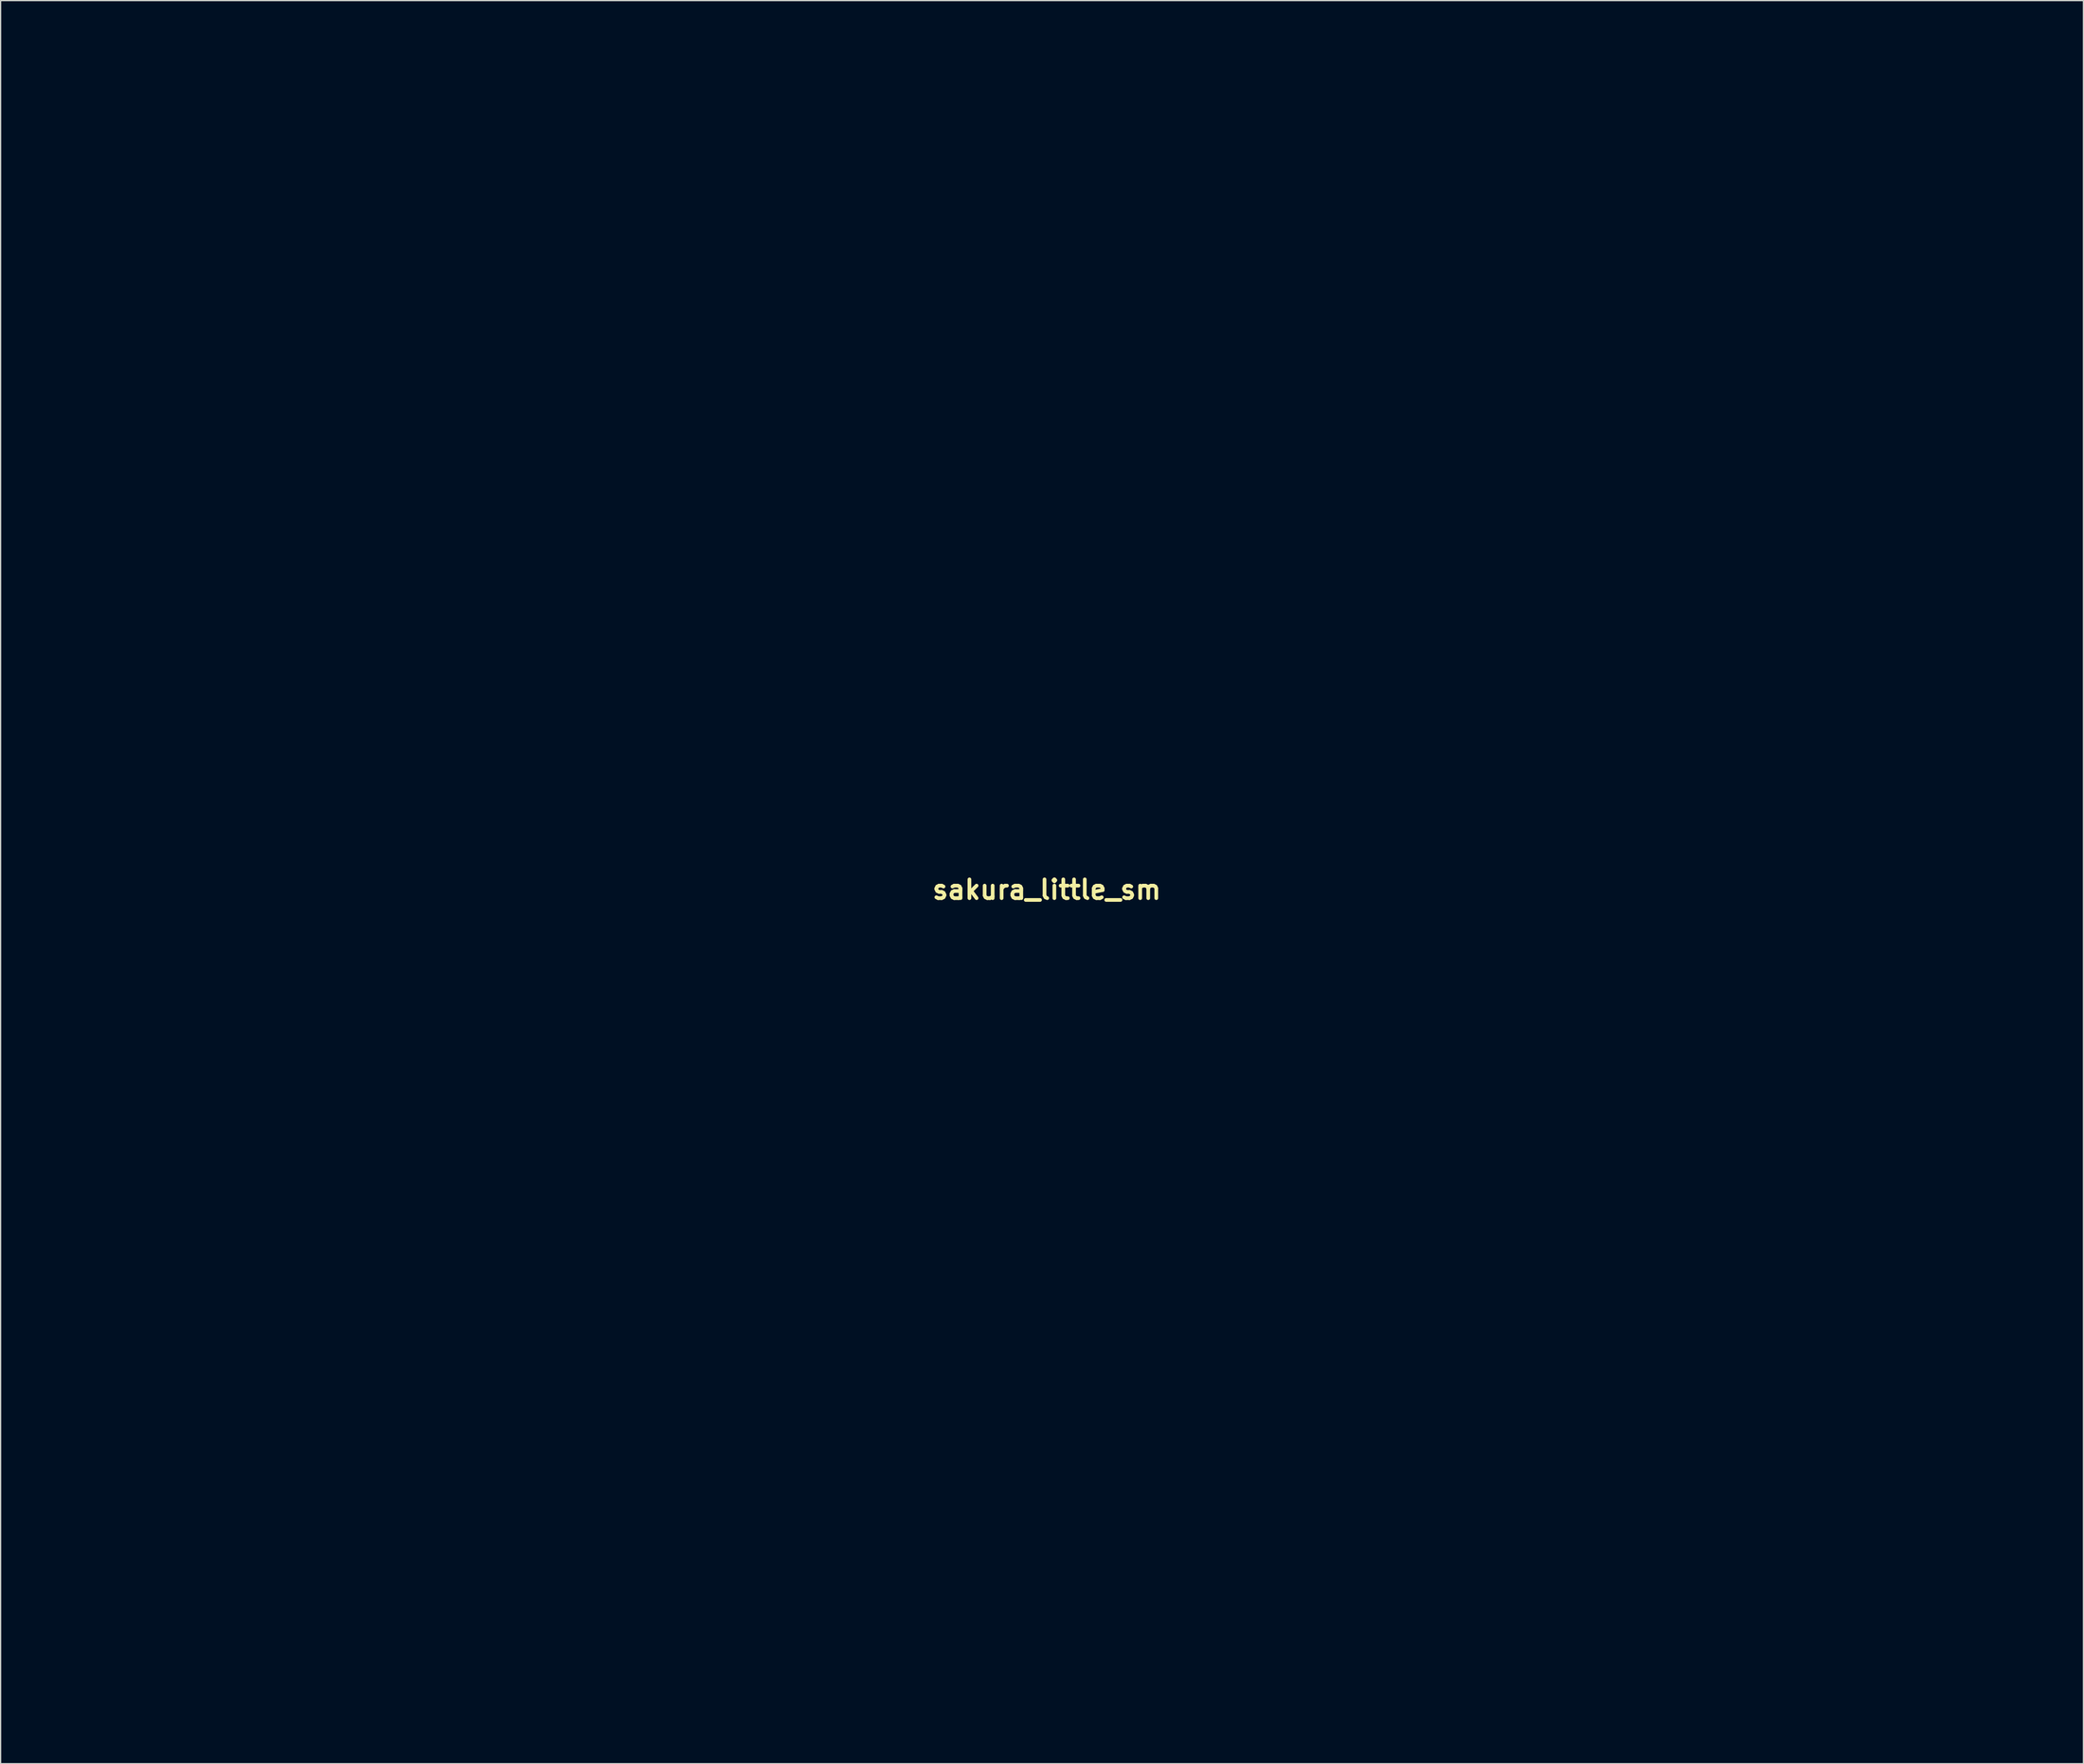
<source format=kicad_pcb>
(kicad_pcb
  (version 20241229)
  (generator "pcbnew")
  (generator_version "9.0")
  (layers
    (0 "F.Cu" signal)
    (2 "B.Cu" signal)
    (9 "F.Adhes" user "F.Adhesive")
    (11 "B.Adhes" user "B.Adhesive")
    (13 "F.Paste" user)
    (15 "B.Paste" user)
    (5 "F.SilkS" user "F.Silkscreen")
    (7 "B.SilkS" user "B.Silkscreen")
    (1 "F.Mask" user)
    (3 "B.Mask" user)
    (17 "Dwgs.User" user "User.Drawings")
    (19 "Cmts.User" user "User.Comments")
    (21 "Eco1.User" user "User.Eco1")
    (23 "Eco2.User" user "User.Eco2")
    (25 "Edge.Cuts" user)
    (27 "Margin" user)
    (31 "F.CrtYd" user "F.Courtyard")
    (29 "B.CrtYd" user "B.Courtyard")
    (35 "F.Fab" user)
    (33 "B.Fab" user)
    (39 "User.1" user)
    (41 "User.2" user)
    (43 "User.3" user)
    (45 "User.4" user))
  (footprint "sakura_little_sm"
    (layer "F.Cu")
    (at 81.919 69.175)
    (property "Reference" "sakura_little_sm" (at 0 0 0) (layer "F.SilkS") (effects (font (size 1.524 1.524) (thickness 0.3))))
    (attr through_hole)
    (fp_poly (pts (xy 36.074 11.186) (xy 36.259 11.234) (xy 36.309 11.348) (xy 36.299 11.462) (xy 36.225 11.654) (xy 36.026 11.75) (xy 35.746 11.785) (xy 35.401 11.789) (xy 35.173 11.75) (xy 35.143 11.732) (xy 35.065 11.54) (xy 35.052 11.409) (xy 35.092 11.269) (xy 35.253 11.199) (xy 35.594 11.177) (xy 35.696 11.176) (xy 36.074 11.186)) (stroke (width 0.01) (type solid)) (fill yes) (layer "F.Mask"))
    (fp_poly (pts (xy 62.473 -36.765) (xy 62.945 -36.552) (xy 63.218 -36.415) (xy 64.003 -35.972) (xy 64.674 -35.516) (xy 65.204 -35.071) (xy 65.57 -34.66) (xy 65.746 -34.306) (xy 65.738 -34.093) (xy 65.673 -33.97) (xy 65.567 -33.928) (xy 65.369 -33.974) (xy 65.028 -34.119) (xy 64.706 -34.27) (xy 64.179 -34.572) (xy 63.646 -34.997) (xy 63.046 -35.592) (xy 63.023 -35.616) (xy 62.53 -36.161) (xy 62.227 -36.543) (xy 62.116 -36.766) (xy 62.197 -36.838) (xy 62.473 -36.765)) (stroke (width 0.01) (type solid)) (fill yes) (layer "F.Mask"))
    (fp_poly (pts (xy 44.915 6.53) (xy 45.949 6.762) (xy 46.772 6.904) (xy 47.409 6.958) (xy 47.886 6.927) (xy 48.141 6.855) (xy 48.435 6.761) (xy 48.624 6.804) (xy 48.736 6.899) (xy 48.868 7.068) (xy 48.826 7.221) (xy 48.708 7.362) (xy 48.487 7.515) (xy 48.146 7.592) (xy 47.65 7.595) (xy 46.963 7.527) (xy 46.545 7.467) (xy 45.758 7.331) (xy 45.196 7.193) (xy 44.834 7.041) (xy 44.642 6.866) (xy 44.598 6.74) (xy 44.595 6.537) (xy 44.717 6.492) (xy 44.915 6.53)) (stroke (width 0.01) (type solid)) (fill yes) (layer "F.Mask"))
    (fp_poly (pts (xy 38.584 -54.529) (xy 38.684 -54.472) (xy 38.697 -54.462) (xy 38.849 -54.25) (xy 38.831 -53.985) (xy 38.63 -53.642) (xy 38.234 -53.197) (xy 37.958 -52.927) (xy 37.527 -52.528) (xy 37.219 -52.276) (xy 36.978 -52.138) (xy 36.745 -52.081) (xy 36.506 -52.07) (xy 36.118 -52.102) (xy 35.87 -52.231) (xy 35.709 -52.42) (xy 35.467 -52.899) (xy 35.416 -53.44) (xy 35.418 -53.486) (xy 35.51 -53.617) (xy 35.784 -53.767) (xy 36.267 -53.947) (xy 36.671 -54.076) (xy 37.377 -54.29) (xy 37.88 -54.435) (xy 38.223 -54.518) (xy 38.444 -54.547) (xy 38.584 -54.529)) (stroke (width 0.01) (type solid)) (fill yes) (layer "F.Mask"))
    (fp_poly (pts (xy 24.203 33.969) (xy 24.517 34.144) (xy 24.645 34.234) (xy 25.177 34.584) (xy 25.739 34.846) (xy 26.432 35.067) (xy 26.601 35.112) (xy 27.198 35.248) (xy 27.631 35.296) (xy 27.972 35.259) (xy 28.252 35.158) (xy 28.551 35.068) (xy 28.666 35.15) (xy 28.592 35.401) (xy 28.577 35.429) (xy 28.224 35.834) (xy 27.707 36.088) (xy 27.068 36.186) (xy 26.353 36.121) (xy 25.605 35.889) (xy 25.463 35.826) (xy 24.818 35.466) (xy 24.376 35.068) (xy 24.086 34.582) (xy 24.023 34.42) (xy 23.925 34.128) (xy 23.877 33.962) (xy 23.876 33.954) (xy 23.968 33.898) (xy 24.203 33.969)) (stroke (width 0.01) (type solid)) (fill yes) (layer "F.Mask"))
    (fp_poly (pts (xy 49.361 -51.585) (xy 49.509 -51.368) (xy 49.57 -51.187) (xy 49.543 -51.024) (xy 49.396 -50.823) (xy 49.097 -50.527) (xy 48.989 -50.426) (xy 48.191 -49.69) (xy 47.548 -49.122) (xy 47.036 -48.71) (xy 46.632 -48.441) (xy 46.312 -48.304) (xy 46.053 -48.287) (xy 45.83 -48.376) (xy 45.62 -48.561) (xy 45.541 -48.651) (xy 45.332 -48.934) (xy 45.221 -49.154) (xy 45.216 -49.19) (xy 45.325 -49.377) (xy 45.617 -49.651) (xy 46.048 -49.984) (xy 46.575 -50.349) (xy 47.153 -50.718) (xy 47.738 -51.063) (xy 48.287 -51.357) (xy 48.755 -51.572) (xy 49.1 -51.681) (xy 49.18 -51.689) (xy 49.361 -51.585)) (stroke (width 0.01) (type solid)) (fill yes) (layer "F.Mask"))
    (fp_poly (pts (xy 66.99 -32.047) (xy 67.433 -31.907) (xy 67.882 -31.752) (xy 68.301 -31.578) (xy 68.852 -31.316) (xy 69.446 -31.01) (xy 69.999 -30.703) (xy 70.294 -30.524) (xy 70.76 -30.21) (xy 71.239 -29.857) (xy 71.689 -29.499) (xy 72.064 -29.175) (xy 72.321 -28.92) (xy 72.416 -28.771) (xy 72.415 -28.765) (xy 72.284 -28.711) (xy 71.936 -28.663) (xy 71.41 -28.626) (xy 70.768 -28.603) (xy 69.145 -28.568) (xy 68.76 -28.984) (xy 68.414 -29.38) (xy 68.025 -29.859) (xy 67.624 -30.378) (xy 67.245 -30.892) (xy 66.919 -31.357) (xy 66.679 -31.729) (xy 66.557 -31.964) (xy 66.548 -32.004) (xy 66.585 -32.088) (xy 66.72 -32.105) (xy 66.99 -32.047)) (stroke (width 0.01) (type solid)) (fill yes) (layer "F.Mask"))
    (fp_poly (pts (xy 17.535 -1.376) (xy 17.654 -1.139) (xy 17.661 -1.123) (xy 18.003 -0.536) (xy 18.52 -0.019) (xy 19.226 0.435) (xy 20.135 0.832) (xy 21.26 1.177) (xy 22.614 1.478) (xy 23.622 1.653) (xy 24.344 1.783) (xy 24.84 1.915) (xy 25.138 2.059) (xy 25.264 2.227) (xy 25.273 2.296) (xy 25.252 2.41) (xy 25.158 2.482) (xy 24.943 2.521) (xy 24.561 2.537) (xy 24.088 2.54) (xy 23.565 2.534) (xy 23.146 2.517) (xy 22.89 2.493) (xy 22.84 2.478) (xy 22.691 2.426) (xy 22.367 2.355) (xy 22.025 2.294) (xy 21.377 2.183) (xy 20.883 2.075) (xy 20.446 1.939) (xy 19.969 1.746) (xy 19.456 1.514) (xy 18.713 1.124) (xy 18.091 0.677) (xy 17.583 0.207) (xy 17.123 -0.284) (xy 16.861 -0.655) (xy 16.787 -0.934) (xy 16.894 -1.149) (xy 17.136 -1.31) (xy 17.396 -1.421) (xy 17.535 -1.376)) (stroke (width 0.01) (type solid)) (fill yes) (layer "F.Mask"))
    (fp_poly (pts (xy 47.531 -54.777) (xy 48.112 -54.734) (xy 48.587 -54.65) (xy 48.907 -54.53) (xy 49.022 -54.379) (xy 48.935 -54.268) (xy 48.691 -54.003) (xy 48.312 -53.606) (xy 47.821 -53.102) (xy 47.24 -52.515) (xy 46.594 -51.867) (xy 46.507 -51.78) (xy 45.645 -50.932) (xy 44.937 -50.256) (xy 44.387 -49.756) (xy 43.998 -49.435) (xy 43.776 -49.296) (xy 43.744 -49.291) (xy 43.4 -49.331) (xy 43.243 -49.358) (xy 42.464 -49.542) (xy 41.626 -49.777) (xy 40.805 -50.037) (xy 40.077 -50.299) (xy 39.515 -50.54) (xy 39.477 -50.559) (xy 39.035 -50.853) (xy 38.69 -51.215) (xy 38.5 -51.579) (xy 38.481 -51.713) (xy 38.601 -52.03) (xy 38.941 -52.38) (xy 39.475 -52.745) (xy 40.174 -53.107) (xy 41.009 -53.448) (xy 41.402 -53.584) (xy 42.048 -53.793) (xy 42.541 -53.943) (xy 42.968 -54.059) (xy 43.414 -54.164) (xy 43.968 -54.281) (xy 44.005 -54.289) (xy 44.584 -54.409) (xy 45.157 -54.53) (xy 45.608 -54.626) (xy 45.638 -54.633) (xy 46.245 -54.731) (xy 46.893 -54.778) (xy 47.531 -54.777)) (stroke (width 0.01) (type solid)) (fill yes) (layer "F.Mask"))
    (fp_poly (pts (xy 41.611 -1.472) (xy 41.636 -1.285) (xy 41.584 -0.919) (xy 41.452 -0.352) (xy 41.29 0.254) (xy 41.147 0.877) (xy 41.062 1.54) (xy 41.027 2.332) (xy 41.024 2.667) (xy 41.041 3.452) (xy 41.11 4.09) (xy 41.256 4.633) (xy 41.504 5.134) (xy 41.878 5.648) (xy 42.404 6.226) (xy 42.951 6.772) (xy 44.231 8.019) (xy 44.1 8.804) (xy 43.83 9.797) (xy 43.349 10.868) (xy 42.672 11.984) (xy 41.82 13.116) (xy 41.093 13.938) (xy 40.572 14.466) (xy 40.17 14.804) (xy 39.856 14.968) (xy 39.598 14.973) (xy 39.365 14.833) (xy 39.316 14.786) (xy 39.175 14.594) (xy 39.145 14.38) (xy 39.243 14.112) (xy 39.484 13.757) (xy 39.884 13.284) (xy 40.273 12.86) (xy 41.22 11.785) (xy 41.963 10.807) (xy 42.498 9.934) (xy 42.82 9.172) (xy 42.925 8.545) (xy 42.844 8.308) (xy 42.633 7.967) (xy 42.369 7.636) (xy 42.002 7.2) (xy 41.642 6.737) (xy 41.444 6.457) (xy 41.221 6.11) (xy 41.045 5.797) (xy 40.87 5.428) (xy 40.651 4.915) (xy 40.64 4.889) (xy 40.531 4.475) (xy 40.455 3.877) (xy 40.414 3.161) (xy 40.407 2.395) (xy 40.436 1.647) (xy 40.503 0.984) (xy 40.571 0.613) (xy 40.754 -0.051) (xy 40.967 -0.643) (xy 41.188 -1.115) (xy 41.396 -1.418) (xy 41.513 -1.502) (xy 41.611 -1.472)) (stroke (width 0.01) (type solid)) (fill yes) (layer "F.Mask"))
    (fp_poly (pts (xy 55.115 -47.593) (xy 55.728 -47.506) (xy 56.342 -47.378) (xy 56.906 -47.224) (xy 57.369 -47.056) (xy 57.679 -46.889) (xy 57.785 -46.745) (xy 57.685 -46.621) (xy 57.429 -46.43) (xy 57.245 -46.314) (xy 56.803 -46.007) (xy 56.379 -45.634) (xy 56.038 -45.26) (xy 55.848 -44.949) (xy 55.845 -44.943) (xy 55.849 -44.812) (xy 56.007 -44.728) (xy 56.366 -44.667) (xy 56.403 -44.662) (xy 56.892 -44.552) (xy 57.32 -44.364) (xy 57.629 -44.133) (xy 57.761 -43.894) (xy 57.759 -43.833) (xy 57.635 -43.709) (xy 57.323 -43.504) (xy 56.867 -43.241) (xy 56.309 -42.94) (xy 55.694 -42.625) (xy 55.065 -42.317) (xy 54.466 -42.039) (xy 53.941 -41.812) (xy 53.533 -41.658) (xy 53.338 -41.605) (xy 53.123 -41.581) (xy 52.942 -41.614) (xy 52.745 -41.735) (xy 52.483 -41.978) (xy 52.109 -42.373) (xy 52.038 -42.45) (xy 51.559 -42.925) (xy 50.96 -43.462) (xy 50.332 -43.98) (xy 49.964 -44.26) (xy 49.274 -44.765) (xy 48.765 -45.146) (xy 48.411 -45.425) (xy 48.185 -45.626) (xy 48.06 -45.77) (xy 48.011 -45.88) (xy 48.006 -45.928) (xy 48.111 -46.172) (xy 48.371 -46.441) (xy 48.707 -46.667) (xy 48.994 -46.775) (xy 49.268 -46.829) (xy 49.716 -46.92) (xy 50.26 -47.032) (xy 50.546 -47.091) (xy 51.542 -47.281) (xy 52.529 -47.437) (xy 53.439 -47.552) (xy 54.207 -47.615) (xy 54.553 -47.625) (xy 55.115 -47.593)) (stroke (width 0.01) (type solid)) (fill yes) (layer "F.Mask"))
    (fp_poly (pts (xy 23.435 -12.241) (xy 24.21 -12.153) (xy 24.575 -12.083) (xy 26.002 -11.657) (xy 27.245 -11.062) (xy 28.315 -10.288) (xy 29.227 -9.324) (xy 29.993 -8.159) (xy 30.341 -7.464) (xy 30.601 -6.884) (xy 30.756 -6.494) (xy 30.812 -6.258) (xy 30.778 -6.138) (xy 30.659 -6.098) (xy 30.597 -6.096) (xy 30.478 -6.088) (xy 30.401 -6.035) (xy 30.361 -5.895) (xy 30.351 -5.624) (xy 30.367 -5.181) (xy 30.397 -4.604) (xy 30.437 -3.944) (xy 30.483 -3.314) (xy 30.528 -2.793) (xy 30.559 -2.508) (xy 30.595 -2.139) (xy 30.564 -1.958) (xy 30.455 -1.905) (xy 30.436 -1.905) (xy 30.218 -1.986) (xy 30.009 -2.245) (xy 29.796 -2.702) (xy 29.569 -3.381) (xy 29.464 -3.747) (xy 29.376 -4.063) (xy 29.247 -4.523) (xy 29.109 -5.016) (xy 28.972 -5.512) (xy 28.854 -5.955) (xy 28.78 -6.249) (xy 28.62 -6.568) (xy 28.3 -6.941) (xy 27.86 -7.343) (xy 27.343 -7.745) (xy 26.789 -8.12) (xy 26.24 -8.442) (xy 25.737 -8.682) (xy 25.321 -8.813) (xy 25.035 -8.807) (xy 24.972 -8.766) (xy 24.948 -8.578) (xy 25.066 -8.356) (xy 25.606 -7.565) (xy 26.027 -6.842) (xy 26.315 -6.217) (xy 26.453 -5.723) (xy 26.452 -5.461) (xy 26.308 -5.263) (xy 26.019 -5.052) (xy 25.683 -4.886) (xy 25.415 -4.826) (xy 25.091 -4.732) (xy 24.928 -4.482) (xy 24.934 -4.122) (xy 25.115 -3.696) (xy 25.209 -3.556) (xy 25.408 -3.256) (xy 25.519 -3.028) (xy 25.527 -2.985) (xy 25.439 -2.75) (xy 25.21 -2.412) (xy 24.892 -2.033) (xy 24.537 -1.675) (xy 24.209 -1.407) (xy 23.433 -1.007) (xy 22.516 -0.748) (xy 21.533 -0.641) (xy 20.56 -0.694) (xy 19.901 -0.84) (xy 19.135 -1.136) (xy 18.421 -1.552) (xy 17.761 -2.06) (xy 17.422 -2.338) (xy 17.212 -2.471) (xy 17.069 -2.479) (xy 16.931 -2.385) (xy 16.899 -2.357) (xy 16.637 -2.209) (xy 16.46 -2.294) (xy 16.384 -2.604) (xy 16.383 -2.666) (xy 16.457 -2.983) (xy 16.637 -3.111) (xy 16.842 -3.215) (xy 16.891 -3.287) (xy 16.873 -3.474) (xy 16.824 -3.853) (xy 16.753 -4.368) (xy 16.668 -4.96) (xy 16.639 -5.156) (xy 18.574 -5.156) (xy 18.658 -4.928) (xy 18.684 -4.864) (xy 19.088 -3.951) (xy 19.484 -3.262) (xy 19.893 -2.769) (xy 20.337 -2.443) (xy 20.525 -2.354) (xy 20.828 -2.278) (xy 21.165 -2.322) (xy 21.425 -2.405) (xy 21.77 -2.553) (xy 21.931 -2.711) (xy 21.971 -2.941) (xy 21.971 -2.949) (xy 21.916 -3.222) (xy 21.7 -3.35) (xy 21.622 -3.369) (xy 20.895 -3.546) (xy 20.387 -3.753) (xy 20.061 -4.024) (xy 19.883 -4.391) (xy 19.816 -4.889) (xy 19.812 -5.087) (xy 19.785 -5.703) (xy 19.699 -6.077) (xy 19.544 -6.218) (xy 19.309 -6.133) (xy 18.985 -5.829) (xy 18.936 -5.774) (xy 18.688 -5.489) (xy 18.576 -5.313) (xy 18.574 -5.156) (xy 16.639 -5.156) (xy 16.578 -5.57) (xy 16.49 -6.141) (xy 16.415 -6.616) (xy 16.362 -6.921) (xy 16.284 -7.347) (xy 20.452 -7.347) (xy 20.502 -7.079) (xy 20.606 -6.953) (xy 20.917 -6.943) (xy 21.183 -7.076) (xy 21.26 -7.188) (xy 21.263 -7.478) (xy 21.1 -7.724) (xy 20.846 -7.857) (xy 20.575 -7.811) (xy 20.474 -7.631) (xy 20.452 -7.347) (xy 16.284 -7.347) (xy 16.238 -7.596) (xy 16.17 -8.075) (xy 16.162 -8.416) (xy 16.219 -8.671) (xy 16.345 -8.896) (xy 16.546 -9.146) (xy 16.554 -9.155) (xy 16.842 -9.538) (xy 17.123 -9.985) (xy 17.356 -10.423) (xy 17.499 -10.778) (xy 17.526 -10.921) (xy 17.635 -11.017) (xy 17.843 -11.049) (xy 18.107 -11.001) (xy 18.136 -10.858) (xy 18.009 -10.693) (xy 17.973 -10.603) (xy 18.117 -10.556) (xy 18.476 -10.541) (xy 18.526 -10.541) (xy 18.918 -10.553) (xy 19.111 -10.602) (xy 19.16 -10.709) (xy 19.154 -10.763) (xy 18.993 -10.952) (xy 18.692 -11.026) (xy 18.397 -11.091) (xy 18.308 -11.226) (xy 18.31 -11.247) (xy 22.403 -11.247) (xy 22.419 -11.17) (xy 22.579 -11.096) (xy 22.87 -11.072) (xy 23.195 -11.093) (xy 23.456 -11.152) (xy 23.558 -11.239) (xy 23.448 -11.333) (xy 23.182 -11.398) (xy 22.857 -11.422) (xy 22.572 -11.392) (xy 22.522 -11.376) (xy 22.403 -11.247) (xy 18.31 -11.247) (xy 18.314 -11.279) (xy 18.481 -11.514) (xy 18.862 -11.727) (xy 19.418 -11.911) (xy 20.109 -12.063) (xy 20.895 -12.177) (xy 21.738 -12.248) (xy 22.598 -12.271) (xy 23.435 -12.241)) (stroke (width 0.01) (type solid)) (fill yes) (layer "F.Mask"))
    (fp_poly (pts (xy 24.185 13.251) (xy 24.161 13.538) (xy 24.065 13.847) (xy 23.96 14.301) (xy 24.037 14.586) (xy 24.302 14.718) (xy 24.492 14.732) (xy 24.788 14.758) (xy 25.272 14.83) (xy 25.887 14.937) (xy 26.572 15.069) (xy 27.268 15.216) (xy 27.402 15.246) (xy 27.826 15.323) (xy 28.204 15.365) (xy 28.276 15.367) (xy 28.632 15.399) (xy 29.043 15.477) (xy 29.068 15.484) (xy 29.485 15.581) (xy 30.111 15.714) (xy 30.908 15.877) (xy 31.836 16.061) (xy 32.258 16.142) (xy 32.765 16.242) (xy 33.263 16.344) (xy 33.465 16.386) (xy 33.848 16.469) (xy 34.368 16.581) (xy 34.914 16.698) (xy 34.925 16.701) (xy 35.471 16.818) (xy 35.992 16.932) (xy 36.38 17.018) (xy 36.386 17.019) (xy 36.815 17.114) (xy 37.336 17.229) (xy 37.592 17.285) (xy 38.532 17.497) (xy 39.239 17.675) (xy 39.729 17.834) (xy 40.02 17.99) (xy 40.127 18.156) (xy 40.067 18.347) (xy 39.856 18.578) (xy 39.511 18.863) (xy 39.445 18.914) (xy 38.67 19.583) (xy 37.822 20.439) (xy 36.933 21.44) (xy 36.037 22.542) (xy 35.169 23.704) (xy 34.36 24.881) (xy 33.646 26.032) (xy 33.102 27.026) (xy 32.384 28.372) (xy 31.669 29.564) (xy 30.972 30.581) (xy 30.307 31.404) (xy 29.688 32.014) (xy 29.385 32.242) (xy 28.687 32.559) (xy 27.928 32.636) (xy 27.137 32.47) (xy 26.983 32.41) (xy 26.112 31.963) (xy 25.412 31.41) (xy 25.051 31.013) (xy 24.519 30.317) (xy 24.047 29.585) (xy 23.625 28.792) (xy 23.243 27.908) (xy 22.892 26.908) (xy 22.562 25.764) (xy 22.243 24.449) (xy 21.927 22.936) (xy 21.603 21.196) (xy 21.596 21.156) (xy 21.585 21.064) (xy 22.679 21.064) (xy 22.734 21.579) (xy 22.87 22.317) (xy 22.993 22.936) (xy 23.109 23.517) (xy 23.201 23.982) (xy 23.243 24.194) (xy 23.486 25.237) (xy 23.82 26.365) (xy 24.213 27.487) (xy 24.633 28.512) (xy 24.935 29.138) (xy 25.519 30.084) (xy 26.163 30.822) (xy 26.848 31.345) (xy 27.56 31.645) (xy 28.281 31.713) (xy 28.996 31.542) (xy 29.452 31.298) (xy 29.942 30.87) (xy 30.412 30.242) (xy 30.873 29.395) (xy 31.336 28.313) (xy 31.372 28.219) (xy 31.466 27.873) (xy 31.421 27.603) (xy 31.373 27.503) (xy 31.278 27.157) (xy 31.341 26.779) (xy 31.427 26.436) (xy 31.532 25.948) (xy 31.63 25.428) (xy 31.712 24.868) (xy 31.7 24.51) (xy 31.562 24.308) (xy 31.266 24.219) (xy 30.782 24.197) (xy 30.762 24.197) (xy 30.035 24.194) (xy 29.972 26.226) (xy 29.947 26.986) (xy 29.922 27.528) (xy 29.891 27.89) (xy 29.85 28.107) (xy 29.792 28.217) (xy 29.711 28.254) (xy 29.654 28.258) (xy 29.542 28.238) (xy 29.464 28.152) (xy 29.411 27.955) (xy 29.372 27.603) (xy 29.337 27.054) (xy 29.326 26.86) (xy 29.212 25.69) (xy 28.992 24.7) (xy 28.647 23.83) (xy 28.157 23.023) (xy 27.934 22.726) (xy 27.465 22.289) (xy 26.845 21.922) (xy 26.174 21.673) (xy 25.598 21.59) (xy 25.224 21.6) (xy 25.059 21.67) (xy 25.062 21.86) (xy 25.17 22.181) (xy 25.249 22.483) (xy 25.243 22.675) (xy 25.234 22.688) (xy 25.115 22.638) (xy 24.86 22.438) (xy 24.505 22.119) (xy 24.113 21.738) (xy 23.551 21.192) (xy 23.141 20.844) (xy 22.868 20.703) (xy 22.719 20.774) (xy 22.679 21.064) (xy 21.585 21.064) (xy 21.548 20.752) (xy 21.507 20.164) (xy 21.478 19.463) (xy 21.464 18.72) (xy 21.463 18.51) (xy 21.458 17.748) (xy 21.442 17.211) (xy 21.412 16.871) (xy 21.365 16.7) (xy 21.304 16.669) (xy 21.159 16.825) (xy 21.145 16.902) (xy 21.033 17.048) (xy 20.777 17.124) (xy 20.409 17.166) (xy 20.493 16.262) (xy 20.528 16.088) (xy 22.357 16.088) (xy 22.439 16.481) (xy 22.701 16.846) (xy 23.127 17.159) (xy 23.758 17.512) (xy 24.549 17.885) (xy 25.46 18.262) (xy 26.446 18.622) (xy 27.465 18.948) (xy 27.813 19.048) (xy 28.324 19.191) (xy 28.859 19.341) (xy 28.956 19.369) (xy 29.415 19.486) (xy 29.968 19.614) (xy 30.29 19.681) (xy 30.805 19.785) (xy 31.307 19.888) (xy 31.559 19.941) (xy 31.933 20.017) (xy 32.473 20.121) (xy 33.096 20.239) (xy 33.718 20.353) (xy 34.256 20.45) (xy 34.544 20.499) (xy 35.302 20.511) (xy 35.987 20.294) (xy 36.277 20.111) (xy 36.818 19.643) (xy 37.355 19.079) (xy 37.687 18.66) (xy 37.786 18.368) (xy 37.692 18.133) (xy 37.438 18.034) (xy 37.434 18.034) (xy 37.138 18.002) (xy 36.758 17.925) (xy 36.718 17.915) (xy 35.767 17.677) (xy 34.793 17.452) (xy 33.972 17.277) (xy 33.457 17.172) (xy 32.955 17.067) (xy 32.703 17.013) (xy 32.07 16.877) (xy 31.456 16.749) (xy 30.83 16.625) (xy 30.159 16.498) (xy 29.412 16.363) (xy 28.558 16.215) (xy 27.563 16.047) (xy 26.398 15.854) (xy 25.03 15.631) (xy 24.242 15.503) (xy 23.75 15.432) (xy 23.309 15.383) (xy 23.05 15.367) (xy 22.677 15.468) (xy 22.441 15.729) (xy 22.357 16.088) (xy 20.528 16.088) (xy 20.666 15.411) (xy 21.023 14.7) (xy 21.576 14.115) (xy 22.337 13.646) (xy 23.319 13.28) (xy 23.773 13.161) (xy 24.059 13.135) (xy 24.185 13.251)) (stroke (width 0.01) (type solid)) (fill yes) (layer "F.Mask"))
    (fp_poly (pts (xy 25.02 -69.136) (xy 25.043 -69.115) (xy 25.072 -68.957) (xy 25.082 -68.591) (xy 25.074 -68.062) (xy 25.047 -67.416) (xy 25.022 -66.984) (xy 24.984 -66.253) (xy 24.951 -65.337) (xy 24.924 -64.305) (xy 24.904 -63.226) (xy 24.894 -62.168) (xy 24.892 -61.741) (xy 24.892 -58.522) (xy 25.258 -58.185) (xy 25.618 -57.924) (xy 26.061 -57.693) (xy 26.179 -57.645) (xy 26.873 -57.399) (xy 27.392 -57.242) (xy 27.794 -57.168) (xy 28.14 -57.172) (xy 28.489 -57.246) (xy 28.829 -57.358) (xy 29.401 -57.548) (xy 30.12 -57.77) (xy 30.888 -57.993) (xy 31.605 -58.189) (xy 32.004 -58.289) (xy 32.444 -58.396) (xy 33.022 -58.539) (xy 33.658 -58.698) (xy 34.271 -58.853) (xy 34.781 -58.984) (xy 35.052 -59.055) (xy 35.414 -59.146) (xy 35.959 -59.276) (xy 36.622 -59.43) (xy 37.337 -59.593) (xy 38.04 -59.75) (xy 38.665 -59.886) (xy 38.925 -59.941) (xy 39.476 -60.067) (xy 40.044 -60.216) (xy 40.321 -60.296) (xy 40.668 -60.429) (xy 41.191 -60.66) (xy 41.845 -60.968) (xy 42.584 -61.329) (xy 43.361 -61.719) (xy 44.131 -62.115) (xy 44.847 -62.495) (xy 45.464 -62.835) (xy 45.935 -63.112) (xy 46.008 -63.158) (xy 46.383 -63.393) (xy 46.667 -63.561) (xy 46.8 -63.627) (xy 46.801 -63.627) (xy 46.94 -63.699) (xy 47.228 -63.889) (xy 47.614 -64.161) (xy 48.047 -64.476) (xy 48.475 -64.797) (xy 48.848 -65.087) (xy 49.114 -65.307) (xy 49.2 -65.39) (xy 49.444 -65.577) (xy 49.696 -65.656) (xy 49.874 -65.613) (xy 49.911 -65.517) (xy 49.84 -65.365) (xy 49.644 -65.048) (xy 49.352 -64.605) (xy 48.99 -64.076) (xy 48.587 -63.498) (xy 48.169 -62.911) (xy 47.764 -62.353) (xy 47.4 -61.864) (xy 47.105 -61.483) (xy 46.904 -61.247) (xy 46.87 -61.214) (xy 46.758 -61.088) (xy 46.54 -60.825) (xy 46.323 -60.558) (xy 46.015 -60.148) (xy 45.871 -59.879) (xy 45.876 -59.712) (xy 45.949 -59.642) (xy 46.105 -59.634) (xy 46.464 -59.652) (xy 46.978 -59.692) (xy 47.596 -59.749) (xy 48.271 -59.819) (xy 48.954 -59.897) (xy 49.595 -59.977) (xy 50.145 -60.055) (xy 50.173 -60.059) (xy 50.756 -60.166) (xy 51.512 -60.329) (xy 52.384 -60.532) (xy 53.316 -60.762) (xy 54.251 -61.003) (xy 55.133 -61.242) (xy 55.904 -61.464) (xy 56.508 -61.655) (xy 56.706 -61.725) (xy 56.923 -61.8) (xy 57.324 -61.933) (xy 57.851 -62.104) (xy 58.42 -62.287) (xy 59.274 -62.564) (xy 60.113 -62.846) (xy 60.879 -63.113) (xy 61.512 -63.342) (xy 61.913 -63.498) (xy 62.153 -63.594) (xy 62.549 -63.75) (xy 63.017 -63.932) (xy 63.056 -63.947) (xy 63.638 -64.173) (xy 64.048 -64.332) (xy 64.347 -64.45) (xy 64.601 -64.551) (xy 64.872 -64.66) (xy 65.111 -64.757) (xy 65.547 -64.923) (xy 65.844 -65.003) (xy 65.999 -64.98) (xy 66.007 -64.839) (xy 65.866 -64.563) (xy 65.571 -64.136) (xy 65.118 -63.543) (xy 64.699 -63.012) (xy 64.258 -62.446) (xy 63.883 -61.94) (xy 63.599 -61.531) (xy 63.431 -61.254) (xy 63.397 -61.156) (xy 63.518 -61.142) (xy 63.837 -61.283) (xy 64.351 -61.576) (xy 64.812 -61.862) (xy 65.331 -62.191) (xy 65.768 -62.463) (xy 66.082 -62.654) (xy 66.229 -62.736) (xy 66.234 -62.738) (xy 66.354 -62.801) (xy 66.642 -62.974) (xy 67.054 -63.227) (xy 67.462 -63.482) (xy 68.124 -63.89) (xy 68.603 -64.161) (xy 68.926 -64.307) (xy 69.118 -64.337) (xy 69.204 -64.261) (xy 69.215 -64.174) (xy 69.127 -63.92) (xy 68.872 -63.499) (xy 68.459 -62.925) (xy 67.902 -62.212) (xy 67.211 -61.373) (xy 66.397 -60.422) (xy 65.473 -59.371) (xy 64.448 -58.235) (xy 63.336 -57.027) (xy 62.147 -55.76) (xy 61.778 -55.372) (xy 60.989 -54.543) (xy 60.358 -53.879) (xy 59.868 -53.359) (xy 59.503 -52.963) (xy 59.246 -52.673) (xy 59.081 -52.469) (xy 58.99 -52.331) (xy 58.957 -52.239) (xy 58.965 -52.173) (xy 58.998 -52.115) (xy 58.999 -52.113) (xy 59.229 -51.923) (xy 59.666 -51.718) (xy 60.264 -51.516) (xy 60.978 -51.334) (xy 61.023 -51.324) (xy 61.538 -51.213) (xy 62.04 -51.106) (xy 62.294 -51.051) (xy 62.747 -50.962) (xy 63.382 -50.849) (xy 64.129 -50.723) (xy 64.916 -50.596) (xy 65.674 -50.48) (xy 65.977 -50.436) (xy 66.589 -50.347) (xy 67.285 -50.245) (xy 67.818 -50.165) (xy 68.299 -50.107) (xy 68.957 -50.049) (xy 69.714 -49.997) (xy 70.493 -49.956) (xy 70.707 -49.947) (xy 71.457 -49.915) (xy 71.988 -49.882) (xy 72.336 -49.844) (xy 72.537 -49.795) (xy 72.625 -49.73) (xy 72.639 -49.67) (xy 72.536 -49.538) (xy 72.245 -49.285) (xy 71.79 -48.927) (xy 71.195 -48.484) (xy 70.483 -47.974) (xy 70.076 -47.688) (xy 68.729 -46.743) (xy 67.492 -45.856) (xy 66.377 -45.038) (xy 65.398 -44.299) (xy 64.569 -43.649) (xy 63.903 -43.1) (xy 63.414 -42.661) (xy 63.116 -42.344) (xy 63.031 -42.208) (xy 63.011 -42.042) (xy 63.103 -41.903) (xy 63.324 -41.789) (xy 63.694 -41.695) (xy 64.229 -41.621) (xy 64.949 -41.563) (xy 65.871 -41.519) (xy 67.014 -41.486) (xy 68.135 -41.465) (xy 69.084 -41.448) (xy 69.807 -41.429) (xy 70.336 -41.407) (xy 70.7 -41.377) (xy 70.928 -41.339) (xy 71.051 -41.289) (xy 71.096 -41.225) (xy 71.097 -41.221) (xy 71.097 -41.117) (xy 71.027 -41.022) (xy 70.851 -40.922) (xy 70.534 -40.8) (xy 70.041 -40.64) (xy 69.374 -40.437) (xy 68.831 -40.258) (xy 68.433 -40.095) (xy 68.222 -39.964) (xy 68.199 -39.922) (xy 68.314 -39.709) (xy 68.654 -39.405) (xy 69.207 -39.016) (xy 69.964 -38.55) (xy 70.914 -38.013) (xy 71.95 -37.462) (xy 74.006 -36.271) (xy 76.045 -34.844) (xy 78.044 -33.199) (xy 79.979 -31.353) (xy 80.252 -31.072) (xy 80.736 -30.552) (xy 81.033 -30.193) (xy 81.144 -29.987) (xy 81.069 -29.924) (xy 80.808 -29.996) (xy 80.363 -30.192) (xy 80.32 -30.213) (xy 79.829 -30.445) (xy 79.343 -30.667) (xy 79.058 -30.793) (xy 78.686 -30.956) (xy 78.386 -31.097) (xy 78.329 -31.126) (xy 78.078 -31.211) (xy 77.818 -31.239) (xy 77.641 -31.208) (xy 77.619 -31.147) (xy 77.687 -31.007) (xy 77.849 -30.678) (xy 78.085 -30.2) (xy 78.377 -29.611) (xy 78.645 -29.07) (xy 78.966 -28.421) (xy 79.242 -27.851) (xy 79.457 -27.401) (xy 79.591 -27.107) (xy 79.629 -27.01) (xy 79.677 -26.861) (xy 79.804 -26.552) (xy 79.96 -26.197) (xy 80.151 -25.767) (xy 80.31 -25.399) (xy 80.388 -25.209) (xy 80.509 -24.904) (xy 80.638 -24.582) (xy 80.78 -24.154) (xy 80.88 -23.712) (xy 80.926 -23.33) (xy 80.906 -23.083) (xy 80.874 -23.035) (xy 80.705 -23.058) (xy 80.477 -23.212) (xy 80.182 -23.44) (xy 79.725 -23.748) (xy 79.167 -24.098) (xy 78.571 -24.451) (xy 77.998 -24.771) (xy 77.511 -25.02) (xy 77.47 -25.039) (xy 76.235 -25.532) (xy 75.084 -25.818) (xy 73.995 -25.908) (xy 73.507 -25.892) (xy 73.237 -25.839) (xy 73.152 -25.744) (xy 73.152 -25.74) (xy 73.25 -25.608) (xy 73.52 -25.365) (xy 73.923 -25.043) (xy 74.42 -24.672) (xy 74.552 -24.578) (xy 75.764 -23.657) (xy 76.818 -22.732) (xy 77.695 -21.822) (xy 78.376 -20.948) (xy 78.84 -20.132) (xy 78.909 -19.968) (xy 79.06 -19.556) (xy 79.113 -19.3) (xy 79.049 -19.198) (xy 78.843 -19.248) (xy 78.476 -19.447) (xy 77.926 -19.795) (xy 77.824 -19.861) (xy 77.279 -20.198) (xy 76.597 -20.595) (xy 75.869 -20.998) (xy 75.257 -21.322) (xy 74.535 -21.684) (xy 74.012 -21.928) (xy 73.663 -22.062) (xy 73.469 -22.095) (xy 73.406 -22.034) (xy 73.406 -22.029) (xy 73.459 -21.898) (xy 73.607 -21.579) (xy 73.83 -21.111) (xy 74.111 -20.534) (xy 74.327 -20.093) (xy 74.801 -19.121) (xy 75.185 -18.313) (xy 75.506 -17.606) (xy 75.793 -16.939) (xy 75.943 -16.573) (xy 76.253 -15.805) (xy 76.506 -15.154) (xy 76.745 -14.505) (xy 77.016 -13.742) (xy 77.025 -13.716) (xy 77.228 -13.129) (xy 77.41 -12.589) (xy 77.548 -12.166) (xy 77.608 -11.97) (xy 77.732 -11.529) (xy 77.841 -11.144) (xy 77.93 -10.823) (xy 78.059 -10.349) (xy 78.202 -9.815) (xy 78.229 -9.716) (xy 78.377 -9.167) (xy 78.519 -8.65) (xy 78.629 -8.263) (xy 78.642 -8.219) (xy 78.718 -7.847) (xy 78.671 -7.632) (xy 78.643 -7.599) (xy 78.473 -7.503) (xy 78.305 -7.576) (xy 78.126 -7.84) (xy 77.921 -8.312) (xy 77.679 -9.013) (xy 77.671 -9.039) (xy 77.068 -10.769) (xy 76.354 -12.57) (xy 75.568 -14.359) (xy 74.745 -16.05) (xy 74.051 -17.335) (xy 73.474 -18.278) (xy 72.77 -19.321) (xy 71.993 -20.389) (xy 71.2 -21.406) (xy 70.445 -22.297) (xy 70.26 -22.5) (xy 69.9 -22.854) (xy 69.677 -23) (xy 69.597 -22.949) (xy 69.665 -22.709) (xy 69.885 -22.29) (xy 70.021 -22.069) (xy 70.31 -21.575) (xy 70.668 -20.901) (xy 71.068 -20.103) (xy 71.486 -19.235) (xy 71.894 -18.354) (xy 72.266 -17.514) (xy 72.576 -16.77) (xy 72.701 -16.447) (xy 72.907 -15.895) (xy 73.09 -15.411) (xy 73.224 -15.059) (xy 73.278 -14.922) (xy 73.372 -14.648) (xy 73.513 -14.19) (xy 73.681 -13.611) (xy 73.86 -12.974) (xy 74.031 -12.34) (xy 74.151 -11.874) (xy 74.293 -11.247) (xy 74.45 -10.451) (xy 74.606 -9.572) (xy 74.747 -8.694) (xy 74.81 -8.255) (xy 74.867 -7.628) (xy 74.899 -6.807) (xy 74.908 -5.851) (xy 74.894 -4.818) (xy 74.861 -3.768) (xy 74.808 -2.759) (xy 74.739 -1.849) (xy 74.653 -1.099) (xy 74.62 -0.889) (xy 74.514 -0.253) (xy 74.41 0.392) (xy 74.326 0.936) (xy 74.305 1.079) (xy 74.207 1.711) (xy 74.118 2.131) (xy 74.021 2.382) (xy 73.899 2.504) (xy 73.736 2.54) (xy 73.71 2.54) (xy 73.531 2.518) (xy 73.441 2.41) (xy 73.409 2.151) (xy 73.406 1.888) (xy 73.382 1.398) (xy 73.322 0.928) (xy 73.29 0.777) (xy 73.194 0.38) (xy 73.079 -0.119) (xy 73.02 -0.381) (xy 72.829 -1.129) (xy 72.58 -1.924) (xy 72.29 -2.729) (xy 71.975 -3.508) (xy 71.652 -4.222) (xy 71.338 -4.837) (xy 71.048 -5.315) (xy 70.799 -5.62) (xy 70.624 -5.715) (xy 70.587 -5.595) (xy 70.546 -5.26) (xy 70.506 -4.751) (xy 70.468 -4.108) (xy 70.438 -3.397) (xy 70.398 -2.379) (xy 70.357 -1.586) (xy 70.313 -0.992) (xy 70.261 -0.568) (xy 70.198 -0.286) (xy 70.12 -0.12) (xy 70.025 -0.04) (xy 70.017 -0.037) (xy 69.83 -0.022) (xy 69.677 -0.16) (xy 69.539 -0.484) (xy 69.395 -1.026) (xy 69.384 -1.072) (xy 68.912 -2.58) (xy 68.189 -4.062) (xy 67.213 -5.52) (xy 66.945 -5.861) (xy 66.479 -6.423) (xy 66.145 -6.782) (xy 65.93 -6.947) (xy 65.822 -6.926) (xy 65.81 -6.727) (xy 65.832 -6.589) (xy 65.88 -6.254) (xy 65.944 -5.696) (xy 66.019 -4.948) (xy 66.104 -4.041) (xy 66.195 -3.004) (xy 66.286 -1.905) (xy 66.318 -1.228) (xy 66.321 -0.429) (xy 66.296 0.363) (xy 66.274 0.699) (xy 66.224 1.344) (xy 66.175 1.964) (xy 66.135 2.474) (xy 66.116 2.71) (xy 66.035 3.218) (xy 65.887 3.49) (xy 65.666 3.534) (xy 65.617 3.518) (xy 65.534 3.431) (xy 65.471 3.217) (xy 65.424 2.841) (xy 65.385 2.268) (xy 65.365 1.819) (xy 65.279 0.513) (xy 65.125 -0.621) (xy 64.884 -1.659) (xy 64.538 -2.679) (xy 64.069 -3.756) (xy 64.043 -3.81) (xy 63.749 -4.382) (xy 63.423 -4.945) (xy 63.095 -5.455) (xy 62.794 -5.868) (xy 62.552 -6.138) (xy 62.409 -6.223) (xy 62.323 -6.105) (xy 62.251 -5.748) (xy 62.192 -5.145) (xy 62.177 -4.921) (xy 62.091 -3.77) (xy 61.981 -2.687) (xy 61.851 -1.699) (xy 61.708 -0.832) (xy 61.556 -0.113) (xy 61.399 0.431) (xy 61.243 0.774) (xy 61.097 0.889) (xy 60.938 0.775) (xy 60.693 0.448) (xy 60.375 -0.072) (xy 59.994 -0.763) (xy 59.564 -1.604) (xy 59.094 -2.575) (xy 58.683 -3.464) (xy 58.494 -3.897) (xy 58.355 -4.245) (xy 58.294 -4.438) (xy 58.293 -4.448) (xy 58.189 -4.556) (xy 58.088 -4.572) (xy 57.969 -4.533) (xy 57.93 -4.374) (xy 57.96 -4.037) (xy 57.97 -3.969) (xy 58.054 -3.47) (xy 58.157 -2.974) (xy 58.185 -2.857) (xy 58.3 -2.397) (xy 58.411 -1.948) (xy 58.422 -1.905) (xy 58.62 -1.105) (xy 58.802 -0.391) (xy 58.953 0.183) (xy 59.06 0.564) (xy 59.062 0.572) (xy 59.223 1.092) (xy 59.406 1.669) (xy 59.592 2.239) (xy 59.758 2.738) (xy 59.884 3.101) (xy 59.937 3.239) (xy 60.29 4.039) (xy 60.609 4.704) (xy 60.873 5.193) (xy 60.989 5.374) (xy 61.151 5.632) (xy 61.161 5.792) (xy 61.05 5.933) (xy 60.948 6.004) (xy 60.815 6.003) (xy 60.612 5.91) (xy 60.3 5.706) (xy 59.84 5.37) (xy 59.669 5.242) (xy 59.072 4.805) (xy 58.428 4.346) (xy 57.832 3.934) (xy 57.531 3.733) (xy 57.101 3.45) (xy 56.756 3.218) (xy 56.549 3.074) (xy 56.515 3.047) (xy 56.38 2.946) (xy 56.104 2.759) (xy 55.909 2.631) (xy 55.555 2.428) (xy 55.364 2.389) (xy 55.316 2.441) (xy 55.135 3.078) (xy 54.944 3.866) (xy 54.859 4.255) (xy 54.744 4.765) (xy 54.58 5.455) (xy 54.383 6.26) (xy 54.169 7.113) (xy 53.954 7.949) (xy 53.789 8.572) (xy 53.636 9.122) (xy 53.438 9.795) (xy 53.213 10.543) (xy 52.975 11.313) (xy 52.741 12.055) (xy 52.527 12.718) (xy 52.348 13.25) (xy 52.221 13.602) (xy 52.2 13.652) (xy 52.112 13.874) (xy 51.96 14.271) (xy 51.768 14.781) (xy 51.62 15.177) (xy 51.066 16.558) (xy 50.413 17.999) (xy 49.694 19.443) (xy 48.939 20.829) (xy 48.179 22.098) (xy 47.445 23.191) (xy 47.313 23.372) (xy 47.001 23.758) (xy 46.516 24.311) (xy 45.867 25.022) (xy 45.062 25.881) (xy 44.112 26.879) (xy 43.025 28.006) (xy 41.81 29.253) (xy 40.476 30.61) (xy 39.033 32.068) (xy 37.626 33.48) (xy 36.316 34.784) (xy 35.164 35.911) (xy 34.162 36.872) (xy 33.296 37.678) (xy 32.555 38.338) (xy 31.928 38.864) (xy 31.404 39.267) (xy 31.281 39.354) (xy 30.943 39.61) (xy 30.717 39.823) (xy 30.654 39.939) (xy 30.77 40.046) (xy 31.071 40.265) (xy 31.525 40.574) (xy 32.1 40.954) (xy 32.762 41.383) (xy 33.481 41.843) (xy 34.223 42.312) (xy 34.956 42.771) (xy 35.649 43.198) (xy 36.268 43.573) (xy 36.783 43.876) (xy 37.159 44.087) (xy 37.366 44.185) (xy 37.387 44.189) (xy 38.068 44.314) (xy 38.837 44.639) (xy 39.659 45.144) (xy 40.5 45.808) (xy 41.123 46.4) (xy 41.579 46.853) (xy 41.922 47.149) (xy 42.203 47.326) (xy 42.475 47.42) (xy 42.578 47.44) (xy 42.959 47.519) (xy 43.253 47.605) (xy 43.302 47.626) (xy 43.517 47.732) (xy 43.874 47.907) (xy 44.204 48.069) (xy 44.633 48.306) (xy 45.169 48.64) (xy 45.721 49.013) (xy 45.918 49.154) (xy 46.375 49.485) (xy 46.977 49.918) (xy 47.663 50.408) (xy 48.37 50.911) (xy 48.768 51.192) (xy 49.486 51.711) (xy 50.242 52.277) (xy 50.964 52.836) (xy 51.582 53.333) (xy 51.826 53.539) (xy 52.788 54.302) (xy 53.785 54.947) (xy 54.511 55.343) (xy 55.826 56.064) (xy 56.965 56.79) (xy 58.003 57.574) (xy 59.014 58.467) (xy 59.165 58.611) (xy 60.018 59.468) (xy 60.723 60.267) (xy 61.344 61.088) (xy 61.848 61.849) (xy 62.107 62.245) (xy 62.339 62.572) (xy 62.473 62.738) (xy 62.611 62.94) (xy 62.811 63.302) (xy 63.041 63.757) (xy 63.269 64.24) (xy 63.464 64.683) (xy 63.595 65.021) (xy 63.631 65.17) (xy 63.706 65.401) (xy 63.819 65.585) (xy 63.932 65.707) (xy 64.078 65.764) (xy 64.322 65.761) (xy 64.727 65.704) (xy 64.926 65.67) (xy 65.475 65.573) (xy 66.005 65.472) (xy 66.382 65.395) (xy 66.817 65.334) (xy 67.411 65.297) (xy 68.087 65.282) (xy 68.768 65.29) (xy 69.379 65.322) (xy 69.842 65.375) (xy 69.962 65.402) (xy 70.383 65.512) (xy 70.96 65.659) (xy 71.605 65.821) (xy 72.235 65.977) (xy 72.764 66.106) (xy 73.025 66.167) (xy 73.396 66.259) (xy 73.884 66.389) (xy 74.231 66.486) (xy 74.717 66.623) (xy 75.17 66.75) (xy 75.406 66.816) (xy 76 66.981) (xy 76.77 67.201) (xy 77.121 67.302) (xy 77.502 67.411) (xy 77.971 67.542) (xy 78.145 67.59) (xy 78.474 67.702) (xy 78.654 67.805) (xy 78.664 67.852) (xy 78.511 67.883) (xy 78.149 67.909) (xy 77.622 67.929) (xy 76.973 67.94) (xy 76.465 67.942) (xy 75.622 67.936) (xy 74.982 67.917) (xy 74.493 67.88) (xy 74.105 67.822) (xy 73.766 67.738) (xy 73.621 67.692) (xy 73.078 67.524) (xy 72.451 67.35) (xy 72.033 67.246) (xy 71.521 67.124) (xy 71.04 67.007) (xy 70.739 66.931) (xy 69.946 66.727) (xy 69.334 66.586) (xy 68.84 66.502) (xy 68.401 66.469) (xy 67.954 66.483) (xy 67.436 66.537) (xy 66.959 66.601) (xy 65.931 66.756) (xy 65.131 66.9) (xy 64.533 67.042) (xy 64.112 67.185) (xy 63.914 67.286) (xy 63.708 67.467) (xy 63.75 67.596) (xy 64.036 67.671) (xy 64.467 67.691) (xy 64.875 67.711) (xy 65.077 67.769) (xy 65.088 67.818) (xy 64.95 67.841) (xy 64.586 67.863) (xy 64.024 67.882) (xy 63.291 67.899) (xy 62.415 67.913) (xy 61.424 67.925) (xy 60.346 67.934) (xy 59.207 67.941) (xy 58.037 67.946) (xy 56.863 67.947) (xy 55.712 67.946) (xy 54.612 67.942) (xy 53.592 67.936) (xy 52.678 67.926) (xy 51.899 67.913) (xy 51.282 67.898) (xy 50.855 67.879) (xy 50.646 67.857) (xy 50.63 67.85) (xy 50.654 67.688) (xy 50.784 67.358) (xy 50.994 66.912) (xy 51.258 66.397) (xy 51.552 65.863) (xy 51.847 65.362) (xy 52.12 64.941) (xy 52.199 64.831) (xy 52.827 64.113) (xy 53.506 63.577) (xy 54.192 63.257) (xy 54.249 63.241) (xy 54.565 63.114) (xy 54.729 62.965) (xy 54.737 62.929) (xy 54.651 62.781) (xy 54.42 62.501) (xy 54.084 62.131) (xy 53.684 61.712) (xy 53.26 61.284) (xy 52.853 60.891) (xy 52.503 60.573) (xy 52.249 60.372) (xy 52.245 60.369) (xy 51.894 60.27) (xy 51.394 60.304) (xy 50.803 60.454) (xy 50.175 60.704) (xy 49.568 61.035) (xy 49.191 61.301) (xy 48.541 61.934) (xy 47.973 62.741) (xy 47.479 63.74) (xy 47.048 64.952) (xy 46.673 66.394) (xy 46.668 66.414) (xy 46.575 66.86) (xy 46.546 67.133) (xy 46.588 67.311) (xy 46.705 67.467) (xy 46.737 67.502) (xy 46.92 67.723) (xy 46.99 67.858) (xy 46.871 67.891) (xy 46.545 67.918) (xy 46.061 67.937) (xy 45.465 67.945) (xy 45.363 67.945) (xy 44.633 67.938) (xy 44.103 67.913) (xy 43.716 67.864) (xy 43.419 67.784) (xy 43.236 67.708) (xy 42.014 67.147) (xy 40.957 66.71) (xy 40.017 66.383) (xy 39.145 66.152) (xy 38.293 66.006) (xy 37.41 65.929) (xy 36.606 65.91) (xy 34.999 65.807) (xy 33.541 65.5) (xy 32.225 64.986) (xy 31.117 64.304) (xy 34.417 64.304) (xy 34.451 64.474) (xy 34.582 64.576) (xy 34.857 64.621) (xy 35.322 64.624) (xy 35.553 64.616) (xy 36.055 64.587) (xy 36.355 64.539) (xy 36.505 64.459) (xy 36.542 64.38) (xy 39.878 64.38) (xy 39.922 64.545) (xy 40.09 64.653) (xy 40.441 64.733) (xy 40.562 64.753) (xy 40.721 64.677) (xy 40.844 64.548) (xy 40.934 64.322) (xy 40.992 63.977) (xy 41.015 63.593) (xy 41 63.251) (xy 40.945 63.031) (xy 40.894 62.992) (xy 40.814 63.104) (xy 40.77 63.385) (xy 40.767 63.486) (xy 40.714 63.876) (xy 40.522 64.076) (xy 40.143 64.135) (xy 40.122 64.135) (xy 39.916 64.231) (xy 39.878 64.38) (xy 36.542 64.38) (xy 36.552 64.357) (xy 36.547 64.249) (xy 36.449 64.183) (xy 36.214 64.149) (xy 35.793 64.136) (xy 35.506 64.135) (xy 34.947 64.145) (xy 34.604 64.18) (xy 34.443 64.245) (xy 34.417 64.304) (xy 31.117 64.304) (xy 31.043 64.259) (xy 29.988 63.314) (xy 29.052 62.147) (xy 28.227 60.753) (xy 28.188 60.674) (xy 30.131 60.674) (xy 30.162 60.818) (xy 30.215 60.833) (xy 30.347 60.928) (xy 30.353 60.966) (xy 30.439 61.227) (xy 30.674 61.619) (xy 31.02 62.096) (xy 31.442 62.614) (xy 31.904 63.128) (xy 32.368 63.595) (xy 32.799 63.969) (xy 32.821 63.986) (xy 33.163 64.183) (xy 33.433 64.219) (xy 33.579 64.093) (xy 33.592 64.006) (xy 33.483 63.843) (xy 33.305 63.777) (xy 33.072 63.664) (xy 32.727 63.401) (xy 32.338 63.056) (xy 34.549 63.056) (xy 34.604 63.257) (xy 34.629 63.288) (xy 34.826 63.372) (xy 35.006 63.315) (xy 35.052 63.208) (xy 34.965 62.979) (xy 34.776 62.786) (xy 34.646 62.738) (xy 34.564 62.839) (xy 34.549 63.056) (xy 32.338 63.056) (xy 32.309 63.031) (xy 31.863 62.596) (xy 31.454 62.165) (xy 32.567 62.165) (xy 32.648 62.305) (xy 32.873 62.466) (xy 33.125 62.407) (xy 33.4 62.168) (xy 33.594 61.919) (xy 33.616 61.707) (xy 33.551 61.531) (xy 33.474 61.26) (xy 33.576 61.045) (xy 33.657 60.958) (xy 33.908 60.771) (xy 34.099 60.706) (xy 34.26 60.618) (xy 34.263 60.347) (xy 34.145 59.993) (xy 34.798 59.993) (xy 34.877 60.141) (xy 35.145 60.196) (xy 35.242 60.198) (xy 35.536 60.166) (xy 35.683 60.088) (xy 35.687 60.071) (xy 35.587 59.952) (xy 35.528 59.942) (xy 35.283 59.909) (xy 35.084 59.864) (xy 34.859 59.852) (xy 34.798 59.993) (xy 34.145 59.993) (xy 34.11 59.885) (xy 34.102 59.867) (xy 33.937 59.595) (xy 33.777 59.504) (xy 33.671 59.608) (xy 33.655 59.743) (xy 33.576 59.92) (xy 33.371 60.213) (xy 33.14 60.493) (xy 32.852 60.842) (xy 32.711 61.094) (xy 32.682 61.331) (xy 32.707 61.512) (xy 32.727 61.866) (xy 32.644 62.036) (xy 32.567 62.165) (xy 31.454 62.165) (xy 31.429 62.139) (xy 31.049 61.703) (xy 30.765 61.331) (xy 30.618 61.066) (xy 30.607 61.007) (xy 30.674 60.886) (xy 30.909 60.877) (xy 31.02 60.893) (xy 31.43 60.919) (xy 31.649 60.797) (xy 31.703 60.499) (xy 31.659 60.184) (xy 31.559 59.823) (xy 31.434 59.672) (xy 31.332 59.663) (xy 31.035 59.634) (xy 30.76 59.49) (xy 30.669 59.368) (xy 36.022 59.368) (xy 36.148 59.735) (xy 36.354 60.053) (xy 36.615 60.189) (xy 36.99 60.158) (xy 37.319 60.059) (xy 37.631 59.916) (xy 37.689 59.792) (xy 37.495 59.688) (xy 37.226 59.629) (xy 36.823 59.506) (xy 36.486 59.314) (xy 36.453 59.285) (xy 36.194 59.114) (xy 36.044 59.151) (xy 36.022 59.368) (xy 30.669 59.368) (xy 30.612 59.291) (xy 30.607 59.25) (xy 30.715 59.096) (xy 30.893 59.032) (xy 31.149 58.887) (xy 31.219 58.706) (xy 31.213 58.512) (xy 31.074 58.433) (xy 30.822 58.42) (xy 30.424 58.468) (xy 30.209 58.631) (xy 30.163 58.942) (xy 30.27 59.43) (xy 30.303 59.533) (xy 30.455 60.019) (xy 30.524 60.313) (xy 30.512 60.462) (xy 30.422 60.512) (xy 30.364 60.516) (xy 30.167 60.61) (xy 30.131 60.674) (xy 28.188 60.674) (xy 28.172 60.642) (xy 27.833 60.002) (xy 27.432 59.304) (xy 27.015 58.62) (xy 26.625 58.023) (xy 26.322 57.606) (xy 28.613 57.606) (xy 28.674 57.777) (xy 28.887 58.033) (xy 29.107 58.305) (xy 29.173 58.559) (xy 29.096 58.891) (xy 29.015 59.1) (xy 28.985 59.275) (xy 29.141 59.292) (xy 29.16 59.288) (xy 29.338 59.171) (xy 29.445 58.872) (xy 29.472 58.705) (xy 29.509 58.319) (xy 29.457 58.082) (xy 29.271 57.894) (xy 29.04 57.74) (xy 28.738 57.587) (xy 28.613 57.606) (xy 26.322 57.606) (xy 26.322 57.604) (xy 26.11 57.376) (xy 25.956 57.336) (xy 25.845 57.403) (xy 25.693 57.65) (xy 25.654 57.866) (xy 25.623 58.149) (xy 25.543 58.574) (xy 25.453 58.962) (xy 25.323 59.478) (xy 25.196 59.981) (xy 25.125 60.261) (xy 25.01 60.722) (xy 24.896 61.172) (xy 24.886 61.214) (xy 24.658 62.046) (xy 24.374 62.986) (xy 24.051 63.979) (xy 23.71 64.967) (xy 23.371 65.893) (xy 23.053 66.703) (xy 22.776 67.338) (xy 22.712 67.469) (xy 22.474 67.945) (xy 21.609 67.945) (xy 21.164 67.935) (xy 20.828 67.91) (xy 20.674 67.875) (xy 20.673 67.875) (xy 20.686 67.733) (xy 20.791 67.436) (xy 20.922 67.145) (xy 21.722 65.407) (xy 22.283 64.072) (xy 22.483 63.577) (xy 22.668 63.124) (xy 22.8 62.809) (xy 22.803 62.801) (xy 23.053 62.152) (xy 23.334 61.313) (xy 23.63 60.343) (xy 23.923 59.302) (xy 24.195 58.249) (xy 24.431 57.243) (xy 24.518 56.833) (xy 24.675 55.795) (xy 24.689 55.605) (xy 27.436 55.605) (xy 27.477 55.91) (xy 27.548 56.104) (xy 27.673 56.36) (xy 27.837 56.721) (xy 27.88 56.819) (xy 28.096 57.313) (xy 28.463 56.921) (xy 28.693 56.63) (xy 28.82 56.383) (xy 28.829 56.33) (xy 28.772 56.047) (xy 28.714 55.91) (xy 28.607 55.652) (xy 28.479 55.276) (xy 28.44 55.15) (xy 28.295 54.76) (xy 28.158 54.616) (xy 28.021 54.709) (xy 28.01 54.727) (xy 28.029 54.898) (xy 28.129 55.035) (xy 28.26 55.288) (xy 28.32 55.646) (xy 28.321 55.68) (xy 28.298 55.985) (xy 28.196 56.111) (xy 28.003 56.134) (xy 27.789 56.101) (xy 27.701 55.951) (xy 27.686 55.69) (xy 27.654 55.396) (xy 27.576 55.249) (xy 27.559 55.245) (xy 27.464 55.351) (xy 27.436 55.605) (xy 24.689 55.605) (xy 24.767 54.562) (xy 24.775 54.205) (xy 26.797 54.205) (xy 26.797 54.206) (xy 26.834 54.442) (xy 26.929 54.448) (xy 27.062 54.237) (xy 27.153 54.007) (xy 27.31 53.543) (xy 27.392 53.269) (xy 27.404 53.134) (xy 27.354 53.09) (xy 27.282 53.086) (xy 27.124 53.198) (xy 26.967 53.477) (xy 26.846 53.841) (xy 26.797 54.205) (xy 24.775 54.205) (xy 24.796 53.186) (xy 24.764 51.716) (xy 24.671 50.203) (xy 24.648 49.973) (xy 26.237 49.973) (xy 26.283 50.211) (xy 26.347 50.574) (xy 26.416 51.09) (xy 26.475 51.659) (xy 26.484 51.766) (xy 26.537 52.25) (xy 26.6 52.62) (xy 26.664 52.815) (xy 26.685 52.832) (xy 26.727 52.713) (xy 26.761 52.387) (xy 26.786 51.902) (xy 26.796 51.341) (xy 27.178 51.341) (xy 27.286 51.516) (xy 27.483 51.611) (xy 27.774 51.805) (xy 27.921 52.069) (xy 28.061 52.384) (xy 28.173 52.45) (xy 28.256 52.273) (xy 28.306 51.857) (xy 28.321 51.269) (xy 28.305 50.609) (xy 28.255 50.162) (xy 28.165 49.89) (xy 28.132 49.84) (xy 27.991 49.682) (xy 27.876 49.699) (xy 27.7 49.904) (xy 27.484 50.274) (xy 27.298 50.748) (xy 27.189 51.196) (xy 27.178 51.341) (xy 26.796 51.341) (xy 26.797 51.304) (xy 26.797 51.188) (xy 26.789 50.568) (xy 26.767 50.045) (xy 26.735 49.667) (xy 26.696 49.486) (xy 26.689 49.478) (xy 26.512 49.49) (xy 26.375 49.566) (xy 26.248 49.724) (xy 26.237 49.973) (xy 24.648 49.973) (xy 24.52 48.698) (xy 24.31 47.251) (xy 24.253 46.926) (xy 23.955 45.327) (xy 23.858 44.832) (xy 25.269 44.832) (xy 25.29 45.385) (xy 25.345 45.98) (xy 25.431 46.565) (xy 25.545 47.088) (xy 25.645 47.4) (xy 25.952 47.996) (xy 26.349 48.473) (xy 26.791 48.787) (xy 27.213 48.895) (xy 27.604 49.007) (xy 27.865 49.212) (xy 28.138 49.432) (xy 28.396 49.53) (xy 28.407 49.53) (xy 28.824 49.617) (xy 29.351 49.852) (xy 29.927 50.194) (xy 30.491 50.602) (xy 30.982 51.036) (xy 31.34 51.454) (xy 31.379 51.515) (xy 31.688 52.112) (xy 31.938 52.776) (xy 32.096 53.408) (xy 32.133 53.783) (xy 32.199 54.225) (xy 32.425 54.622) (xy 32.521 54.737) (xy 32.985 55.25) (xy 33.533 55.821) (xy 34.117 56.403) (xy 34.685 56.947) (xy 35.19 57.406) (xy 35.581 57.73) (xy 35.623 57.761) (xy 35.964 58.02) (xy 36.211 58.226) (xy 36.301 58.323) (xy 36.446 58.42) (xy 36.457 58.42) (xy 36.618 58.482) (xy 36.922 58.644) (xy 37.24 58.833) (xy 37.696 59.105) (xy 38.149 59.361) (xy 38.386 59.488) (xy 38.682 59.674) (xy 38.848 59.848) (xy 38.862 59.894) (xy 38.751 60.095) (xy 38.438 60.37) (xy 37.959 60.693) (xy 37.345 61.041) (xy 37.338 61.044) (xy 36.941 61.269) (xy 36.722 61.456) (xy 36.624 61.665) (xy 36.6 61.819) (xy 36.561 62.099) (xy 36.52 62.229) (xy 36.516 62.23) (xy 36.332 62.162) (xy 36.018 61.99) (xy 35.647 61.76) (xy 35.295 61.517) (xy 35.05 61.321) (xy 34.761 61.067) (xy 34.609 60.981) (xy 34.552 61.051) (xy 34.544 61.203) (xy 34.647 61.447) (xy 34.917 61.763) (xy 35.298 62.106) (xy 35.73 62.43) (xy 36.158 62.691) (xy 36.521 62.844) (xy 36.662 62.865) (xy 36.832 62.759) (xy 36.957 62.547) (xy 37.087 62.298) (xy 37.252 62.253) (xy 37.522 62.399) (xy 37.564 62.428) (xy 37.797 62.645) (xy 37.819 62.802) (xy 37.625 62.865) (xy 37.613 62.865) (xy 37.342 62.92) (xy 37.296 63.091) (xy 37.376 63.26) (xy 37.616 63.453) (xy 37.815 63.5) (xy 38.02 63.462) (xy 38.05 63.298) (xy 38.048 63.288) (xy 38.904 63.288) (xy 38.922 63.364) (xy 38.989 63.373) (xy 39.094 63.327) (xy 39.074 63.288) (xy 38.923 63.273) (xy 38.904 63.288) (xy 38.048 63.288) (xy 38.025 63.182) (xy 37.997 62.962) (xy 38.11 62.877) (xy 38.34 62.865) (xy 38.613 62.838) (xy 38.732 62.774) (xy 38.732 62.77) (xy 38.636 62.651) (xy 38.403 62.454) (xy 38.396 62.449) (xy 39.132 62.449) (xy 39.21 62.518) (xy 39.243 62.529) (xy 39.498 62.613) (xy 39.815 62.718) (xy 40.264 62.834) (xy 40.549 62.837) (xy 40.64 62.738) (xy 40.539 62.622) (xy 40.469 62.611) (xy 40.245 62.557) (xy 39.929 62.427) (xy 39.9 62.413) (xy 39.534 62.289) (xy 39.278 62.341) (xy 39.132 62.449) (xy 38.396 62.449) (xy 38.112 62.238) (xy 37.84 62.059) (xy 37.667 61.977) (xy 37.658 61.976) (xy 37.51 61.897) (xy 37.388 61.79) (xy 37.27 61.603) (xy 37.34 61.386) (xy 37.364 61.346) (xy 37.626 61.16) (xy 38.095 61.089) (xy 38.749 61.133) (xy 39.569 61.293) (xy 39.746 61.337) (xy 40.202 61.448) (xy 40.553 61.517) (xy 40.737 61.533) (xy 40.748 61.529) (xy 40.705 61.41) (xy 40.535 61.159) (xy 40.34 60.91) (xy 40.046 60.502) (xy 39.895 60.183) (xy 39.898 59.988) (xy 40.001 59.944) (xy 40.176 59.992) (xy 40.504 60.118) (xy 40.843 60.261) (xy 41.223 60.427) (xy 41.497 60.542) (xy 41.596 60.579) (xy 41.657 60.473) (xy 41.758 60.215) (xy 41.771 60.179) (xy 41.869 59.74) (xy 41.905 59.234) (xy 41.879 58.765) (xy 41.793 58.45) (xy 41.69 58.227) (xy 41.529 57.846) (xy 41.342 57.386) (xy 41.324 57.34) (xy 40.87 56.269) (xy 40.395 55.278) (xy 39.915 54.395) (xy 39.449 53.648) (xy 39.012 53.065) (xy 38.622 52.673) (xy 38.345 52.512) (xy 38.144 52.347) (xy 38.1 52.202) (xy 38.196 51.959) (xy 38.453 51.86) (xy 38.827 51.902) (xy 39.271 52.081) (xy 39.624 52.306) (xy 39.963 52.573) (xy 40.246 52.847) (xy 40.525 53.188) (xy 40.854 53.656) (xy 41.065 53.975) (xy 41.34 54.405) (xy 41.571 54.797) (xy 41.79 55.211) (xy 42.028 55.708) (xy 42.316 56.347) (xy 42.501 56.769) (xy 42.721 57.249) (xy 42.89 57.541) (xy 43.046 57.692) (xy 43.226 57.751) (xy 43.271 57.757) (xy 43.695 57.672) (xy 44 57.465) (xy 44.448 57.128) (xy 44.989 56.797) (xy 45.533 56.52) (xy 45.99 56.347) (xy 46.06 56.33) (xy 46.37 56.241) (xy 46.572 56.099) (xy 46.685 55.859) (xy 46.724 55.475) (xy 46.707 54.902) (xy 46.691 54.638) (xy 46.574 53.495) (xy 46.382 52.527) (xy 46.229 52.059) (xy 47.117 52.059) (xy 47.158 52.342) (xy 47.267 52.794) (xy 47.423 53.348) (xy 47.606 53.936) (xy 47.795 54.491) (xy 47.97 54.944) (xy 48.034 55.088) (xy 48.333 55.6) (xy 48.707 56.086) (xy 49.111 56.497) (xy 49.494 56.783) (xy 49.808 56.896) (xy 49.82 56.896) (xy 50.065 56.984) (xy 50.361 57.201) (xy 50.438 57.277) (xy 50.753 57.562) (xy 50.984 57.641) (xy 51.184 57.524) (xy 51.258 57.436) (xy 51.372 57.136) (xy 51.42 56.696) (xy 52.451 56.696) (xy 52.513 57.129) (xy 52.677 57.691) (xy 52.911 58.297) (xy 53.184 58.861) (xy 53.371 59.171) (xy 53.77 59.679) (xy 54.332 60.285) (xy 55.01 60.949) (xy 55.756 61.628) (xy 56.524 62.281) (xy 57.265 62.864) (xy 57.932 63.337) (xy 58.397 63.617) (xy 58.601 63.766) (xy 58.934 64.055) (xy 59.349 64.441) (xy 59.759 64.842) (xy 60.215 65.296) (xy 60.54 65.599) (xy 60.783 65.782) (xy 60.991 65.875) (xy 61.213 65.909) (xy 61.457 65.913) (xy 61.836 65.891) (xy 62.098 65.835) (xy 62.161 65.794) (xy 62.164 65.587) (xy 62.055 65.208) (xy 61.856 64.7) (xy 61.589 64.108) (xy 61.274 63.476) (xy 60.933 62.848) (xy 60.587 62.267) (xy 60.259 61.779) (xy 60.133 61.614) (xy 59.405 60.738) (xy 58.743 60.015) (xy 58.085 59.378) (xy 57.366 58.762) (xy 57.222 58.646) (xy 56.385 57.992) (xy 55.69 57.488) (xy 55.09 57.111) (xy 54.542 56.837) (xy 54 56.643) (xy 53.419 56.507) (xy 52.927 56.428) (xy 52.617 56.399) (xy 52.482 56.459) (xy 52.451 56.649) (xy 52.451 56.696) (xy 51.42 56.696) (xy 51.421 56.682) (xy 51.406 56.162) (xy 51.325 55.667) (xy 51.274 55.499) (xy 50.864 54.648) (xy 50.26 53.811) (xy 49.517 53.047) (xy 48.693 52.419) (xy 48.201 52.141) (xy 47.74 51.958) (xy 47.378 51.895) (xy 47.16 51.955) (xy 47.117 52.059) (xy 46.229 52.059) (xy 46.097 51.658) (xy 45.848 51.101) (xy 45.319 50.283) (xy 44.622 49.598) (xy 43.805 49.075) (xy 42.915 48.746) (xy 42.066 48.641) (xy 41.652 48.614) (xy 41.301 48.548) (xy 41.249 48.53) (xy 40.971 48.436) (xy 40.552 48.304) (xy 40.196 48.198) (xy 39.733 48.062) (xy 39.325 47.941) (xy 39.116 47.877) (xy 38.822 47.789) (xy 38.391 47.665) (xy 38.036 47.564) (xy 37.573 47.432) (xy 37.164 47.312) (xy 36.957 47.249) (xy 36.623 47.147) (xy 36.208 47.027) (xy 36.132 47.006) (xy 35.77 46.903) (xy 35.26 46.754) (xy 34.697 46.587) (xy 34.544 46.542) (xy 33.982 46.375) (xy 33.448 46.218) (xy 33.036 46.1) (xy 32.956 46.078) (xy 32.498 45.946) (xy 31.994 45.792) (xy 31.877 45.756) (xy 31.576 45.662) (xy 31.244 45.563) (xy 30.828 45.445) (xy 30.274 45.291) (xy 29.529 45.086) (xy 29.527 45.086) (xy 29.232 45) (xy 28.776 44.863) (xy 28.245 44.699) (xy 28.067 44.643) (xy 27.138 44.359) (xy 26.385 44.145) (xy 25.828 44.005) (xy 25.485 43.944) (xy 25.441 43.942) (xy 25.341 44.058) (xy 25.285 44.372) (xy 25.269 44.832) (xy 23.858 44.832) (xy 23.681 43.929) (xy 23.418 42.682) (xy 23.158 41.537) (xy 22.888 40.443) (xy 22.791 40.069) (xy 22.638 39.48) (xy 22.498 38.936) (xy 22.391 38.514) (xy 22.352 38.354) (xy 22.253 37.972) (xy 22.117 37.487) (xy 22.036 37.211) (xy 21.894 36.736) (xy 21.765 36.297) (xy 21.62 35.792) (xy 21.473 35.274) (xy 21.285 34.617) (xy 21.143 34.131) (xy 21.025 33.742) (xy 20.909 33.376) (xy 20.834 33.147) (xy 20.696 32.722) (xy 20.51 32.145) (xy 20.306 31.506) (xy 20.183 31.119) (xy 20.033 30.667) (xy 19.882 30.267) (xy 19.705 29.878) (xy 19.481 29.457) (xy 19.187 28.966) (xy 18.801 28.361) (xy 18.301 27.602) (xy 18.104 27.307) (xy 17.645 26.633) (xy 17.127 25.893) (xy 16.575 25.12) (xy 16.012 24.347) (xy 15.464 23.608) (xy 14.955 22.935) (xy 14.509 22.361) (xy 14.152 21.918) (xy 13.906 21.641) (xy 13.853 21.59) (xy 13.744 21.476) (xy 13.502 21.211) (xy 13.162 20.836) (xy 12.764 20.392) (xy 11.572 19.152) (xy 10.274 17.96) (xy 8.941 16.879) (xy 7.811 16.079) (xy 7.088 15.62) (xy 6.401 15.212) (xy 5.788 14.875) (xy 5.288 14.63) (xy 4.939 14.496) (xy 4.832 14.478) (xy 4.611 14.424) (xy 4.475 14.365) (xy 4.003 14.179) (xy 3.391 14.013) (xy 2.752 13.893) (xy 2.2 13.843) (xy 2.175 13.843) (xy 1.578 13.78) (xy 1.06 13.612) (xy 1.043 13.603) (xy 0.725 13.485) (xy 0.246 13.353) (xy -0.303 13.229) (xy -0.831 13.133) (xy -1.246 13.084) (xy -1.326 13.081) (xy -1.39 13.181) (xy -1.385 13.399) (xy -1.319 13.612) (xy -1.286 13.659) (xy -1.175 13.853) (xy -1.017 14.217) (xy -0.84 14.677) (xy -0.671 15.159) (xy -0.539 15.591) (xy -0.498 15.748) (xy -0.316 16.574) (xy -0.128 17.488) (xy 0.046 18.397) (xy 0.19 19.208) (xy 0.256 19.622) (xy 0.351 20.217) (xy 0.442 20.618) (xy 0.556 20.882) (xy 0.719 21.067) (xy 0.957 21.229) (xy 1.004 21.256) (xy 1.227 21.377) (xy 1.416 21.425) (xy 1.649 21.397) (xy 2.005 21.291) (xy 2.242 21.212) (xy 2.746 21.061) (xy 3.06 21.017) (xy 3.212 21.069) (xy 3.263 21.145) (xy 3.263 21.257) (xy 3.195 21.446) (xy 3.043 21.749) (xy 2.79 22.207) (xy 2.56 22.61) (xy 2.487 22.764) (xy 2.474 22.914) (xy 2.544 23.108) (xy 2.714 23.394) (xy 3.006 23.818) (xy 3.167 24.044) (xy 3.71 24.835) (xy 4.25 25.666) (xy 4.767 26.505) (xy 5.242 27.318) (xy 5.656 28.07) (xy 5.99 28.727) (xy 6.225 29.255) (xy 6.341 29.621) (xy 6.35 29.706) (xy 6.397 29.966) (xy 6.56 30.106) (xy 6.873 30.132) (xy 7.368 30.05) (xy 7.737 29.959) (xy 8.22 29.845) (xy 8.606 29.778) (xy 8.833 29.767) (xy 8.864 29.779) (xy 8.815 29.898) (xy 8.613 30.145) (xy 8.292 30.478) (xy 8.044 30.715) (xy 7.134 31.559) (xy 7.242 32.639) (xy 7.317 33.303) (xy 7.412 34.024) (xy 7.507 34.649) (xy 7.51 34.671) (xy 7.587 35.202) (xy 7.637 35.742) (xy 7.66 36.335) (xy 7.656 37.022) (xy 7.624 37.847) (xy 7.565 38.853) (xy 7.507 39.688) (xy 7.404 41.18) (xy 7.322 42.474) (xy 7.262 43.56) (xy 7.225 44.428) (xy 7.21 45.071) (xy 7.219 45.478) (xy 7.25 45.639) (xy 7.414 45.667) (xy 7.733 45.618) (xy 7.958 45.558) (xy 8.278 45.464) (xy 8.624 45.375) (xy 9.048 45.278) (xy 9.602 45.164) (xy 10.337 45.019) (xy 10.643 44.96) (xy 11.251 44.865) (xy 11.713 44.836) (xy 11.995 44.875) (xy 12.065 44.95) (xy 11.957 45.049) (xy 11.662 45.228) (xy 11.229 45.461) (xy 10.703 45.727) (xy 10.13 46) (xy 9.558 46.259) (xy 9.144 46.434) (xy 8.791 46.593) (xy 8.545 46.734) (xy 8.489 46.784) (xy 8.524 46.932) (xy 8.705 47.175) (xy 8.838 47.311) (xy 9.148 47.639) (xy 9.256 47.868) (xy 9.172 48.037) (xy 9.069 48.106) (xy 8.826 48.127) (xy 8.417 47.996) (xy 8.148 47.875) (xy 7.484 47.577) (xy 7.005 47.43) (xy 6.681 47.453) (xy 6.479 47.663) (xy 6.371 48.078) (xy 6.323 48.718) (xy 6.316 48.947) (xy 6.287 50.206) (xy 7.176 50.677) (xy 7.711 50.99) (xy 8.25 51.354) (xy 8.668 51.683) (xy 9.069 52.071) (xy 9.256 52.328) (xy 9.236 52.447) (xy 9.013 52.425) (xy 8.594 52.255) (xy 8.217 52.062) (xy 7.487 51.71) (xy 6.797 51.459) (xy 6.18 51.311) (xy 5.67 51.272) (xy 5.299 51.345) (xy 5.102 51.535) (xy 5.079 51.662) (xy 5.022 52.002) (xy 4.862 52.52) (xy 4.621 53.17) (xy 4.315 53.906) (xy 3.966 54.683) (xy 3.592 55.454) (xy 3.211 56.173) (xy 3.162 56.261) (xy 2.702 57.021) (xy 2.118 57.903) (xy 1.456 58.842) (xy 0.762 59.777) (xy 0.083 60.642) (xy -0.535 61.374) (xy -0.745 61.606) (xy -1.005 61.885) (xy -0.452 62.516) (xy -0.112 62.957) (xy 0.255 63.511) (xy 0.57 64.061) (xy 0.577 64.073) (xy 0.855 64.679) (xy 0.968 65.093) (xy 0.916 65.319) (xy 0.699 65.357) (xy 0.604 65.333) (xy 0.219 65.158) (xy -0.279 64.857) (xy -0.819 64.479) (xy -1.329 64.072) (xy -1.518 63.902) (xy -1.88 63.579) (xy -2.122 63.419) (xy -2.304 63.402) (xy -2.483 63.507) (xy -2.53 63.546) (xy -2.758 63.723) (xy -3.158 64.015) (xy -3.693 64.394) (xy -4.324 64.834) (xy -5.012 65.309) (xy -5.719 65.792) (xy -6.406 66.257) (xy -7.036 66.676) (xy -7.568 67.024) (xy -7.581 67.032) (xy -9.003 67.945) (xy -10.47 67.945) (xy -11.047 67.936) (xy -11.517 67.913) (xy -11.831 67.878) (xy -11.938 67.838) (xy -11.834 67.724) (xy -11.572 67.56) (xy -11.431 67.489) (xy -11.125 67.323) (xy -10.944 67.187) (xy -10.923 67.151) (xy -10.825 67.058) (xy -10.797 67.056) (xy -10.599 66.981) (xy -10.225 66.769) (xy -9.702 66.438) (xy -9.054 66.005) (xy -8.308 65.487) (xy -7.489 64.904) (xy -6.622 64.272) (xy -5.734 63.61) (xy -4.85 62.935) (xy -4.699 62.818) (xy -3.635 61.987) (xy -2.751 61.284) (xy -2.024 60.686) (xy -1.427 60.17) (xy -0.937 59.715) (xy -0.53 59.297) (xy -0.181 58.893) (xy 0.134 58.481) (xy 0.418 58.073) (xy 1.199 56.841) (xy 1.963 55.52) (xy 2.669 54.186) (xy 3.275 52.916) (xy 3.607 52.133) (xy 3.796 51.664) (xy 3.959 51.26) (xy 4.065 51.003) (xy 4.071 50.99) (xy 4.158 50.756) (xy 4.299 50.343) (xy 4.474 49.815) (xy 4.661 49.237) (xy 4.839 48.672) (xy 4.946 48.324) (xy 5.04 47.975) (xy 5.17 47.446) (xy 5.322 46.801) (xy 5.481 46.108) (xy 5.629 45.434) (xy 5.754 44.845) (xy 5.831 44.45) (xy 6.068 42.946) (xy 6.248 41.389) (xy 6.371 39.826) (xy 6.434 38.3) (xy 6.436 36.859) (xy 6.375 35.546) (xy 6.252 34.408) (xy 6.154 33.865) (xy 5.995 33.175) (xy 5.796 32.394) (xy 5.575 31.589) (xy 5.351 30.825) (xy 5.143 30.17) (xy 4.971 29.689) (xy 4.957 29.654) (xy 4.868 29.437) (xy 4.709 29.043) (xy 4.503 28.533) (xy 4.316 28.067) (xy 3.959 27.199) (xy 3.675 26.554) (xy 3.455 26.114) (xy 3.291 25.862) (xy 3.174 25.781) (xy 3.172 25.781) (xy 3.072 25.885) (xy 3.056 26.132) (xy 3.124 26.426) (xy 3.164 26.513) (xy 3.519 27.288) (xy 3.881 28.269) (xy 4.239 29.407) (xy 4.578 30.654) (xy 4.886 31.963) (xy 5.148 33.286) (xy 5.273 34.036) (xy 5.354 34.748) (xy 5.413 35.654) (xy 5.449 36.693) (xy 5.462 37.808) (xy 5.454 38.937) (xy 5.423 40.022) (xy 5.369 41.004) (xy 5.294 41.822) (xy 5.268 42.021) (xy 4.89 44.231) (xy 4.402 46.273) (xy 3.781 48.216) (xy 3.005 50.127) (xy 2.049 52.075) (xy 1.532 53.023) (xy 0.7 54.364) (xy -0.317 55.775) (xy -1.48 57.208) (xy -2.746 58.614) (xy -4.077 59.948) (xy -5.207 60.968) (xy -5.618 61.323) (xy -5.954 61.615) (xy -6.169 61.805) (xy -6.223 61.856) (xy -6.355 61.966) (xy -6.62 62.17) (xy -6.795 62.299) (xy -7.101 62.53) (xy -7.315 62.699) (xy -7.366 62.745) (xy -7.523 62.877) (xy -7.844 63.114) (xy -8.289 63.428) (xy -8.817 63.793) (xy -9.389 64.182) (xy -9.963 64.567) (xy -10.5 64.921) (xy -10.959 65.217) (xy -11.301 65.429) (xy -11.484 65.528) (xy -11.5 65.532) (xy -11.635 65.594) (xy -11.906 65.752) (xy -12.076 65.856) (xy -12.53 66.137) (xy -12.997 66.409) (xy -13.535 66.707) (xy -14.204 67.064) (xy -14.709 67.328) (xy -15.893 67.945) (xy -24.194 67.943) (xy -25.527 67.041) (xy -26.105 66.647) (xy -26.817 66.154) (xy -27.59 65.615) (xy -28.351 65.08) (xy -28.719 64.82) (xy -29.455 64.302) (xy -30.01 63.925) (xy -30.406 63.676) (xy -30.664 63.542) (xy -30.807 63.512) (xy -30.856 63.572) (xy -30.857 63.595) (xy -30.756 63.715) (xy -30.472 63.965) (xy -30.031 64.324) (xy -29.456 64.773) (xy -28.77 65.294) (xy -28.463 65.524) (xy -28.117 65.787) (xy -27.845 66.003) (xy -27.74 66.095) (xy -27.583 66.221) (xy -27.267 66.453) (xy -26.843 66.755) (xy -26.503 66.993) (xy -26.05 67.315) (xy -25.687 67.589) (xy -25.459 67.78) (xy -25.401 67.85) (xy -25.519 67.888) (xy -25.84 67.919) (xy -26.311 67.939) (xy -26.786 67.945) (xy -27.351 67.937) (xy -27.813 67.915) (xy -28.118 67.882) (xy -28.215 67.85) (xy -28.275 67.777) (xy -28.43 67.626) (xy -28.7 67.38) (xy -29.104 67.023) (xy -29.66 66.539) (xy -30.388 65.909) (xy -30.543 65.775) (xy -30.785 65.563) (xy -31.164 65.228) (xy -31.631 64.813) (xy -32.133 64.366) (xy -32.156 64.345) (xy -32.663 63.896) (xy -33.022 63.595) (xy -33.27 63.419) (xy -33.447 63.345) (xy -33.59 63.348) (xy -33.712 63.393) (xy -33.948 63.534) (xy -34.036 63.647) (xy -34.139 63.742) (xy -34.227 63.754) (xy -34.38 63.645) (xy -34.417 63.455) (xy -34.52 62.8) (xy -34.804 62.08) (xy -35.232 61.358) (xy -35.766 60.7) (xy -36.272 60.243) (xy -36.565 60.038) (xy -36.791 59.973) (xy -37.077 60.025) (xy -37.248 60.078) (xy -37.986 60.395) (xy -38.731 60.856) (xy -39.073 61.122) (xy -39.431 61.432) (xy -39.623 61.633) (xy -39.676 61.782) (xy -39.615 61.936) (xy -39.516 62.082) (xy -39.329 62.374) (xy -39.08 62.791) (xy -38.867 63.167) (xy -38.649 63.591) (xy -38.56 63.851) (xy -38.589 63.99) (xy -38.621 64.016) (xy -38.715 64.065) (xy -38.814 64.067) (xy -38.964 63.998) (xy -39.209 63.834) (xy -39.593 63.551) (xy -39.815 63.386) (xy -40.522 62.829) (xy -41.016 62.362) (xy -41.31 61.953) (xy -41.414 61.571) (xy -41.341 61.186) (xy -41.102 60.768) (xy -40.905 60.513) (xy -40.335 59.9) (xy -39.694 59.335) (xy -39.054 58.876) (xy -38.529 58.597) (xy -38.201 58.428) (xy -38.002 58.26) (xy -37.973 58.193) (xy -38.048 58.001) (xy -38.24 57.699) (xy -38.399 57.489) (xy -38.633 57.185) (xy -38.941 56.766) (xy -39.292 56.277) (xy -39.657 55.76) (xy -40.003 55.26) (xy -40.302 54.821) (xy -40.522 54.485) (xy -40.633 54.298) (xy -40.64 54.276) (xy -40.706 54.133) (xy -40.866 53.884) (xy -40.878 53.868) (xy -41.047 53.602) (xy -41.289 53.186) (xy -41.562 52.694) (xy -41.658 52.514) (xy -41.91 52.05) (xy -42.126 51.669) (xy -42.271 51.429) (xy -42.305 51.382) (xy -42.467 51.375) (xy -42.805 51.473) (xy -43.269 51.663) (xy -43.332 51.692) (xy -44.127 51.999) (xy -44.845 52.161) (xy -45.447 52.173) (xy -45.892 52.03) (xy -45.904 52.023) (xy -46.194 51.745) (xy -46.364 51.352) (xy -46.42 50.811) (xy -46.366 50.088) (xy -46.288 49.586) (xy -46.186 48.979) (xy -46.095 48.402) (xy -46.029 47.943) (xy -46.009 47.781) (xy -45.903 47.37) (xy -45.715 47.112) (xy -45.484 47.051) (xy -45.382 47.094) (xy -45.311 47.253) (xy -45.238 47.6) (xy -45.176 48.072) (xy -45.159 48.26) (xy -45.065 49.047) (xy -44.927 49.682) (xy -44.755 50.137) (xy -44.558 50.383) (xy -44.446 50.419) (xy -44.226 50.359) (xy -43.868 50.202) (xy -43.479 49.999) (xy -42.736 49.579) (xy -42.742 48.57) (xy -42.846 47.336) (xy -43.129 46.03) (xy -43.562 44.729) (xy -44.123 43.514) (xy -44.455 42.972) (xy -41.694 42.972) (xy -41.649 43.215) (xy -41.446 43.532) (xy -41.075 43.935) (xy -40.526 44.431) (xy -39.789 45.03) (xy -38.856 45.74) (xy -37.717 46.573) (xy -37.529 46.708) (xy -36.893 47.157) (xy -36.189 47.643) (xy -35.462 48.137) (xy -34.756 48.608) (xy -34.115 49.028) (xy -33.584 49.367) (xy -33.206 49.596) (xy -33.147 49.629) (xy -32.838 49.82) (xy -32.639 49.97) (xy -32.418 50.13) (xy -32.074 50.344) (xy -31.882 50.454) (xy -31.471 50.712) (xy -31.292 50.907) (xy -31.335 51.061) (xy -31.549 51.177) (xy -31.82 51.327) (xy -31.839 51.484) (xy -31.606 51.662) (xy -31.591 51.669) (xy -31.188 51.854) (xy -30.723 52.008) (xy -30.163 52.137) (xy -29.474 52.246) (xy -28.622 52.342) (xy -27.573 52.429) (xy -26.733 52.487) (xy -24.32 52.642) (xy -24.28 52.991) (xy -24.289 53.249) (xy -24.427 53.337) (xy -24.493 53.34) (xy -24.695 53.35) (xy -25.106 53.378) (xy -25.681 53.42) (xy -26.375 53.473) (xy -27.127 53.533) (xy -28.07 53.604) (xy -28.808 53.642) (xy -29.392 53.639) (xy -29.869 53.591) (xy -30.289 53.489) (xy -30.7 53.328) (xy -31.151 53.103) (xy -31.369 52.984) (xy -32.02 52.585) (xy -32.783 52.056) (xy -33.589 51.447) (xy -34.372 50.807) (xy -34.989 50.26) (xy -35.315 50.009) (xy -35.634 49.842) (xy -35.687 49.826) (xy -36.019 49.695) (xy -36.364 49.496) (xy -36.684 49.332) (xy -36.869 49.383) (xy -36.92 49.65) (xy -36.841 50.109) (xy -36.498 51.05) (xy -35.929 52.029) (xy -35.132 53.05) (xy -34.103 54.115) (xy -32.841 55.228) (xy -31.341 56.391) (xy -29.601 57.607) (xy -27.617 58.879) (xy -27.305 59.071) (xy -26.582 59.508) (xy -26.011 59.835) (xy -25.53 60.083) (xy -25.08 60.28) (xy -24.599 60.456) (xy -24.067 60.628) (xy -23.614 60.769) (xy -23.196 60.9) (xy -23.05 60.946) (xy -22.692 61.011) (xy -22.148 61.053) (xy -21.485 61.072) (xy -20.771 61.067) (xy -20.071 61.038) (xy -19.455 60.986) (xy -19.192 60.95) (xy -18.476 60.818) (xy -17.753 60.66) (xy -17.072 60.49) (xy -16.488 60.32) (xy -16.051 60.166) (xy -15.818 60.045) (xy -15.585 59.949) (xy -15.526 59.944) (xy -15.29 59.88) (xy -14.881 59.705) (xy -14.345 59.442) (xy -13.723 59.115) (xy -13.058 58.748) (xy -12.394 58.365) (xy -11.775 57.989) (xy -11.242 57.646) (xy -10.84 57.358) (xy -10.803 57.329) (xy -10.622 57.184) (xy -10.295 56.924) (xy -9.876 56.592) (xy -9.591 56.366) (xy -8.752 55.657) (xy -7.81 54.787) (xy -6.812 53.801) (xy -5.801 52.747) (xy -4.823 51.67) (xy -3.922 50.616) (xy -3.659 50.292) (xy -3.147 49.573) (xy -2.595 48.66) (xy -2.027 47.602) (xy -1.465 46.451) (xy -0.934 45.259) (xy -0.455 44.075) (xy -0.052 42.952) (xy 0.251 41.94) (xy 0.39 41.339) (xy 0.578 40.084) (xy 0.7 38.646) (xy 0.758 37.088) (xy 0.75 35.47) (xy 0.677 33.856) (xy 0.539 32.307) (xy 0.393 31.229) (xy 0.294 30.653) (xy 0.203 30.284) (xy 0.098 30.078) (xy -0.042 29.989) (xy -0.204 29.972) (xy -0.508 29.972) (xy -0.508 31.592) (xy -0.52 32.316) (xy -0.56 32.997) (xy -0.638 33.693) (xy -0.759 34.464) (xy -0.933 35.368) (xy -1.136 36.322) (xy -1.359 37.164) (xy -1.693 38.185) (xy -2.122 39.346) (xy -2.631 40.605) (xy -3.204 41.922) (xy -3.824 43.258) (xy -4.002 43.624) (xy -4.379 44.38) (xy -4.68 44.943) (xy -4.93 45.355) (xy -5.156 45.657) (xy -5.383 45.889) (xy -5.484 45.974) (xy -5.901 46.323) (xy -6.367 46.732) (xy -6.617 46.958) (xy -7.02 47.313) (xy -7.272 47.494) (xy -7.373 47.494) (xy -7.321 47.309) (xy -7.118 46.935) (xy -6.761 46.366) (xy -6.489 45.955) (xy -5.147 43.753) (xy -4.053 41.539) (xy -3.202 39.296) (xy -2.59 37.004) (xy -2.211 34.647) (xy -2.06 32.205) (xy -2.077 30.671) (xy -2.109 29.965) (xy -2.152 29.211) (xy -2.202 28.459) (xy -2.256 27.759) (xy -2.309 27.159) (xy -2.358 26.71) (xy -2.4 26.459) (xy -2.403 26.448) (xy -2.52 26.423) (xy -2.718 26.416) (xy -2.909 26.462) (xy -3.09 26.629) (xy -3.302 26.963) (xy -3.434 27.21) (xy -3.725 27.746) (xy -4.051 28.312) (xy -4.272 28.673) (xy -4.495 29.032) (xy -4.649 29.302) (xy -4.699 29.412) (xy -4.771 29.551) (xy -4.965 29.851) (xy -5.252 30.267) (xy -5.602 30.757) (xy -5.983 31.279) (xy -6.366 31.789) (xy -6.532 32.004) (xy -8.246 34.021) (xy -10.11 35.862) (xy -12.102 37.502) (xy -13.87 38.719) (xy -15.495 39.672) (xy -17.221 40.542) (xy -18.733 41.209) (xy -19.164 41.375) (xy -19.766 41.587) (xy -20.466 41.824) (xy -21.196 42.062) (xy -21.885 42.278) (xy -22.461 42.448) (xy -22.797 42.537) (xy -23.273 42.652) (xy -23.729 42.765) (xy -23.876 42.803) (xy -25.13 43.083) (xy -26.547 43.327) (xy -28.074 43.529) (xy -29.656 43.686) (xy -31.241 43.793) (xy -32.775 43.848) (xy -34.203 43.845) (xy -35.472 43.781) (xy -36.132 43.712) (xy -37.128 43.572) (xy -38.111 43.415) (xy -39.034 43.251) (xy -39.851 43.087) (xy -40.517 42.934) (xy -40.986 42.799) (xy -41.053 42.775) (xy -41.376 42.706) (xy -41.589 42.796) (xy -41.694 42.972) (xy -44.455 42.972) (xy -44.678 42.608) (xy -44.999 42.19) (xy -45.411 41.697) (xy -45.828 41.237) (xy -45.836 41.229) (xy -46.196 40.877) (xy -46.637 40.481) (xy -47.116 40.078) (xy -47.587 39.704) (xy -48.004 39.395) (xy -48.321 39.187) (xy -48.489 39.116) (xy -48.619 39.027) (xy -48.871 38.789) (xy -49.201 38.445) (xy -49.369 38.259) (xy -49.763 37.841) (xy -50.147 37.475) (xy -50.455 37.222) (xy -50.532 37.171) (xy -50.771 37.041) (xy -50.909 37.032) (xy -51 37.183) (xy -51.1 37.535) (xy -51.115 37.592) (xy -51.198 37.901) (xy -51.308 38.291) (xy -51.462 38.822) (xy -51.623 39.37) (xy -51.946 40.522) (xy -52.255 41.741) (xy -52.563 43.083) (xy -52.884 44.608) (xy -52.95 44.936) (xy -53.017 45.427) (xy -53.061 46.064) (xy -53.081 46.774) (xy -53.076 47.483) (xy -53.047 48.117) (xy -52.994 48.605) (xy -52.962 48.753) (xy -52.852 49.174) (xy -52.705 49.751) (xy -52.543 50.396) (xy -52.387 51.026) (xy -52.258 51.555) (xy -52.197 51.816) (xy -52.043 52.431) (xy -51.84 53.173) (xy -51.62 53.927) (xy -51.507 54.292) (xy -51.366 54.745) (xy -51.238 55.162) (xy -51.194 55.309) (xy -51.108 55.601) (xy -50.977 56.042) (xy -50.82 56.565) (xy -50.659 57.104) (xy -50.513 57.592) (xy -50.402 57.961) (xy -50.349 58.134) (xy -50.197 58.281) (xy -50.128 58.293) (xy -50.034 58.207) (xy -49.948 57.933) (xy -49.864 57.445) (xy -49.807 56.991) (xy -49.734 55.671) (xy -49.839 54.492) (xy -50.051 53.628) (xy -50.129 53.243) (xy -50.058 53.05) (xy -49.846 53.058) (xy -49.766 53.096) (xy -49.563 53.269) (xy -49.375 53.583) (xy -49.186 54.07) (xy -48.981 54.765) (xy -48.917 55.007) (xy -48.706 55.888) (xy -48.548 56.676) (xy -48.449 57.332) (xy -48.416 57.817) (xy -48.441 58.058) (xy -48.839 59.528) (xy -49.101 60.882) (xy -49.242 62.211) (xy -49.276 63.359) (xy -49.27 64.105) (xy -49.248 64.668) (xy -49.2 65.117) (xy -49.118 65.523) (xy -48.994 65.956) (xy -48.945 66.107) (xy -48.769 66.624) (xy -48.598 67.085) (xy -48.465 67.407) (xy -48.442 67.453) (xy -48.344 67.714) (xy -48.35 67.865) (xy -48.512 67.91) (xy -48.843 67.939) (xy -49.104 67.945) (xy -49.526 67.926) (xy -49.777 67.85) (xy -49.939 67.691) (xy -49.96 67.659) (xy -50.136 67.297) (xy -50.341 66.733) (xy -50.562 66.017) (xy -50.784 65.197) (xy -50.994 64.322) (xy -51.165 63.5) (xy -51.228 63.096) (xy -51.302 62.498) (xy -51.38 61.765) (xy -51.458 60.956) (xy -51.529 60.132) (xy -51.588 59.351) (xy -51.598 59.195) (xy -51.639 58.923) (xy -51.764 58.762) (xy -52.041 58.642) (xy -52.197 58.594) (xy -52.76 58.465) (xy -53.247 58.457) (xy -53.705 58.59) (xy -54.179 58.882) (xy -54.717 59.353) (xy -55.159 59.801) (xy -55.516 60.157) (xy -55.822 60.428) (xy -56.027 60.568) (xy -56.064 60.579) (xy -56.29 60.486) (xy -56.485 60.191) (xy -56.661 59.672) (xy -56.711 59.475) (xy -56.867 58.37) (xy -56.853 57.25) (xy -55.69 57.25) (xy -55.647 57.503) (xy -55.506 57.717) (xy -55.349 57.785) (xy -55.174 57.737) (xy -55.173 57.549) (xy -55.187 57.499) (xy -55.342 57.154) (xy -55.519 57.043) (xy -55.598 57.069) (xy -55.69 57.25) (xy -56.853 57.25) (xy -56.851 57.085) (xy -56.673 55.69) (xy -55.372 55.69) (xy -55.372 56.416) (xy -54.94 56.335) (xy -54.541 56.343) (xy -54.252 56.501) (xy -54.129 56.768) (xy -54.144 56.915) (xy -54.128 57.106) (xy -53.991 57.142) (xy -53.811 57.025) (xy -53.723 56.899) (xy -53.624 56.743) (xy -53.51 56.719) (xy -53.294 56.829) (xy -53.179 56.899) (xy -52.781 57.092) (xy -52.486 57.139) (xy -52.335 57.037) (xy -52.324 56.97) (xy -52.372 56.756) (xy -52.494 56.407) (xy -52.587 56.176) (xy -52.796 55.654) (xy -53.019 55.036) (xy -53.238 54.379) (xy -53.435 53.741) (xy -53.593 53.179) (xy -53.694 52.751) (xy -53.721 52.545) (xy -53.752 52.287) (xy -53.894 52.21) (xy -54.065 52.22) (xy -54.289 52.287) (xy -54.452 52.467) (xy -54.609 52.821) (xy -54.636 52.895) (xy -54.786 53.329) (xy -54.839 53.576) (xy -54.782 53.688) (xy -54.603 53.72) (xy -54.442 53.721) (xy -54.181 53.745) (xy -54.005 53.859) (xy -53.847 54.121) (xy -53.753 54.324) (xy -53.456 55.008) (xy -53.261 55.496) (xy -53.166 55.819) (xy -53.163 56.012) (xy -53.248 56.105) (xy -53.415 56.133) (xy -53.459 56.134) (xy -53.72 56.057) (xy -53.901 55.803) (xy -54.025 55.336) (xy -54.035 55.277) (xy -54.102 54.948) (xy -54.164 54.757) (xy -54.183 54.737) (xy -54.325 54.789) (xy -54.589 54.917) (xy -54.608 54.927) (xy -54.923 55.038) (xy -55.171 55.041) (xy -55.173 55.04) (xy -55.287 55.036) (xy -55.347 55.167) (xy -55.37 55.482) (xy -55.372 55.69) (xy -56.673 55.69) (xy -56.666 55.629) (xy -56.388 54.361) (xy -54.968 54.361) (xy -54.915 54.493) (xy -54.76 54.456) (xy -54.703 54.407) (xy -54.675 54.238) (xy -54.7 54.142) (xy -54.783 54.023) (xy -54.88 54.123) (xy -54.968 54.361) (xy -56.388 54.361) (xy -56.31 54.007) (xy -55.938 52.705) (xy -55.772 52.167) (xy -55.625 51.677) (xy -55.52 51.319) (xy -55.499 51.245) (xy -55.405 50.933) (xy -55.256 50.48) (xy -55.083 49.983) (xy -55.081 49.974) (xy -54.946 49.552) (xy -54.847 49.12) (xy -54.775 48.617) (xy -54.721 47.982) (xy -54.677 47.181) (xy -54.58 45.805) (xy -54.414 44.313) (xy -54.195 42.827) (xy -53.965 41.593) (xy -53.873 41.145) (xy -53.769 40.627) (xy -53.734 40.45) (xy -53.66 40.106) (xy -53.535 39.576) (xy -53.376 38.919) (xy -53.195 38.195) (xy -53.094 37.794) (xy -52.921 37.11) (xy -52.773 36.512) (xy -52.66 36.044) (xy -52.592 35.747) (xy -52.578 35.667) (xy -52.683 35.575) (xy -52.8 35.558) (xy -53.157 35.493) (xy -53.692 35.311) (xy -54.37 35.03) (xy -55.152 34.667) (xy -56.001 34.237) (xy -56.826 33.787) (xy -57.345 33.482) (xy -58.027 33.062) (xy -58.829 32.556) (xy -59.705 31.994) (xy -60.609 31.405) (xy -61.497 30.819) (xy -61.841 30.588) (xy -58.599 30.588) (xy -58.533 30.708) (xy -58.288 30.925) (xy -57.905 31.212) (xy -57.425 31.542) (xy -56.89 31.887) (xy -56.341 32.218) (xy -55.82 32.509) (xy -55.499 32.67) (xy -54.581 33.075) (xy -53.64 33.423) (xy -52.61 33.736) (xy -51.423 34.036) (xy -50.832 34.169) (xy -50.404 34.245) (xy -49.79 34.33) (xy -49.058 34.418) (xy -48.274 34.501) (xy -47.507 34.572) (xy -46.824 34.624) (xy -46.292 34.651) (xy -46.291 34.651) (xy -45.836 34.634) (xy -45.26 34.576) (xy -44.704 34.491) (xy -44.099 34.37) (xy -43.465 34.225) (xy -42.989 34.102) (xy -42.511 33.968) (xy -42.074 33.848) (xy -41.846 33.788) (xy -41.518 33.69) (xy -41.066 33.542) (xy -40.709 33.418) (xy -40.194 33.267) (xy -39.888 33.257) (xy -39.793 33.387) (xy -39.895 33.634) (xy -39.997 33.868) (xy -39.922 33.984) (xy -39.65 33.989) (xy -39.219 33.907) (xy -38.727 33.791) (xy -38.432 33.715) (xy -38.285 33.66) (xy -38.234 33.61) (xy -38.229 33.564) (xy -38.303 33.426) (xy -38.502 33.142) (xy -38.789 32.763) (xy -38.936 32.575) (xy -39.343 32.063) (xy -39.627 31.703) (xy -39.822 31.449) (xy -39.963 31.256) (xy -40.085 31.076) (xy -40.223 30.865) (xy -40.267 30.796) (xy -40.968 29.511) (xy -41.526 28.096) (xy -41.903 26.649) (xy -41.989 26.126) (xy -42.055 25.782) (xy -39.491 25.782) (xy -39.478 26.241) (xy -39.457 26.592) (xy -39.267 27.965) (xy -38.884 29.174) (xy -38.306 30.227) (xy -37.528 31.131) (xy -36.563 31.883) (xy -35.924 32.175) (xy -35.23 32.248) (xy -34.559 32.142) (xy -34.146 32.044) (xy -33.65 31.936) (xy -33.465 31.897) (xy -32.396 31.681) (xy -31.551 31.508) (xy -30.904 31.369) (xy -30.429 31.258) (xy -30.101 31.167) (xy -29.895 31.086) (xy -29.784 31.009) (xy -29.745 30.928) (xy -29.75 30.834) (xy -29.769 30.746) (xy -29.864 30.32) (xy -30.012 29.652) (xy -30.215 28.739) (xy -30.237 28.639) (xy -30.415 27.777) (xy -30.576 26.895) (xy -30.708 26.053) (xy -30.804 25.311) (xy -30.855 24.73) (xy -30.86 24.552) (xy -30.884 24.023) (xy -30.985 23.678) (xy -31.207 23.48) (xy -31.592 23.39) (xy -32.185 23.368) (xy -32.197 23.368) (xy -32.924 23.384) (xy -33.761 23.428) (xy -34.641 23.495) (xy -35.501 23.577) (xy -36.273 23.67) (xy -36.894 23.767) (xy -37.148 23.82) (xy -38.059 24.108) (xy -38.75 24.473) (xy -39.209 24.907) (xy -39.264 24.99) (xy -39.392 25.226) (xy -39.465 25.467) (xy -39.491 25.782) (xy -42.055 25.782) (xy -42.06 25.757) (xy -42.144 25.505) (xy -42.185 25.451) (xy -42.319 25.502) (xy -42.591 25.695) (xy -42.954 25.997) (xy -43.2 26.218) (xy -44.512 27.301) (xy -45.882 28.184) (xy -47.286 28.856) (xy -48.702 29.309) (xy -50.104 29.533) (xy -51.25 29.536) (xy -51.913 29.488) (xy -52.62 29.436) (xy -53.232 29.391) (xy -53.308 29.385) (xy -53.795 29.359) (xy -54.159 29.381) (xy -54.5 29.47) (xy -54.923 29.649) (xy -55.15 29.756) (xy -56.127 30.164) (xy -57.004 30.399) (xy -57.85 30.48) (xy -57.906 30.48) (xy -58.282 30.5) (xy -58.539 30.552) (xy -58.599 30.588) (xy -61.841 30.588) (xy -62.325 30.264) (xy -63.045 29.77) (xy -63.614 29.368) (xy -63.951 29.129) (xy -64.204 28.956) (xy -64.95 28.451) (xy -65.535 28.031) (xy -66.018 27.651) (xy -66.456 27.263) (xy -66.869 26.864) (xy -68.622 24.965) (xy -70.132 23.018) (xy -71.396 21.026) (xy -72.414 18.993) (xy -73.183 16.919) (xy -73.704 14.809) (xy -73.974 12.666) (xy -73.984 12.509) (xy -74.073 10.986) (xy -74.415 10.66) (xy -72.386 10.66) (xy -72.382 11.48) (xy -72.36 12.267) (xy -72.321 12.962) (xy -72.265 13.509) (xy -72.255 13.574) (xy -71.96 15.207) (xy -71.633 16.62) (xy -71.259 17.847) (xy -70.826 18.92) (xy -70.321 19.875) (xy -69.731 20.744) (xy -69.188 21.399) (xy -68.834 21.818) (xy -68.419 22.344) (xy -68.023 22.875) (xy -67.963 22.959) (xy -67.151 24.022) (xy -66.26 25.052) (xy -65.352 25.979) (xy -64.601 26.647) (xy -63.59 27.365) (xy -62.478 27.967) (xy -61.31 28.44) (xy -60.133 28.769) (xy -58.993 28.941) (xy -57.936 28.943) (xy -57.214 28.822) (xy -56.627 28.636) (xy -56.275 28.44) (xy -56.138 28.222) (xy -56.134 28.177) (xy -56.236 27.948) (xy -56.42 27.796) (xy -56.799 27.531) (xy -57.267 27.112) (xy -57.771 26.596) (xy -58.256 26.038) (xy -58.669 25.495) (xy -58.773 25.34) (xy -59.105 24.791) (xy -59.481 24.116) (xy -59.866 23.385) (xy -60.223 22.668) (xy -60.517 22.034) (xy -60.698 21.59) (xy -60.837 21.218) (xy -60.96 20.911) (xy -60.968 20.892) (xy -61.054 20.66) (xy -61.198 20.24) (xy -61.381 19.688) (xy -61.585 19.058) (xy -61.793 18.405) (xy -61.987 17.785) (xy -62.15 17.252) (xy -62.181 17.145) (xy -62.314 16.696) (xy -62.432 16.3) (xy -62.484 16.129) (xy -62.579 15.807) (xy -62.699 15.385) (xy -62.739 15.24) (xy -62.882 14.731) (xy -63.038 14.197) (xy -63.068 14.097) (xy -63.312 13.255) (xy -63.556 12.36) (xy -63.79 11.459) (xy -64.002 10.598) (xy -64.181 9.822) (xy -64.317 9.176) (xy -64.397 8.707) (xy -64.412 8.561) (xy -64.426 8.187) (xy -64.384 7.997) (xy -64.258 7.92) (xy -64.135 7.9) (xy -63.761 7.812) (xy -63.54 7.725) (xy -63.251 7.635) (xy -63.042 7.722) (xy -62.886 8.012) (xy -62.77 8.462) (xy -62.631 9.13) (xy -62.476 9.86) (xy -62.32 10.589) (xy -62.175 11.258) (xy -62.055 11.805) (xy -61.972 12.17) (xy -61.967 12.192) (xy -61.866 12.621) (xy -61.777 13.018) (xy -61.658 13.513) (xy -61.478 14.189) (xy -61.256 14.984) (xy -61.008 15.837) (xy -60.754 16.688) (xy -60.51 17.474) (xy -60.321 18.058) (xy -59.681 19.838) (xy -59.004 21.468) (xy -58.306 22.915) (xy -57.6 24.15) (xy -57.364 24.511) (xy -56.912 25.095) (xy -56.344 25.712) (xy -55.72 26.303) (xy -55.101 26.813) (xy -54.548 27.183) (xy -54.428 27.247) (xy -53.675 27.622) (xy -51.38 27.612) (xy -50.38 27.599) (xy -49.578 27.563) (xy -48.919 27.494) (xy -48.346 27.381) (xy -47.805 27.216) (xy -47.239 26.987) (xy -46.791 26.78) (xy -46.243 26.476) (xy -45.708 26.104) (xy -45.229 25.705) (xy -44.853 25.32) (xy -44.625 24.988) (xy -44.577 24.815) (xy -44.639 24.618) (xy -44.837 24.327) (xy -45.189 23.921) (xy -45.712 23.379) (xy -45.885 23.206) (xy -45.92 23.171) (xy -39.116 23.171) (xy -39.08 23.313) (xy -38.936 23.359) (xy -38.634 23.314) (xy -38.369 23.25) (xy -37.471 23.053) (xy -36.393 22.873) (xy -35.207 22.717) (xy -33.987 22.594) (xy -32.806 22.512) (xy -31.738 22.479) (xy -31.662 22.479) (xy -31.1 22.467) (xy -30.649 22.435) (xy -30.361 22.388) (xy -30.29 22.352) (xy -30.124 22.231) (xy -29.932 22.363) (xy -29.785 22.6) (xy -29.705 22.816) (xy -29.65 23.136) (xy -29.614 23.597) (xy -29.596 24.239) (xy -29.591 24.973) (xy -29.56 26.316) (xy -29.461 27.466) (xy -29.283 28.48) (xy -29.015 29.413) (xy -28.646 30.319) (xy -28.481 30.662) (xy -28.321 31.013) (xy -28.276 31.26) (xy -28.375 31.437) (xy -28.649 31.577) (xy -29.125 31.712) (xy -29.497 31.8) (xy -30.023 31.922) (xy -30.514 32.04) (xy -30.861 32.126) (xy -31.425 32.26) (xy -32.05 32.391) (xy -32.666 32.506) (xy -33.2 32.592) (xy -33.581 32.636) (xy -33.659 32.639) (xy -33.924 32.67) (xy -34.023 32.816) (xy -34.036 33.029) (xy -34.036 33.418) (xy -31.21 33.353) (xy -30.227 33.329) (xy -29.18 33.302) (xy -28.147 33.274) (xy -27.208 33.246) (xy -26.441 33.221) (xy -26.416 33.221) (xy -24.372 33.131) (xy -22.556 33.009) (xy -20.943 32.847) (xy -19.508 32.641) (xy -18.226 32.385) (xy -17.074 32.075) (xy -16.026 31.703) (xy -15.896 31.644) (xy -8.711 31.644) (xy -8.71 31.817) (xy -8.56 31.805) (xy -8.273 31.62) (xy -7.866 31.271) (xy -7.352 30.768) (xy -7.171 30.581) (xy -6.611 29.957) (xy -6.169 29.396) (xy -5.852 28.916) (xy -5.665 28.534) (xy -5.616 28.271) (xy -5.71 28.143) (xy -5.953 28.17) (xy -6.352 28.37) (xy -6.438 28.423) (xy -7.229 29.03) (xy -7.876 29.724) (xy -8.341 30.459) (xy -8.558 31.052) (xy -8.644 31.398) (xy -8.711 31.644) (xy -15.896 31.644) (xy -15.057 31.266) (xy -14.143 30.757) (xy -13.595 30.404) (xy -13.059 30.053) (xy -12.502 29.705) (xy -12.025 29.424) (xy -11.938 29.376) (xy -11.445 29.107) (xy -10.867 28.792) (xy -10.414 28.546) (xy -9.641 28.125) (xy -9.057 27.802) (xy -8.626 27.559) (xy -8.314 27.375) (xy -8.084 27.23) (xy -7.981 27.16) (xy -7.724 26.997) (xy -7.563 26.924) (xy -7.559 26.924) (xy -7.42 26.855) (xy -7.137 26.675) (xy -6.772 26.422) (xy -6.768 26.419) (xy -6.333 26.128) (xy -6.054 26.007) (xy -5.902 26.053) (xy -5.845 26.264) (xy -5.842 26.374) (xy -5.824 26.55) (xy -5.747 26.625) (xy -5.571 26.592) (xy -5.26 26.442) (xy -4.776 26.166) (xy -4.704 26.124) (xy -3.665 25.375) (xy -2.761 24.44) (xy -2.025 23.367) (xy -1.492 22.2) (xy -1.333 21.679) (xy -1.177 20.744) (xy -1.135 19.659) (xy -1.204 18.497) (xy -1.375 17.333) (xy -1.645 16.24) (xy -1.8 15.78) (xy -2.459 14.37) (xy -3.346 13.035) (xy -4.44 11.798) (xy -5.72 10.682) (xy -7.166 9.708) (xy -7.777 9.368) (xy -8.062 9.194) (xy -8.327 8.968) (xy -8.609 8.647) (xy -8.949 8.186) (xy -9.302 7.669) (xy -9.788 6.946) (xy -10.153 6.408) (xy -10.419 6.031) (xy -10.604 5.788) (xy -10.727 5.652) (xy -10.808 5.597) (xy -10.833 5.592) (xy -10.954 5.706) (xy -11.114 6.028) (xy -11.298 6.52) (xy -11.489 7.142) (xy -11.507 7.207) (xy -11.607 7.573) (xy -11.694 7.907) (xy -11.78 8.26) (xy -11.876 8.683) (xy -11.996 9.227) (xy -12.151 9.946) (xy -12.235 10.337) (xy -12.411 11.092) (xy -12.594 11.656) (xy -12.821 12.093) (xy -13.131 12.463) (xy -13.563 12.829) (xy -13.97 13.125) (xy -14.27 13.332) (xy -14.527 13.498) (xy -14.808 13.661) (xy -15.181 13.861) (xy -15.711 14.136) (xy -15.732 14.147) (xy -16.703 14.607) (xy -17.86 15.086) (xy -19.141 15.562) (xy -20.48 16.011) (xy -21.717 16.381) (xy -22.457 16.588) (xy -23.009 16.741) (xy -23.429 16.856) (xy -23.772 16.948) (xy -23.939 16.992) (xy -24.421 17.118) (xy -24.919 17.249) (xy -24.966 17.261) (xy -25.329 17.336) (xy -25.853 17.419) (xy -26.447 17.497) (xy -26.681 17.523) (xy -28.149 17.71) (xy -29.41 17.937) (xy -30.445 18.2) (xy -30.861 18.339) (xy -31.344 18.516) (xy -31.835 18.693) (xy -31.947 18.733) (xy -32.409 18.92) (xy -33.02 19.197) (xy -33.706 19.529) (xy -34.395 19.88) (xy -35.015 20.214) (xy -35.477 20.484) (xy -35.937 20.756) (xy -36.501 21.065) (xy -37.02 21.333) (xy -37.519 21.618) (xy -38.02 21.97) (xy -38.477 22.349) (xy -38.842 22.711) (xy -39.067 23.017) (xy -39.116 23.171) (xy -45.92 23.171) (xy -46.439 22.653) (xy -46.856 22.227) (xy -47.18 21.879) (xy -47.455 21.558) (xy -47.725 21.215) (xy -48.035 20.798) (xy -48.152 20.637) (xy -48.496 20.111) (xy -48.878 19.44) (xy -49.259 18.704) (xy -49.598 17.98) (xy -49.856 17.348) (xy -49.946 17.081) (xy -50.149 16.376) (xy -50.291 15.816) (xy -50.391 15.307) (xy -50.468 14.753) (xy -50.538 14.075) (xy -50.609 13.457) (xy -50.697 12.88) (xy -50.788 12.425) (xy -50.842 12.234) (xy -51.127 11.352) (xy -51.412 10.3) (xy -51.68 9.159) (xy -51.91 8.012) (xy -52.077 6.984) (xy -52.139 6.285) (xy -52.164 5.385) (xy -52.151 4.333) (xy -52.102 3.181) (xy -52.018 1.979) (xy -51.993 1.689) (xy -51.909 1.17) (xy -51.775 0.815) (xy -51.61 0.654) (xy -51.433 0.714) (xy -51.389 0.87) (xy -51.335 1.242) (xy -51.274 1.791) (xy -51.21 2.478) (xy -51.147 3.267) (xy -51.121 3.623) (xy -50.962 5.585) (xy -50.767 7.334) (xy -50.532 8.908) (xy -50.249 10.346) (xy -49.914 11.686) (xy -49.842 11.938) (xy -49.708 12.404) (xy -49.588 12.831) (xy -49.536 13.018) (xy -49.19 14.12) (xy -48.721 15.358) (xy -48.157 16.666) (xy -47.529 17.979) (xy -46.868 19.23) (xy -46.203 20.353) (xy -46.198 20.359) (xy -45.809 20.816) (xy -45.233 21.296) (xy -44.53 21.765) (xy -43.761 22.188) (xy -42.987 22.531) (xy -42.267 22.761) (xy -41.823 22.835) (xy -41.436 22.86) (xy -41.218 22.822) (xy -41.086 22.681) (xy -40.966 22.416) (xy -40.632 21.879) (xy -40.063 21.291) (xy -39.272 20.662) (xy -38.27 20) (xy -37.071 19.315) (xy -36.005 18.769) (xy -35.424 18.484) (xy -34.916 18.234) (xy -34.529 18.041) (xy -34.312 17.932) (xy -34.295 17.922) (xy -34.078 17.703) (xy -33.856 17.321) (xy -33.667 16.864) (xy -33.551 16.419) (xy -33.532 16.217) (xy -33.571 15.882) (xy -33.681 15.392) (xy -33.84 14.83) (xy -33.926 14.566) (xy -34.111 14.013) (xy -34.275 13.51) (xy -34.392 13.133) (xy -34.425 13.018) (xy -34.501 12.733) (xy -34.623 12.277) (xy -34.771 11.722) (xy -34.865 11.367) (xy -35.055 10.647) (xy -35.201 10.063) (xy -35.329 9.507) (xy -35.464 8.868) (xy -35.551 8.445) (xy -35.756 7.42) (xy -35.919 6.578) (xy -36.05 5.856) (xy -36.159 5.188) (xy -36.256 4.51) (xy -36.353 3.759) (xy -36.445 2.988) (xy -36.511 2.516) (xy -36.6 2.089) (xy -36.729 1.663) (xy -36.916 1.193) (xy -37.178 0.635) (xy -37.534 -0.056) (xy -37.983 -0.889) (xy -38.495 -1.838) (xy -38.888 -2.586) (xy -39.169 -3.154) (xy -39.346 -3.56) (xy -39.427 -3.827) (xy -39.419 -3.972) (xy -39.329 -4.016) (xy -39.165 -3.978) (xy -39.144 -3.97) (xy -38.933 -3.841) (xy -38.623 -3.595) (xy -38.398 -3.395) (xy -37.864 -2.922) (xy -37.402 -2.563) (xy -37.048 -2.343) (xy -36.867 -2.286) (xy -36.632 -2.407) (xy -36.426 -2.749) (xy -36.262 -3.278) (xy -36.151 -3.961) (xy -36.132 -4.176) (xy -36.077 -4.83) (xy -36.023 -5.27) (xy -35.957 -5.535) (xy -35.865 -5.665) (xy -35.737 -5.699) (xy -35.644 -5.691) (xy -35.571 -5.676) (xy -35.512 -5.637) (xy -35.465 -5.551) (xy -35.427 -5.39) (xy -35.397 -5.132) (xy -35.373 -4.749) (xy -35.353 -4.218) (xy -35.334 -3.514) (xy -35.316 -2.611) (xy -35.296 -1.485) (xy -35.291 -1.206) (xy -35.258 0.322) (xy -35.216 1.626) (xy -35.163 2.736) (xy -35.097 3.681) (xy -35.016 4.491) (xy -34.917 5.196) (xy -34.799 5.825) (xy -34.752 6.032) (xy -34.695 6.292) (xy -34.61 6.699) (xy -34.538 7.048) (xy -34.426 7.535) (xy -34.271 8.121) (xy -34.095 8.735) (xy -33.918 9.31) (xy -33.76 9.776) (xy -33.642 10.063) (xy -33.545 10.31) (xy -33.528 10.41) (xy -33.469 10.619) (xy -33.307 11) (xy -33.067 11.503) (xy -32.775 12.079) (xy -32.455 12.68) (xy -32.13 13.257) (xy -31.854 13.719) (xy -31.542 14.224) (xy -31.263 14.689) (xy -31.056 15.044) (xy -30.988 15.168) (xy -30.71 15.491) (xy -30.272 15.768) (xy -30.232 15.786) (xy -29.933 15.91) (xy -29.69 15.968) (xy -29.42 15.962) (xy -29.039 15.894) (xy -28.708 15.821) (xy -28.135 15.694) (xy -27.561 15.569) (xy -27.114 15.475) (xy -26.761 15.401) (xy -26.424 15.326) (xy -26.046 15.237) (xy -25.568 15.12) (xy -24.934 14.961) (xy -24.511 14.854) (xy -23.957 14.716) (xy -23.443 14.589) (xy -23.059 14.497) (xy -22.987 14.481) (xy -22.608 14.384) (xy -22.099 14.238) (xy -21.544 14.071) (xy -21.026 13.907) (xy -20.631 13.771) (xy -20.511 13.725) (xy -20.24 13.614) (xy -19.856 13.457) (xy -19.685 13.388) (xy -19.077 13.103) (xy -18.57 12.79) (xy -18.207 12.482) (xy -18.033 12.211) (xy -18.024 12.154) (xy -18.021 11.941) (xy -15.344 11.941) (xy -15.322 12.152) (xy -15.162 12.164) (xy -14.876 11.98) (xy -14.477 11.605) (xy -14.461 11.589) (xy -14.109 11.204) (xy -13.791 10.827) (xy -13.617 10.597) (xy -13.432 10.246) (xy -13.324 9.887) (xy -13.307 9.596) (xy -13.397 9.45) (xy -13.399 9.449) (xy -13.526 9.527) (xy -13.76 9.767) (xy -14.065 10.12) (xy -14.403 10.54) (xy -14.737 10.979) (xy -15.029 11.389) (xy -15.244 11.723) (xy -15.343 11.933) (xy -15.344 11.941) (xy -18.021 11.941) (xy -18.021 11.912) (xy -18.019 11.485) (xy -18.019 10.942) (xy -18.02 10.554) (xy -18.029 9.942) (xy -18.054 9.529) (xy -18.105 9.257) (xy -18.193 9.071) (xy -18.291 8.951) (xy -18.427 8.785) (xy -18.491 8.61) (xy -18.489 8.353) (xy -18.428 7.94) (xy -18.403 7.796) (xy -18.322 7.05) (xy -18.295 6.107) (xy -18.321 5.018) (xy -18.396 3.833) (xy -18.518 2.602) (xy -18.683 1.378) (xy -18.808 0.635) (xy -18.924 0.032) (xy -19.06 -0.621) (xy -19.199 -1.249) (xy -19.325 -1.78) (xy -19.422 -2.14) (xy -19.428 -2.159) (xy -19.525 -2.481) (xy -19.646 -2.903) (xy -19.686 -3.048) (xy -19.817 -3.479) (xy -19.994 -4.017) (xy -20.146 -4.448) (xy -20.347 -5.033) (xy -20.445 -5.408) (xy -20.432 -5.572) (xy -20.304 -5.524) (xy -20.055 -5.263) (xy -19.677 -4.79) (xy -19.367 -4.378) (xy -19.012 -3.908) (xy -18.707 -3.524) (xy -18.486 -3.267) (xy -18.383 -3.176) (xy -18.342 -3.293) (xy -18.31 -3.61) (xy -18.291 -4.07) (xy -18.288 -4.385) (xy -18.28 -4.97) (xy -18.253 -5.347) (xy -18.199 -5.563) (xy -18.11 -5.663) (xy -18.088 -5.673) (xy -17.885 -5.684) (xy -17.717 -5.53) (xy -17.571 -5.185) (xy -17.435 -4.625) (xy -17.356 -4.191) (xy -17.199 -3.229) (xy -17.087 -2.485) (xy -17.017 -1.927) (xy -16.986 -1.524) (xy -16.991 -1.243) (xy -17.029 -1.054) (xy -17.034 -1.039) (xy -17.121 -0.684) (xy -17.147 -0.301) (xy -17.115 0.03) (xy -17.03 0.229) (xy -16.974 0.254) (xy -16.721 0.135) (xy -16.49 -0.189) (xy -16.292 -0.671) (xy -16.14 -1.262) (xy -16.042 -1.913) (xy -16.01 -2.578) (xy -16.055 -3.207) (xy -16.122 -3.541) (xy -16.204 -3.858) (xy -16.329 -4.345) (xy -16.477 -4.927) (xy -16.581 -5.334) (xy -16.583 -5.344) (xy -15.272 -5.344) (xy -15.215 -5.15) (xy -15.013 -4.778) (xy -14.978 -4.721) (xy -14.554 -3.901) (xy -14.158 -2.853) (xy -13.787 -1.568) (xy -13.455 -0.127) (xy -13.368 0.292) (xy -13.253 0.841) (xy -13.135 1.397) (xy -12.992 2.413) (xy -12.949 3.599) (xy -13.006 4.892) (xy -13.068 5.522) (xy -13.116 6.009) (xy -13.138 6.397) (xy -13.129 6.618) (xy -13.122 6.64) (xy -13.002 6.722) (xy -12.859 6.598) (xy -12.686 6.255) (xy -12.473 5.678) (xy -12.42 5.519) (xy -12.082 4.088) (xy -11.967 2.586) (xy -12.068 1.05) (xy -12.368 -0.422) (xy -11.176 -0.422) (xy -11.104 -0.245) (xy -10.913 0.066) (xy -10.644 0.446) (xy -10.622 0.475) (xy -10.31 0.902) (xy -10.032 1.306) (xy -9.857 1.587) (xy -9.653 1.942) (xy -9.403 2.359) (xy -9.33 2.477) (xy -9.181 2.72) (xy -9.04 2.959) (xy -8.881 3.239) (xy -8.679 3.605) (xy -8.41 4.102) (xy -8.048 4.775) (xy -8.021 4.826) (xy -7.741 5.299) (xy -7.484 5.644) (xy -7.277 5.837) (xy -7.146 5.851) (xy -7.112 5.724) (xy -7.032 5.598) (xy -6.86 5.615) (xy -6.7 5.754) (xy -6.673 5.809) (xy -6.676 6.017) (xy -6.863 6.244) (xy -7.26 6.521) (xy -7.292 6.54) (xy -7.44 6.758) (xy -7.408 7.088) (xy -7.221 7.494) (xy -6.905 7.939) (xy -6.486 8.387) (xy -5.989 8.8) (xy -5.517 9.101) (xy -5.056 9.319) (xy -4.735 9.374) (xy -4.506 9.271) (xy -4.443 9.205) (xy -4.341 8.912) (xy -4.337 8.434) (xy -4.419 7.818) (xy -4.576 7.108) (xy -4.799 6.349) (xy -5.076 5.588) (xy -5.397 4.869) (xy -5.538 4.598) (xy -6.013 3.799) (xy -6.596 2.931) (xy -7.248 2.04) (xy -7.935 1.172) (xy -8.617 0.373) (xy -9.259 -0.309) (xy -9.823 -0.829) (xy -9.956 -0.935) (xy -10.434 -1.298) (xy -10.805 -0.943) (xy -11.041 -0.679) (xy -11.169 -0.462) (xy -11.176 -0.422) (xy -12.368 -0.422) (xy -12.38 -0.483) (xy -12.896 -1.975) (xy -13.259 -2.696) (xy -9.013 -2.696) (xy -8.883 -2.411) (xy -8.61 -1.972) (xy -8.196 -1.39) (xy -7.815 -0.891) (xy -7.043 0.046) (xy -6.121 1.087) (xy -5.099 2.18) (xy -4.028 3.274) (xy -2.957 4.316) (xy -1.937 5.255) (xy -1.482 5.652) (xy -0.821 6.207) (xy -0.061 6.831) (xy 0.72 7.461) (xy 1.444 8.034) (xy 1.905 8.389) (xy 2.354 8.731) (xy 2.724 9.017) (xy 2.971 9.211) (xy 3.048 9.277) (xy 3.172 9.374) (xy 3.458 9.585) (xy 3.862 9.876) (xy 4.255 10.156) (xy 4.818 10.576) (xy 5.389 11.04) (xy 5.88 11.473) (xy 6.086 11.674) (xy 6.383 11.98) (xy 6.82 12.429) (xy 7.357 12.982) (xy 7.957 13.599) (xy 8.581 14.241) (xy 8.753 14.418) (xy 10.039 15.742) (xy 11.161 16.899) (xy 12.133 17.904) (xy 12.967 18.772) (xy 13.678 19.517) (xy 14.279 20.153) (xy 14.783 20.696) (xy 15.205 21.16) (xy 15.558 21.559) (xy 15.855 21.909) (xy 16.11 22.224) (xy 16.337 22.518) (xy 16.549 22.806) (xy 16.574 22.841) (xy 16.926 23.331) (xy 17.249 23.782) (xy 17.497 24.128) (xy 17.59 24.256) (xy 18.515 25.602) (xy 19.434 27.04) (xy 20.321 28.527) (xy 21.152 30.017) (xy 21.902 31.467) (xy 22.547 32.832) (xy 23.063 34.066) (xy 23.238 34.544) (xy 23.426 35.015) (xy 23.633 35.426) (xy 23.796 35.666) (xy 24.065 35.923) (xy 24.479 36.271) (xy 25 36.684) (xy 25.591 37.134) (xy 26.215 37.595) (xy 26.834 38.039) (xy 27.411 38.439) (xy 27.91 38.769) (xy 28.292 39.001) (xy 28.521 39.109) (xy 28.547 39.113) (xy 28.737 39.06) (xy 29.077 38.92) (xy 29.465 38.734) (xy 30.044 38.39) (xy 30.773 37.87) (xy 31.634 37.191) (xy 32.61 36.369) (xy 33.683 35.42) (xy 34.835 34.36) (xy 36.049 33.205) (xy 37.308 31.972) (xy 38.593 30.676) (xy 39.888 29.334) (xy 41.137 28.003) (xy 41.656 27.444) (xy 42.239 26.821) (xy 42.789 26.237) (xy 42.98 26.035) (xy 43.436 25.549) (xy 43.995 24.948) (xy 44.609 24.282) (xy 45.233 23.6) (xy 45.82 22.955) (xy 46.324 22.397) (xy 46.683 21.992) (xy 46.934 21.654) (xy 47.251 21.135) (xy 47.64 20.423) (xy 48.107 19.504) (xy 48.661 18.368) (xy 48.914 17.836) (xy 49.285 17.048) (xy 49.588 16.396) (xy 49.863 15.787) (xy 50.154 15.129) (xy 50.383 14.605) (xy 50.568 14.18) (xy 50.747 13.77) (xy 50.752 13.76) (xy 50.87 13.469) (xy 50.926 13.291) (xy 50.927 13.283) (xy 50.975 13.13) (xy 51.096 12.833) (xy 51.169 12.667) (xy 51.489 11.892) (xy 51.853 10.897) (xy 52.253 9.711) (xy 52.515 8.89) (xy 52.888 7.658) (xy 53.19 6.569) (xy 53.436 5.545) (xy 53.644 4.51) (xy 53.831 3.389) (xy 54.012 2.104) (xy 54.046 1.841) (xy 54.131 1.195) (xy 54.21 0.593) (xy 54.276 0.108) (xy 54.314 -0.169) (xy 54.346 -0.482) (xy 54.298 -0.611) (xy 54.136 -0.62) (xy 54.094 -0.614) (xy 53.906 -0.54) (xy 53.777 -0.344) (xy 53.666 0.037) (xy 53.655 0.088) (xy 53.409 0.803) (xy 53.011 1.554) (xy 52.519 2.241) (xy 52.15 2.629) (xy 51.842 2.885) (xy 51.657 2.969) (xy 51.548 2.903) (xy 51.548 2.903) (xy 51.508 2.717) (xy 51.473 2.33) (xy 51.449 1.795) (xy 51.437 1.165) (xy 51.437 1.027) (xy 51.433 0.328) (xy 51.418 -0.171) (xy 51.384 -0.526) (xy 51.323 -0.791) (xy 51.227 -1.02) (xy 51.109 -1.232) (xy 50.723 -1.748) (xy 50.248 -2.169) (xy 49.749 -2.449) (xy 49.328 -2.54) (xy 48.967 -2.487) (xy 48.803 -2.343) (xy 48.86 -2.133) (xy 48.869 -2.122) (xy 49.005 -1.836) (xy 49.12 -1.387) (xy 49.207 -0.849) (xy 49.256 -0.3) (xy 49.259 0.183) (xy 49.208 0.525) (xy 49.175 0.597) (xy 49 0.731) (xy 48.683 0.877) (xy 48.575 0.915) (xy 48.181 1.112) (xy 48.031 1.375) (xy 48.12 1.717) (xy 48.248 1.915) (xy 48.459 2.292) (xy 48.489 2.649) (xy 48.327 3.036) (xy 47.963 3.506) (xy 47.925 3.549) (xy 47.471 4.018) (xy 47.05 4.349) (xy 46.602 4.564) (xy 46.065 4.688) (xy 45.378 4.744) (xy 44.785 4.756) (xy 43.279 4.763) (xy 42.785 4.206) (xy 42.291 3.65) (xy 42.291 2.695) (xy 43.208 2.695) (xy 43.337 2.81) (xy 43.529 2.864) (xy 43.891 2.962) (xy 44.133 3.048) (xy 44.436 3.149) (xy 44.7 3.13) (xy 45.049 2.983) (xy 45.065 2.975) (xy 45.332 2.817) (xy 45.463 2.689) (xy 45.466 2.676) (xy 45.372 2.486) (xy 45.139 2.229) (xy 44.842 1.976) (xy 44.556 1.796) (xy 44.51 1.777) (xy 44.017 1.647) (xy 43.669 1.704) (xy 43.428 1.959) (xy 43.364 2.091) (xy 43.221 2.475) (xy 43.208 2.695) (xy 42.291 2.695) (xy 42.291 2.466) (xy 42.301 1.842) (xy 42.344 1.369) (xy 42.444 0.951) (xy 42.623 0.489) (xy 42.847 0.000492) (xy 43.155 -0.494) (xy 43.473 -0.877) (xy 44.833 -0.877) (xy 44.863 -0.617) (xy 45.026 -0.425) (xy 45.208 -0.381) (xy 45.384 -0.428) (xy 45.456 -0.615) (xy 45.466 -0.834) (xy 45.445 -1.135) (xy 45.354 -1.248) (xy 45.182 -1.247) (xy 44.938 -1.117) (xy 44.833 -0.877) (xy 43.473 -0.877) (xy 43.633 -1.07) (xy 44.234 -1.68) (xy 44.909 -2.278) (xy 45.61 -2.816) (xy 45.948 -3.043) (xy 46.389 -3.341) (xy 46.728 -3.603) (xy 46.921 -3.792) (xy 46.948 -3.857) (xy 46.823 -3.979) (xy 46.784 -3.98) (xy 46.597 -3.945) (xy 46.269 -3.884) (xy 46.168 -3.865) (xy 45.851 -3.813) (xy 45.739 -3.834) (xy 45.788 -3.957) (xy 45.851 -4.054) (xy 46.136 -4.337) (xy 46.595 -4.637) (xy 47.151 -4.913) (xy 47.731 -5.125) (xy 47.991 -5.192) (xy 48.97 -5.313) (xy 49.962 -5.278) (xy 50.879 -5.093) (xy 51.308 -4.934) (xy 51.687 -4.764) (xy 51.943 -4.65) (xy 52.181 -4.517) (xy 52.563 -4.275) (xy 53.026 -3.963) (xy 53.314 -3.762) (xy 53.843 -3.37) (xy 54.166 -3.076) (xy 54.296 -2.846) (xy 54.247 -2.649) (xy 54.033 -2.45) (xy 53.883 -2.351) (xy 53.559 -2.063) (xy 53.488 -1.768) (xy 53.667 -1.47) (xy 53.912 -1.293) (xy 54.133 -1.29) (xy 54.334 -1.475) (xy 54.52 -1.859) (xy 54.698 -2.456) (xy 54.872 -3.276) (xy 55.048 -4.333) (xy 55.114 -4.787) (xy 55.218 -5.634) (xy 55.252 -6.289) (xy 55.209 -6.804) (xy 55.086 -7.233) (xy 54.877 -7.629) (xy 54.832 -7.697) (xy 54.257 -8.391) (xy 53.589 -8.922) (xy 52.88 -9.256) (xy 52.481 -9.344) (xy 51.561 -9.386) (xy 50.587 -9.279) (xy 49.525 -9.018) (xy 48.346 -8.593) (xy 47.018 -7.998) (xy 46.99 -7.984) (xy 46.514 -7.785) (xy 46.238 -7.74) (xy 46.164 -7.845) (xy 46.299 -8.095) (xy 46.615 -8.455) (xy 47.648 -9.381) (xy 48.772 -10.119) (xy 50.02 -10.685) (xy 51.421 -11.092) (xy 53.006 -11.353) (xy 53.181 -11.372) (xy 53.592 -11.431) (xy 53.879 -11.502) (xy 53.975 -11.565) (xy 53.86 -11.795) (xy 53.535 -12.09) (xy 53.03 -12.43) (xy 52.377 -12.798) (xy 51.604 -13.176) (xy 50.743 -13.544) (xy 50.609 -13.596) (xy 50.015 -13.823) (xy 49.444 -14.03) (xy 48.949 -14.2) (xy 48.587 -14.313) (xy 48.414 -14.351) (xy 48.173 -14.407) (xy 48.036 -14.466) (xy 47.812 -14.555) (xy 47.398 -14.694) (xy 46.849 -14.866) (xy 46.223 -15.054) (xy 45.573 -15.24) (xy 45.085 -15.374) (xy 44.596 -15.511) (xy 44.103 -15.657) (xy 44.005 -15.688) (xy 43.281 -15.902) (xy 42.439 -16.125) (xy 41.91 -16.255) (xy 41.538 -16.347) (xy 41.049 -16.473) (xy 40.703 -16.565) (xy 40.022 -16.748) (xy 39.494 -16.887) (xy 39.03 -17.005) (xy 38.537 -17.125) (xy 37.926 -17.269) (xy 37.656 -17.332) (xy 37.05 -17.476) (xy 36.498 -17.613) (xy 36.071 -17.724) (xy 35.868 -17.782) (xy 35.516 -17.872) (xy 35.242 -17.907) (xy 34.953 -17.944) (xy 34.617 -18.029) (xy 34.325 -18.115) (xy 33.865 -18.245) (xy 33.311 -18.397) (xy 32.99 -18.484) (xy 31.753 -18.817) (xy 31.022 -18.394) (xy 30.605 -18.164) (xy 30.243 -17.984) (xy 30.037 -17.901) (xy 29.84 -17.81) (xy 29.779 -17.66) (xy 29.866 -17.432) (xy 30.112 -17.102) (xy 30.53 -16.648) (xy 30.996 -16.183) (xy 31.558 -15.615) (xy 32.142 -14.998) (xy 32.678 -14.406) (xy 33.097 -13.912) (xy 33.101 -13.906) (xy 33.525 -13.345) (xy 33.921 -12.757) (xy 34.261 -12.192) (xy 34.515 -11.701) (xy 34.654 -11.334) (xy 34.671 -11.219) (xy 34.597 -11.064) (xy 34.398 -11.095) (xy 34.11 -11.3) (xy 33.965 -11.442) (xy 33.594 -11.796) (xy 33.068 -12.249) (xy 32.444 -12.756) (xy 31.777 -13.275) (xy 31.122 -13.76) (xy 30.535 -14.169) (xy 30.37 -14.277) (xy 29.252 -14.932) (xy 28.104 -15.467) (xy 27.576 -15.676) (xy 27.021 -15.885) (xy 26.179 -15.346) (xy 25.698 -15.031) (xy 25.234 -14.713) (xy 24.884 -14.46) (xy 24.874 -14.452) (xy 24.54 -14.244) (xy 24.217 -14.118) (xy 23.974 -14.091) (xy 23.876 -14.183) (xy 23.876 -14.185) (xy 23.937 -14.327) (xy 24.1 -14.628) (xy 24.333 -15.028) (xy 24.398 -15.136) (xy 24.638 -15.57) (xy 24.798 -15.935) (xy 24.851 -16.166) (xy 24.846 -16.192) (xy 24.787 -16.258) (xy 24.646 -16.308) (xy 24.392 -16.342) (xy 23.992 -16.364) (xy 23.414 -16.375) (xy 22.627 -16.379) (xy 22.261 -16.378) (xy 21.182 -16.368) (xy 20.312 -16.337) (xy 19.607 -16.281) (xy 19.023 -16.193) (xy 18.515 -16.069) (xy 18.039 -15.902) (xy 17.901 -15.846) (xy 17.437 -15.556) (xy 17.024 -15.136) (xy 16.742 -14.674) (xy 16.684 -14.5) (xy 16.535 -14.138) (xy 16.377 -13.906) (xy 16.215 -13.651) (xy 16.029 -13.249) (xy 15.895 -12.89) (xy 15.697 -12.415) (xy 15.495 -12.135) (xy 15.308 -12.069) (xy 15.189 -12.172) (xy 15.155 -12.341) (xy 15.121 -12.707) (xy 15.089 -13.215) (xy 15.068 -13.734) (xy 15.036 -14.35) (xy 14.988 -14.903) (xy 14.93 -15.325) (xy 14.88 -15.524) (xy 14.811 -15.807) (xy 14.858 -16.115) (xy 14.974 -16.419) (xy 15.123 -16.865) (xy 15.248 -17.411) (xy 15.298 -17.735) (xy 15.333 -18.272) (xy 15.311 -18.387) (xy 19.188 -18.387) (xy 19.31 -18.305) (xy 19.463 -18.321) (xy 19.725 -18.377) (xy 20.148 -18.465) (xy 20.647 -18.569) (xy 20.701 -18.58) (xy 21.149 -18.654) (xy 21.785 -18.734) (xy 22.546 -18.815) (xy 23.368 -18.888) (xy 23.976 -18.933) (xy 24.717 -18.988) (xy 25.367 -19.046) (xy 25.885 -19.101) (xy 26.23 -19.151) (xy 26.36 -19.189) (xy 26.285 -19.262) (xy 26.023 -19.338) (xy 25.639 -19.407) (xy 25.199 -19.457) (xy 24.768 -19.475) (xy 24.765 -19.475) (xy 24.493 -19.468) (xy 24.019 -19.451) (xy 23.395 -19.425) (xy 22.674 -19.394) (xy 22.099 -19.367) (xy 21.298 -19.328) (xy 20.711 -19.293) (xy 20.296 -19.256) (xy 20.013 -19.208) (xy 19.821 -19.143) (xy 19.68 -19.054) (xy 19.548 -18.933) (xy 19.527 -18.912) (xy 19.261 -18.596) (xy 19.188 -18.387) (xy 15.311 -18.387) (xy 15.266 -18.625) (xy 15.062 -18.823) (xy 14.686 -18.898) (xy 14.103 -18.878) (xy 13.989 -18.868) (xy 13.236 -18.762) (xy 12.683 -18.586) (xy 12.278 -18.311) (xy 11.97 -17.909) (xy 11.876 -17.735) (xy 11.678 -17.497) (xy 11.483 -17.495) (xy 11.347 -17.719) (xy 11.325 -17.843) (xy 11.264 -18.15) (xy 11.183 -18.329) (xy 11.018 -18.359) (xy 10.67 -18.347) (xy 10.204 -18.297) (xy 10.049 -18.275) (xy 9.516 -18.182) (xy 9.194 -18.093) (xy 9.043 -17.993) (xy 9.017 -17.91) (xy 9.1 -17.64) (xy 9.161 -17.56) (xy 9.247 -17.335) (xy 9.16 -17.115) (xy 8.952 -17.018) (xy 8.61 -16.902) (xy 8.196 -16.563) (xy 7.725 -16.018) (xy 7.311 -15.431) (xy 6.992 -14.93) (xy 6.707 -14.455) (xy 6.5 -14.081) (xy 6.446 -13.97) (xy 6.132 -13.262) (xy 5.869 -12.662) (xy 5.678 -12.213) (xy 5.591 -12.002) (xy 5.469 -11.691) (xy 5.35 -11.392) (xy 5.276 -11.082) (xy 5.225 -10.622) (xy 5.207 -10.154) (xy 5.202 -9.691) (xy 5.174 -9.427) (xy 5.104 -9.306) (xy 4.972 -9.272) (xy 4.898 -9.271) (xy 4.633 -9.352) (xy 4.549 -9.53) (xy 4.468 -9.737) (xy 4.392 -9.784) (xy 4.362 -9.662) (xy 4.338 -9.323) (xy 4.321 -8.804) (xy 4.31 -8.144) (xy 4.305 -7.379) (xy 4.305 -6.547) (xy 4.311 -5.684) (xy 4.322 -4.828) (xy 4.339 -4.016) (xy 4.359 -3.287) (xy 4.385 -2.676) (xy 4.414 -2.221) (xy 4.447 -1.961) (xy 4.51 -1.562) (xy 4.46 -1.349) (xy 4.278 -1.273) (xy 4.198 -1.27) (xy 3.99 -1.388) (xy 3.747 -1.748) (xy 3.634 -1.972) (xy 3.458 -2.364) (xy 3.337 -2.668) (xy 3.302 -2.799) (xy 3.249 -3.01) (xy 3.191 -3.145) (xy 2.972 -3.689) (xy 2.756 -4.429) (xy 2.553 -5.307) (xy 2.375 -6.265) (xy 2.234 -7.245) (xy 2.139 -8.19) (xy 2.114 -8.636) (xy 2.076 -9.212) (xy 2.019 -9.561) (xy 1.937 -9.707) (xy 1.905 -9.716) (xy 1.692 -9.592) (xy 1.524 -9.219) (xy 1.466 -8.985) (xy 1.355 -8.709) (xy 1.186 -8.67) (xy 0.956 -8.871) (xy 0.66 -9.313) (xy 0.589 -9.438) (xy -0.149 -10.619) (xy -0.956 -11.662) (xy -1.809 -12.545) (xy -2.682 -13.246) (xy -3.553 -13.742) (xy -4.387 -14.009) (xy -4.674 -14.011) (xy -5.099 -13.957) (xy -5.583 -13.866) (xy -6.043 -13.754) (xy -6.399 -13.638) (xy -6.558 -13.551) (xy -6.75 -13.472) (xy -6.861 -13.462) (xy -7.093 -13.38) (xy -7.378 -13.18) (xy -7.411 -13.151) (xy -7.652 -12.848) (xy -7.742 -12.474) (xy -7.747 -12.31) (xy -7.736 -11.979) (xy -7.672 -11.841) (xy -7.509 -11.836) (xy -7.398 -11.859) (xy -7.109 -11.905) (xy -6.653 -11.957) (xy -6.115 -12.006) (xy -5.969 -12.017) (xy -4.889 -12.097) (xy -4.091 -11.495) (xy -3.042 -10.569) (xy -2.226 -9.545) (xy -1.64 -8.416) (xy -1.281 -7.175) (xy -1.145 -5.815) (xy -1.143 -5.646) (xy -1.147 -5.051) (xy -1.17 -4.635) (xy -1.229 -4.326) (xy -1.339 -4.049) (xy -1.516 -3.73) (xy -1.587 -3.611) (xy -1.914 -2.948) (xy -2.028 -2.369) (xy -1.931 -1.825) (xy -1.714 -1.397) (xy -1.462 -0.921) (xy -1.405 -0.606) (xy -1.542 -0.455) (xy -1.871 -0.469) (xy -2.359 -0.638) (xy -3.634 -1.225) (xy -4.674 -1.8) (xy -5.495 -2.377) (xy -6.114 -2.967) (xy -6.548 -3.583) (xy -6.568 -3.619) (xy -6.654 -3.901) (xy -4.953 -3.901) (xy -4.884 -3.444) (xy -4.818 -3.287) (xy -4.56 -2.981) (xy -4.19 -2.74) (xy -3.778 -2.59) (xy -3.398 -2.555) (xy -3.122 -2.659) (xy -3.085 -2.699) (xy -2.969 -2.952) (xy -2.846 -3.379) (xy -2.735 -3.898) (xy -2.651 -4.43) (xy -2.611 -4.896) (xy -2.61 -4.941) (xy -2.616 -5.296) (xy -2.671 -5.462) (xy -2.819 -5.505) (xy -2.971 -5.498) (xy -3.409 -5.399) (xy -3.927 -5.19) (xy -4.41 -4.924) (xy -4.7 -4.698) (xy -4.889 -4.356) (xy -4.953 -3.901) (xy -6.654 -3.901) (xy -6.74 -4.179) (xy -6.755 -4.854) (xy -6.622 -5.566) (xy -6.352 -6.241) (xy -6.191 -6.509) (xy -5.905 -6.787) (xy -5.556 -6.842) (xy -5.169 -6.72) (xy -4.937 -6.659) (xy -4.629 -6.682) (xy -4.176 -6.796) (xy -4.019 -6.843) (xy -3.419 -7.038) (xy -3.025 -7.198) (xy -2.796 -7.348) (xy -2.69 -7.514) (xy -2.667 -7.694) (xy -2.733 -7.949) (xy -2.97 -8.135) (xy -3.107 -8.198) (xy -3.464 -8.321) (xy -3.755 -8.381) (xy -3.782 -8.382) (xy -4.069 -8.49) (xy -4.384 -8.769) (xy -4.673 -9.147) (xy -4.88 -9.555) (xy -4.953 -9.898) (xy -4.987 -10.06) (xy -5.134 -10.138) (xy -5.459 -10.16) (xy -5.531 -10.16) (xy -6.18 -10.054) (xy -6.748 -9.734) (xy -7.238 -9.192) (xy -7.654 -8.425) (xy -7.998 -7.424) (xy -8.276 -6.186) (xy -8.378 -5.563) (xy -8.436 -4.878) (xy -8.385 -4.245) (xy -8.21 -3.642) (xy -7.896 -3.049) (xy -7.427 -2.447) (xy -6.788 -1.814) (xy -5.964 -1.129) (xy -4.938 -0.374) (xy -3.918 0.325) (xy -3.23 0.794) (xy -2.738 1.154) (xy -2.418 1.428) (xy -2.25 1.639) (xy -2.211 1.808) (xy -2.278 1.958) (xy -2.293 1.977) (xy -2.391 2.061) (xy -2.521 2.077) (xy -2.717 2.011) (xy -3.013 1.846) (xy -3.442 1.565) (xy -4.038 1.152) (xy -4.128 1.089) (xy -5.458 0.12) (xy -6.609 -0.794) (xy -7.634 -1.697) (xy -8.057 -2.101) (xy -8.521 -2.529) (xy -8.834 -2.765) (xy -8.997 -2.817) (xy -9.013 -2.696) (xy -13.259 -2.696) (xy -13.609 -3.389) (xy -14.087 -4.128) (xy -14.455 -4.618) (xy -14.777 -4.999) (xy -15.033 -5.255) (xy -15.205 -5.375) (xy -15.272 -5.344) (xy -16.583 -5.344) (xy -16.847 -6.351) (xy -17.123 -7.348) (xy -17.393 -8.272) (xy -17.641 -9.07) (xy -17.853 -9.69) (xy -17.91 -9.842) (xy -18.405 -11.061) (xy -18.857 -12.056) (xy -19.281 -12.852) (xy -19.692 -13.474) (xy -20.107 -13.944) (xy -20.539 -14.287) (xy -20.884 -14.475) (xy -21.248 -14.666) (xy -21.525 -14.859) (xy -21.587 -14.919) (xy -21.81 -15.091) (xy -22.206 -15.312) (xy -22.712 -15.551) (xy -23.259 -15.779) (xy -23.782 -15.963) (xy -23.876 -15.991) (xy -24.295 -16.125) (xy -24.657 -16.26) (xy -24.747 -16.299) (xy -24.994 -16.37) (xy -25.184 -16.262) (xy -25.275 -16.158) (xy -25.487 -15.951) (xy -25.644 -15.875) (xy -25.79 -15.96) (xy -26.062 -16.188) (xy -26.412 -16.518) (xy -26.576 -16.681) (xy -27.217 -17.271) (xy -27.835 -17.689) (xy -28.496 -17.96) (xy -29.262 -18.109) (xy -30.199 -18.16) (xy -30.37 -18.161) (xy -30.987 -18.145) (xy -31.579 -18.101) (xy -32.054 -18.037) (xy -32.204 -18.005) (xy -32.939 -17.68) (xy -33.558 -17.132) (xy -34.059 -16.367) (xy -34.436 -15.39) (xy -34.633 -14.541) (xy -34.81 -14.067) (xy -35.12 -13.786) (xy -35.438 -13.716) (xy -35.796 -13.829) (xy -36.062 -14.172) (xy -36.239 -14.749) (xy -36.255 -14.837) (xy -36.323 -15.174) (xy -36.415 -15.317) (xy -36.594 -15.325) (xy -36.743 -15.295) (xy -37.088 -15.201) (xy -37.334 -15.105) (xy -37.72 -14.962) (xy -38.281 -14.827) (xy -38.939 -14.713) (xy -39.614 -14.635) (xy -40.228 -14.605) (xy -40.233 -14.605) (xy -40.825 -14.635) (xy -41.54 -14.713) (xy -42.252 -14.827) (xy -42.493 -14.875) (xy -43.149 -15.016) (xy -43.659 -15.129) (xy -44.126 -15.235) (xy -44.652 -15.359) (xy -45.002 -15.442) (xy -45.423 -15.463) (xy -45.999 -15.388) (xy -46.662 -15.234) (xy -47.341 -15.02) (xy -47.966 -14.766) (xy -48.403 -14.532) (xy -49.039 -14.073) (xy -49.515 -13.579) (xy -49.853 -13.006) (xy -50.075 -12.307) (xy -50.202 -11.437) (xy -50.247 -10.732) (xy -50.28 -9.957) (xy -50.315 -9.401) (xy -50.358 -9.027) (xy -50.419 -8.8) (xy -50.506 -8.683) (xy -50.626 -8.641) (xy -50.719 -8.636) (xy -50.935 -8.7) (xy -51.146 -8.92) (xy -51.365 -9.281) (xy -51.576 -9.645) (xy -51.735 -9.825) (xy -51.899 -9.869) (xy -52.05 -9.843) (xy -52.314 -9.792) (xy -52.76 -9.723) (xy -53.317 -9.646) (xy -53.72 -9.594) (xy -54.595 -9.515) (xy -55.344 -9.506) (xy -55.932 -9.565) (xy -56.323 -9.69) (xy -56.42 -9.76) (xy -56.712 -9.884) (xy -57.212 -9.879) (xy -57.926 -9.744) (xy -58.066 -9.708) (xy -59.081 -9.327) (xy -59.933 -8.751) (xy -60.621 -7.983) (xy -61.144 -7.026) (xy -61.501 -5.881) (xy -61.69 -4.55) (xy -61.722 -3.635) (xy -61.733 -2.929) (xy -61.772 -2.44) (xy -61.85 -2.131) (xy -61.979 -1.966) (xy -62.168 -1.907) (xy -62.23 -1.905) (xy -62.434 -1.991) (xy -62.719 -2.209) (xy -62.865 -2.349) (xy -63.133 -2.608) (xy -63.333 -2.769) (xy -63.389 -2.794) (xy -63.589 -2.737) (xy -63.971 -2.58) (xy -64.493 -2.344) (xy -65.115 -2.049) (xy -65.793 -1.717) (xy -66.487 -1.367) (xy -67.155 -1.02) (xy -67.755 -0.698) (xy -68.246 -0.42) (xy -68.58 -0.212) (xy -69.066 0.151) (xy -69.563 0.575) (xy -70.02 1.009) (xy -70.387 1.407) (xy -70.612 1.717) (xy -70.642 1.778) (xy -70.718 2.041) (xy -70.819 2.48) (xy -70.925 3.02) (xy -70.976 3.302) (xy -71.068 3.894) (xy -71.114 4.388) (xy -71.116 4.879) (xy -71.075 5.461) (xy -71.023 5.957) (xy -70.957 6.592) (xy -70.925 7.024) (xy -70.929 7.305) (xy -70.97 7.484) (xy -71.049 7.611) (xy -71.071 7.636) (xy -71.296 7.791) (xy -71.509 7.743) (xy -71.817 7.631) (xy -72.028 7.712) (xy -72.182 8.01) (xy -72.237 8.193) (xy -72.299 8.573) (xy -72.345 9.149) (xy -72.374 9.864) (xy -72.386 10.66) (xy -74.415 10.66) (xy -74.541 10.541) (xy -74.827 10.302) (xy -75.269 9.97) (xy -75.811 9.586) (xy -76.395 9.192) (xy -76.469 9.144) (xy -77.467 8.444) (xy -78.22 7.806) (xy -78.556 7.452) (xy -78.897 7.051) (xy -79.204 6.692) (xy -79.414 6.448) (xy -79.424 6.436) (xy -79.715 6.061) (xy -80.077 5.534) (xy -80.463 4.932) (xy -80.828 4.327) (xy -81.124 3.793) (xy -81.241 3.556) (xy -81.459 3.066) (xy -81.623 2.634) (xy -81.743 2.212) (xy -81.824 1.753) (xy -81.875 1.209) (xy -81.902 0.532) (xy -81.912 -0.325) (xy -81.914 -0.889) (xy -81.911 -1.27) (xy -80.389 -1.27) (xy -80.309 0.302) (xy -80.055 1.711) (xy -79.613 2.992) (xy -78.97 4.178) (xy -78.113 5.304) (xy -77.541 5.914) (xy -76.914 6.518) (xy -76.424 6.933) (xy -76.049 7.171) (xy -75.768 7.241) (xy -75.561 7.154) (xy -75.442 6.993) (xy -75.304 6.597) (xy -75.387 6.317) (xy -75.701 6.131) (xy -75.799 6.101) (xy -76.4 5.841) (xy -76.825 5.415) (xy -77.025 5.038) (xy -77.187 4.537) (xy -77.191 4.211) (xy -77.044 4.073) (xy -76.754 4.132) (xy -76.526 4.261) (xy -76.227 4.424) (xy -75.841 4.592) (xy -75.441 4.739) (xy -75.102 4.839) (xy -74.897 4.865) (xy -74.874 4.855) (xy -74.803 4.687) (xy -74.9 4.47) (xy -75.181 4.185) (xy -75.662 3.815) (xy -76.038 3.556) (xy -76.839 2.976) (xy -77.595 2.356) (xy -78.264 1.735) (xy -78.804 1.15) (xy -79.174 0.642) (xy -79.237 0.531) (xy -79.379 0.186) (xy -79.462 -0.208) (xy -79.498 -0.73) (xy -79.502 -1.099) (xy -79.395 -2.642) (xy -79.07 -4.178) (xy -78.523 -5.716) (xy -77.748 -7.266) (xy -76.74 -8.838) (xy -75.495 -10.442) (xy -74.007 -12.087) (xy -73.713 -12.389) (xy -73.254 -12.849) (xy -72.821 -13.272) (xy -72.376 -13.691) (xy -71.879 -14.143) (xy -71.292 -14.663) (xy -70.576 -15.285) (xy -69.965 -15.812) (xy -69.602 -16.11) (xy -69.079 -16.52) (xy -68.442 -17.008) (xy -67.738 -17.538) (xy -67.013 -18.076) (xy -66.315 -18.586) (xy -65.689 -19.035) (xy -65.24 -19.348) (xy -64.839 -19.599) (xy -64.251 -19.937) (xy -63.52 -20.34) (xy -62.687 -20.785) (xy -61.795 -21.252) (xy -60.888 -21.717) (xy -60.008 -22.158) (xy -59.197 -22.554) (xy -58.498 -22.882) (xy -57.975 -23.111) (xy -57.708 -23.224) (xy -57.326 -23.39) (xy -57.15 -23.467) (xy -56.432 -23.773) (xy -55.566 -24.128) (xy -54.613 -24.507) (xy -53.637 -24.886) (xy -52.699 -25.241) (xy -51.862 -25.548) (xy -51.188 -25.783) (xy -51.117 -25.806) (xy -50.172 -26.113) (xy -49.328 -26.379) (xy -48.624 -26.593) (xy -48.098 -26.744) (xy -47.879 -26.8) (xy -47.496 -26.897) (xy -47.01 -27.029) (xy -46.736 -27.108) (xy -45.397 -27.462) (xy -43.876 -27.801) (xy -42.243 -28.11) (xy -40.571 -28.377) (xy -39.053 -28.574) (xy -37.512 -28.735) (xy -36.183 -28.84) (xy -35.03 -28.891) (xy -34.018 -28.89) (xy -33.11 -28.836) (xy -32.583 -28.777) (xy -31.387 -28.613) (xy -30.243 -28.446) (xy -29.187 -28.281) (xy -28.256 -28.126) (xy -27.486 -27.985) (xy -26.916 -27.865) (xy -26.733 -27.819) (xy -26.397 -27.736) (xy -25.932 -27.632) (xy -25.59 -27.56) (xy -25.123 -27.458) (xy -24.712 -27.358) (xy -24.511 -27.301) (xy -24.246 -27.216) (xy -23.817 -27.081) (xy -23.3 -26.921) (xy -23.114 -26.864) (xy -21.242 -26.201) (xy -19.586 -25.432) (xy -18.152 -24.562) (xy -16.945 -23.593) (xy -16.466 -23.113) (xy -15.793 -22.289) (xy -15.305 -21.442) (xy -14.943 -20.471) (xy -14.924 -20.407) (xy -14.822 -20.023) (xy -14.778 -19.711) (xy -14.791 -19.379) (xy -14.86 -18.937) (xy -14.919 -18.634) (xy -15.031 -18.093) (xy -15.142 -17.601) (xy -15.232 -17.249) (xy -15.246 -17.199) (xy -15.334 -16.843) (xy -15.37 -16.564) (xy -15.418 -16.322) (xy -15.541 -15.937) (xy -15.685 -15.561) (xy -15.861 -15.064) (xy -15.904 -14.758) (xy -15.872 -14.678) (xy -15.753 -14.392) (xy -15.841 -14.008) (xy -16.116 -13.581) (xy -16.485 -13.031) (xy -16.745 -12.436) (xy -16.883 -11.855) (xy -16.886 -11.345) (xy -16.74 -10.965) (xy -16.713 -10.932) (xy -16.535 -10.69) (xy -16.322 -10.353) (xy -16.285 -10.287) (xy -16.133 -10.026) (xy -15.879 -9.597) (xy -15.552 -9.048) (xy -15.181 -8.429) (xy -14.962 -8.065) (xy -14.252 -6.875) (xy -13.669 -5.871) (xy -13.198 -5.027) (xy -12.826 -4.317) (xy -12.61 -3.873) (xy -12.379 -3.388) (xy -12.214 -3.087) (xy -12.076 -2.923) (xy -11.926 -2.85) (xy -11.724 -2.819) (xy -11.724 -2.819) (xy -11.322 -2.901) (xy -10.91 -3.207) (xy -10.506 -3.707) (xy -10.131 -4.374) (xy -9.806 -5.179) (xy -9.631 -5.762) (xy -9.558 -6.072) (xy -9.502 -6.404) (xy -9.461 -6.794) (xy -9.432 -7.28) (xy -9.415 -7.898) (xy -9.406 -8.685) (xy -9.404 -9.678) (xy -9.404 -10.024) (xy -9.414 -11.332) (xy -9.442 -12.433) (xy -9.493 -13.379) (xy -9.571 -14.215) (xy -9.681 -14.992) (xy -9.716 -15.18) (xy -6.165 -15.18) (xy -6.147 -15.092) (xy -6.066 -15.007) (xy -5.923 -15) (xy -5.639 -15.073) (xy -5.534 -15.104) (xy -5.153 -15.218) (xy -4.702 -15.35) (xy -4.604 -15.379) (xy -4.276 -15.488) (xy -4.079 -15.582) (xy -4.055 -15.61) (xy -4.026 -15.781) (xy -3.991 -15.974) (xy -4.027 -16.244) (xy -4.234 -16.358) (xy -4.576 -16.298) (xy -4.676 -16.255) (xy -5.035 -16.084) (xy -5.431 -15.894) (xy -5.442 -15.889) (xy -5.8 -15.666) (xy -6.058 -15.41) (xy -6.165 -15.18) (xy -9.716 -15.18) (xy -9.826 -15.757) (xy -10.013 -16.559) (xy -10.022 -16.594) (xy -2.921 -16.594) (xy -2.877 -16.288) (xy -2.721 -16.195) (xy -2.496 -16.249) (xy -2.212 -16.34) (xy -1.803 -16.454) (xy -1.587 -16.51) (xy -1.092 -16.631) (xy -0.599 -16.749) (xy -0.445 -16.785) (xy 0.03 -16.898) (xy 0.504 -17.015) (xy 0.54 -17.024) (xy 1.012 -17.141) (xy 1.486 -17.255) (xy 1.492 -17.257) (xy 2.037 -17.389) (xy 2.761 -17.571) (xy 3.6 -17.786) (xy 4.488 -18.017) (xy 5.36 -18.248) (xy 5.779 -18.36) (xy 6.273 -18.491) (xy 6.741 -18.612) (xy 6.985 -18.672) (xy 7.433 -18.785) (xy 7.991 -18.934) (xy 8.561 -19.091) (xy 9.046 -19.231) (xy 9.271 -19.299) (xy 9.593 -19.396) (xy 10.016 -19.516) (xy 10.16 -19.555) (xy 10.764 -19.73) (xy 10.875 -19.774) (xy 33.076 -19.774) (xy 33.147 -19.621) (xy 33.398 -19.464) (xy 33.575 -19.433) (xy 33.825 -19.405) (xy 34.282 -19.322) (xy 34.907 -19.194) (xy 35.659 -19.029) (xy 36.499 -18.836) (xy 37.389 -18.623) (xy 38.288 -18.401) (xy 38.481 -18.352) (xy 38.995 -18.221) (xy 39.486 -18.098) (xy 39.783 -18.024) (xy 40.439 -17.857) (xy 41.214 -17.649) (xy 42.061 -17.416) (xy 42.932 -17.169) (xy 43.78 -16.923) (xy 44.556 -16.693) (xy 45.213 -16.491) (xy 45.704 -16.331) (xy 45.91 -16.256) (xy 46.178 -16.161) (xy 46.574 -16.03) (xy 46.8 -15.959) (xy 47.249 -15.812) (xy 47.837 -15.61) (xy 48.492 -15.379) (xy 49.142 -15.145) (xy 49.716 -14.933) (xy 50.143 -14.768) (xy 50.228 -14.733) (xy 50.584 -14.587) (xy 50.864 -14.475) (xy 51.874 -14.031) (xy 52.949 -13.448) (xy 54.061 -12.751) (xy 54.592 -12.395) (xy 55.046 -12.081) (xy 55.379 -11.839) (xy 55.55 -11.699) (xy 55.562 -11.685) (xy 55.641 -11.585) (xy 55.706 -11.58) (xy 55.759 -11.689) (xy 55.8 -11.929) (xy 55.831 -12.321) (xy 55.853 -12.882) (xy 55.868 -13.633) (xy 55.876 -14.592) (xy 55.88 -15.778) (xy 55.88 -16.353) (xy 55.879 -17.596) (xy 55.876 -18.612) (xy 55.869 -19.429) (xy 55.857 -20.074) (xy 55.839 -20.575) (xy 55.814 -20.959) (xy 55.78 -21.254) (xy 55.736 -21.486) (xy 55.682 -21.684) (xy 55.634 -21.822) (xy 55.162 -22.828) (xy 54.509 -23.742) (xy 53.663 -24.574) (xy 52.61 -25.333) (xy 51.338 -26.03) (xy 49.835 -26.674) (xy 48.945 -26.995) (xy 48.398 -27.17) (xy 47.938 -27.295) (xy 47.62 -27.356) (xy 47.498 -27.348) (xy 47.449 -27.187) (xy 47.389 -26.825) (xy 47.326 -26.316) (xy 47.266 -25.711) (xy 47.263 -25.683) (xy 47.205 -25.073) (xy 47.147 -24.555) (xy 47.093 -24.18) (xy 47.053 -24.002) (xy 47.052 -24) (xy 46.875 -23.897) (xy 46.718 -23.876) (xy 46.59 -23.891) (xy 46.522 -23.971) (xy 46.506 -24.167) (xy 46.532 -24.532) (xy 46.566 -24.86) (xy 46.617 -25.469) (xy 46.654 -26.195) (xy 46.672 -26.9) (xy 46.672 -27.036) (xy 46.672 -28.228) (xy 45.983 -28.405) (xy 45.59 -28.485) (xy 45.3 -28.508) (xy 45.201 -28.483) (xy 45.117 -28.326) (xy 44.972 -27.991) (xy 44.792 -27.536) (xy 44.704 -27.305) (xy 44.514 -26.801) (xy 44.359 -26.401) (xy 44.21 -26.034) (xy 44.037 -25.632) (xy 43.811 -25.126) (xy 43.562 -24.575) (xy 43.36 -24.14) (xy 43.082 -23.562) (xy 42.758 -22.899) (xy 42.416 -22.207) (xy 42.084 -21.546) (xy 41.792 -20.973) (xy 41.569 -20.544) (xy 41.498 -20.415) (xy 41.199 -19.962) (xy 40.925 -19.73) (xy 40.733 -19.685) (xy 40.56 -19.732) (xy 40.531 -19.918) (xy 40.549 -20.034) (xy 40.61 -20.351) (xy 40.696 -20.802) (xy 40.762 -21.145) (xy 41.101 -23.302) (xy 41.317 -25.577) (xy 41.399 -27.864) (xy 41.4 -28.016) (xy 41.395 -28.769) (xy 41.364 -29.308) (xy 41.287 -29.673) (xy 41.143 -29.904) (xy 40.912 -30.039) (xy 40.574 -30.12) (xy 40.305 -30.159) (xy 40.163 -30.173) (xy 45.568 -30.173) (xy 45.583 -29.982) (xy 45.654 -29.864) (xy 45.769 -29.774) (xy 46.097 -29.609) (xy 46.313 -29.665) (xy 46.43 -29.91) (xy 46.479 -30.276) (xy 46.48 -30.425) (xy 47.371 -30.425) (xy 47.377 -29.957) (xy 47.414 -29.603) (xy 47.515 -29.322) (xy 47.712 -29.075) (xy 48.035 -28.823) (xy 48.517 -28.524) (xy 49.181 -28.145) (xy 49.65 -27.885) (xy 50.216 -27.58) (xy 50.834 -27.254) (xy 51.463 -26.927) (xy 52.06 -26.621) (xy 52.583 -26.359) (xy 52.989 -26.162) (xy 53.235 -26.051) (xy 53.287 -26.035) (xy 53.339 -26.132) (xy 53.34 -26.155) (xy 53.257 -26.325) (xy 53.028 -26.637) (xy 52.688 -27.052) (xy 52.27 -27.532) (xy 51.807 -28.036) (xy 51.331 -28.527) (xy 51.297 -28.56) (xy 50.37 -29.419) (xy 49.537 -30.053) (xy 48.791 -30.47) (xy 48.609 -30.544) (xy 48.245 -30.699) (xy 48.065 -30.847) (xy 48.008 -31.049) (xy 48.006 -31.125) (xy 47.947 -31.465) (xy 47.766 -31.585) (xy 47.573 -31.546) (xy 47.469 -31.456) (xy 47.407 -31.251) (xy 47.377 -30.882) (xy 47.371 -30.425) (xy 46.48 -30.425) (xy 46.484 -30.744) (xy 46.451 -31.238) (xy 46.389 -31.686) (xy 46.303 -32.011) (xy 46.224 -32.133) (xy 46.086 -32.193) (xy 45.981 -32.147) (xy 45.892 -31.961) (xy 45.802 -31.596) (xy 45.694 -31.017) (xy 45.693 -31.012) (xy 45.606 -30.497) (xy 45.568 -30.173) (xy 40.163 -30.173) (xy 39.909 -30.199) (xy 39.676 -30.169) (xy 39.521 -30.05) (xy 39.448 -29.954) (xy 39.295 -29.678) (xy 39.243 -29.489) (xy 39.184 -29.272) (xy 39.024 -28.883) (xy 38.786 -28.37) (xy 38.493 -27.781) (xy 38.17 -27.166) (xy 37.839 -26.572) (xy 37.748 -26.416) (xy 37.47 -25.966) (xy 37.095 -25.393) (xy 36.65 -24.735) (xy 36.162 -24.028) (xy 35.655 -23.309) (xy 35.158 -22.616) (xy 34.695 -21.984) (xy 34.294 -21.452) (xy 33.98 -21.056) (xy 33.78 -20.832) (xy 33.775 -20.828) (xy 33.663 -20.696) (xy 33.459 -20.435) (xy 33.347 -20.288) (xy 33.135 -19.974) (xy 33.076 -19.774) (xy 10.875 -19.774) (xy 11.165 -19.888) (xy 11.409 -20.066) (xy 11.507 -20.235) (xy 13.285 -20.235) (xy 13.299 -20.113) (xy 13.364 -20.044) (xy 13.63 -19.993) (xy 14.028 -20.048) (xy 14.468 -20.195) (xy 14.605 -20.26) (xy 15.104 -20.637) (xy 20.876 -20.637) (xy 20.882 -20.605) (xy 21.018 -20.59) (xy 21.37 -20.577) (xy 21.9 -20.567) (xy 22.569 -20.56) (xy 23.339 -20.558) (xy 23.579 -20.558) (xy 24.388 -20.553) (xy 25.121 -20.54) (xy 25.738 -20.518) (xy 26.196 -20.49) (xy 26.452 -20.458) (xy 26.48 -20.449) (xy 26.809 -20.342) (xy 27.011 -20.402) (xy 27.148 -20.606) (xy 27.555 -21.543) (xy 27.967 -22.682) (xy 28.368 -23.97) (xy 28.747 -25.354) (xy 29.09 -26.783) (xy 29.384 -28.203) (xy 29.616 -29.563) (xy 29.772 -30.81) (xy 29.796 -31.083) (xy 29.846 -31.691) (xy 40.143 -31.691) (xy 40.169 -31.486) (xy 40.273 -31.394) (xy 40.465 -31.37) (xy 40.577 -31.369) (xy 41.021 -31.369) (xy 41.021 -32.369) (xy 41.006 -32.935) (xy 40.955 -33.295) (xy 40.86 -33.498) (xy 40.825 -33.532) (xy 40.661 -33.622) (xy 40.533 -33.558) (xy 40.426 -33.31) (xy 40.321 -32.85) (xy 40.279 -32.624) (xy 40.183 -32.056) (xy 40.143 -31.691) (xy 29.846 -31.691) (xy 29.882 -32.131) (xy 28.989 -32.131) (xy 28.516 -32.125) (xy 28.208 -32.083) (xy 27.977 -31.971) (xy 27.734 -31.757) (xy 27.571 -31.591) (xy 27.238 -31.213) (xy 26.804 -30.666) (xy 26.3 -29.993) (xy 25.76 -29.241) (xy 25.217 -28.456) (xy 24.702 -27.681) (xy 24.39 -27.192) (xy 24.082 -26.687) (xy 23.893 -26.332) (xy 23.8 -26.065) (xy 23.781 -25.825) (xy 23.804 -25.6) (xy 23.841 -25.263) (xy 23.785 -25.082) (xy 23.586 -24.967) (xy 23.441 -24.913) (xy 22.976 -24.629) (xy 22.499 -24.106) (xy 22.005 -23.339) (xy 21.881 -23.114) (xy 21.671 -22.693) (xy 21.448 -22.201) (xy 21.235 -21.694) (xy 21.054 -21.227) (xy 20.927 -20.856) (xy 20.876 -20.637) (xy 15.104 -20.637) (xy 15.127 -20.655) (xy 15.522 -21.243) (xy 15.795 -22.036) (xy 15.95 -23.044) (xy 15.968 -23.279) (xy 16.041 -24.405) (xy 15.675 -24.363) (xy 15.419 -24.278) (xy 15.165 -24.058) (xy 14.86 -23.656) (xy 14.837 -23.622) (xy 14.596 -23.254) (xy 14.423 -22.971) (xy 14.358 -22.837) (xy 14.305 -22.686) (xy 14.173 -22.372) (xy 13.989 -21.962) (xy 13.982 -21.948) (xy 13.672 -21.265) (xy 13.46 -20.776) (xy 13.335 -20.444) (xy 13.285 -20.235) (xy 11.507 -20.235) (xy 11.543 -20.298) (xy 11.612 -20.619) (xy 11.618 -20.663) (xy 11.693 -21.162) (xy 11.784 -21.659) (xy 11.81 -21.78) (xy 11.901 -22.217) (xy 11.977 -22.623) (xy 11.985 -22.669) (xy 12.059 -23.024) (xy 12.133 -23.273) (xy 12.145 -23.442) (xy 11.961 -23.494) (xy 11.92 -23.495) (xy 11.528 -23.454) (xy 10.956 -23.343) (xy 10.262 -23.177) (xy 9.502 -22.971) (xy 8.736 -22.743) (xy 8.022 -22.508) (xy 7.416 -22.281) (xy 7.303 -22.233) (xy 7.009 -22.115) (xy 6.636 -21.976) (xy 6.604 -21.965) (xy 6.181 -21.808) (xy 5.782 -21.653) (xy 5.779 -21.651) (xy 5.469 -21.527) (xy 5.02 -21.346) (xy 4.525 -21.148) (xy 4.508 -21.142) (xy 4.062 -20.959) (xy 3.704 -20.805) (xy 3.504 -20.71) (xy 3.493 -20.703) (xy 3.214 -20.587) (xy 2.703 -20.445) (xy 1.979 -20.283) (xy 1.143 -20.12) (xy 0.099 -19.9) (xy -0.781 -19.656) (xy -1.476 -19.398) (xy -1.969 -19.133) (xy -2.239 -18.869) (xy -2.286 -18.71) (xy -2.248 -18.614) (xy -2.103 -18.561) (xy -1.804 -18.544) (xy -1.304 -18.557) (xy -1.238 -18.56) (xy -0.71 -18.575) (xy -0.39 -18.56) (xy -0.232 -18.509) (xy -0.191 -18.42) (xy -0.301 -18.224) (xy -0.642 -18.024) (xy -1.222 -17.812) (xy -1.382 -17.764) (xy -1.916 -17.555) (xy -2.385 -17.276) (xy -2.735 -16.968) (xy -2.91 -16.673) (xy -2.921 -16.594) (xy -10.022 -16.594) (xy -10.028 -16.619) (xy -10.173 -17.107) (xy -10.387 -17.723) (xy -10.432 -17.842) (xy -4.953 -17.842) (xy -4.855 -17.69) (xy -4.608 -17.666) (xy -4.282 -17.768) (xy -4.123 -17.858) (xy -3.909 -18.057) (xy -3.809 -18.262) (xy -3.848 -18.397) (xy -3.921 -18.415) (xy -4.188 -18.356) (xy -4.508 -18.213) (xy -4.79 -18.037) (xy -4.945 -17.876) (xy -4.953 -17.842) (xy -10.432 -17.842) (xy -10.638 -18.385) (xy -10.893 -19.009) (xy -11.122 -19.513) (xy -11.211 -19.685) (xy -11.394 -20.006) (xy -4.318 -20.006) (xy -4.226 -19.846) (xy -3.994 -19.829) (xy -3.691 -19.949) (xy -3.538 -20.057) (xy -3.349 -20.236) (xy -3.354 -20.335) (xy -3.439 -20.379) (xy -3.715 -20.397) (xy -4.021 -20.304) (xy -4.254 -20.144) (xy -4.318 -20.006) (xy -11.394 -20.006) (xy -11.738 -20.607) (xy -12.076 -21.152) (xy -1.381 -21.152) (xy -1.351 -21) (xy -1.223 -20.888) (xy -1.046 -20.801) (xy -0.826 -20.816) (xy -0.481 -20.94) (xy -0.401 -20.974) (xy -0.003 -21.106) (xy 0.508 -21.202) (xy 1.186 -21.269) (xy 1.72 -21.3) (xy 3.25 -21.372) (xy 3.918 -21.977) (xy 4.764 -22.625) (xy 5.787 -23.193) (xy 7.003 -23.686) (xy 8.429 -24.111) (xy 10.082 -24.475) (xy 10.668 -24.58) (xy 11.21 -24.68) (xy 11.668 -24.775) (xy 11.977 -24.852) (xy 12.059 -24.881) (xy 12.396 -25.181) (xy 12.627 -25.59) (xy 16.044 -25.59) (xy 16.067 -25.524) (xy 16.236 -25.407) (xy 16.462 -25.53) (xy 16.485 -25.552) (xy 16.615 -25.784) (xy 16.618 -26.02) (xy 16.498 -26.155) (xy 16.451 -26.162) (xy 16.252 -26.059) (xy 16.093 -25.83) (xy 16.044 -25.59) (xy 12.627 -25.59) (xy 12.682 -25.687) (xy 12.902 -26.353) (xy 13.039 -27.131) (xy 13.079 -27.85) (xy 13.1 -28.376) (xy 13.171 -28.738) (xy 13.314 -29.024) (xy 13.365 -29.096) (xy 13.531 -29.388) (xy 13.632 -29.762) (xy 13.689 -30.295) (xy 13.697 -30.435) (xy 13.705 -30.911) (xy 13.684 -31.289) (xy 13.637 -31.496) (xy 13.628 -31.508) (xy 13.43 -31.547) (xy 13.065 -31.482) (xy 12.947 -31.448) (xy 12.44 -31.295) (xy 11.907 -31.142) (xy 11.811 -31.115) (xy 11.387 -30.996) (xy 11.013 -30.885) (xy 10.922 -30.856) (xy 10.628 -30.766) (xy 10.197 -30.639) (xy 9.842 -30.537) (xy 9.421 -30.412) (xy 8.859 -30.237) (xy 8.208 -30.031) (xy 7.522 -29.81) (xy 6.851 -29.59) (xy 6.248 -29.39) (xy 5.765 -29.225) (xy 5.455 -29.114) (xy 5.397 -29.091) (xy 4.753 -28.801) (xy 4.113 -28.493) (xy 3.532 -28.195) (xy 3.062 -27.934) (xy 2.756 -27.736) (xy 2.699 -27.69) (xy 2.492 -27.414) (xy 2.413 -27.158) (xy 2.42 -27.029) (xy 2.468 -26.962) (xy 2.602 -26.963) (xy 2.864 -27.037) (xy 3.299 -27.191) (xy 3.619 -27.308) (xy 5.396 -27.907) (xy 7.003 -28.339) (xy 7.969 -28.532) (xy 8.251 -28.561) (xy 8.362 -28.474) (xy 8.382 -28.216) (xy 8.329 -27.912) (xy 8.138 -27.766) (xy 8.096 -27.754) (xy 7.786 -27.671) (xy 7.384 -27.565) (xy 7.303 -27.543) (xy 6.871 -27.425) (xy 6.33 -27.269) (xy 5.748 -27.097) (xy 5.191 -26.928) (xy 4.728 -26.783) (xy 4.424 -26.682) (xy 4.381 -26.666) (xy 4.109 -26.562) (xy 3.722 -26.416) (xy 3.556 -26.354) (xy 2.939 -26.101) (xy 2.279 -25.792) (xy 1.646 -25.464) (xy 1.111 -25.152) (xy 0.749 -24.899) (xy 0.451 -24.595) (xy 0.385 -24.37) (xy 0.557 -24.22) (xy 0.968 -24.141) (xy 1.361 -24.126) (xy 1.919 -24.101) (xy 2.299 -24.009) (xy 2.577 -23.819) (xy 2.828 -23.497) (xy 2.838 -23.481) (xy 2.977 -23.233) (xy 2.963 -23.059) (xy 2.827 -22.869) (xy 2.626 -22.681) (xy 2.403 -22.672) (xy 2.244 -22.725) (xy 1.654 -22.847) (xy 0.911 -22.814) (xy 0.379 -22.721) (xy -0.305 -22.448) (xy -0.887 -21.963) (xy -1.267 -21.412) (xy -1.381 -21.152) (xy -12.076 -21.152) (xy -12.205 -21.361) (xy -12.659 -22.01) (xy -13.146 -22.615) (xy -13.712 -23.24) (xy -14.281 -23.824) (xy -15.788 -25.191) (xy -17.444 -26.411) (xy -19.276 -27.5) (xy -21.311 -28.475) (xy -21.971 -28.75) (xy -22.507 -28.967) (xy -22.976 -29.157) (xy -23.314 -29.294) (xy -23.431 -29.341) (xy -23.764 -29.451) (xy -24.003 -29.51) (xy -24.271 -29.568) (xy -24.706 -29.667) (xy -25.228 -29.789) (xy -25.4 -29.829) (xy -26.747 -30.126) (xy -27.987 -30.349) (xy -29.209 -30.51) (xy -30.5 -30.619) (xy -31.95 -30.689) (xy -32.068 -30.693) (xy -33.724 -30.709) (xy -35.54 -30.658) (xy -37.44 -30.546) (xy -39.348 -30.38) (xy -41.188 -30.164) (xy -42.885 -29.906) (xy -43.561 -29.782) (xy -44.086 -29.678) (xy -44.53 -29.589) (xy -44.971 -29.497) (xy -45.492 -29.386) (xy -46.171 -29.239) (xy -46.26 -29.22) (xy -47.031 -29.044) (xy -47.687 -28.881) (xy -48.17 -28.743) (xy -48.26 -28.714) (xy -48.582 -28.612) (xy -49.005 -28.488) (xy -49.149 -28.448) (xy -49.573 -28.328) (xy -49.947 -28.217) (xy -50.038 -28.188) (xy -50.303 -28.104) (xy -50.732 -27.97) (xy -51.248 -27.81) (xy -51.435 -27.752) (xy -52.148 -27.524) (xy -52.924 -27.264) (xy -53.673 -27.002) (xy -54.308 -26.768) (xy -54.547 -26.675) (xy -54.787 -26.579) (xy -55.183 -26.424) (xy -55.651 -26.241) (xy -55.69 -26.226) (xy -56.219 -26.015) (xy -56.737 -25.802) (xy -57.117 -25.639) (xy -57.448 -25.497) (xy -57.669 -25.411) (xy -57.713 -25.4) (xy -57.846 -25.35) (xy -58.154 -25.217) (xy -58.584 -25.024) (xy -58.825 -24.913) (xy -59.378 -24.66) (xy -59.917 -24.416) (xy -60.35 -24.224) (xy -60.445 -24.182) (xy -61.016 -23.924) (xy -61.716 -23.587) (xy -62.499 -23.196) (xy -63.318 -22.775) (xy -64.128 -22.348) (xy -64.883 -21.94) (xy -65.535 -21.576) (xy -66.038 -21.278) (xy -66.29 -21.115) (xy -66.667 -20.842) (xy -67.137 -20.494) (xy -67.655 -20.103) (xy -68.179 -19.703) (xy -68.666 -19.326) (xy -69.073 -19.006) (xy -69.356 -18.776) (xy -69.469 -18.673) (xy -69.604 -18.552) (xy -69.855 -18.35) (xy -69.913 -18.305) (xy -70.292 -17.995) (xy -70.805 -17.551) (xy -71.402 -17.015) (xy -72.038 -16.431) (xy -72.664 -15.843) (xy -73.233 -15.293) (xy -73.533 -14.995) (xy -73.973 -14.542) (xy -74.41 -14.074) (xy -74.881 -13.549) (xy -75.423 -12.926) (xy -76.073 -12.163) (xy -76.37 -11.811) (xy -76.55 -11.575) (xy -76.829 -11.186) (xy -77.162 -10.705) (xy -77.422 -10.321) (xy -78.46 -8.62) (xy -79.264 -6.956) (xy -79.845 -5.298) (xy -80.212 -3.614) (xy -80.377 -1.873) (xy -80.389 -1.27) (xy -81.911 -1.27) (xy -81.908 -1.937) (xy -81.885 -2.787) (xy -81.839 -3.497) (xy -81.765 -4.124) (xy -81.656 -4.724) (xy -81.506 -5.354) (xy -81.409 -5.715) (xy -81.33 -5.998) (xy -81.259 -6.233) (xy -81.172 -6.481) (xy -81.05 -6.802) (xy -80.87 -7.257) (xy -80.698 -7.684) (xy -79.896 -9.389) (xy -78.853 -11.12) (xy -77.581 -12.863) (xy -76.089 -14.606) (xy -74.389 -16.337) (xy -72.492 -18.043) (xy -70.408 -19.712) (xy -70.265 -19.82) (xy -69.594 -20.324) (xy -69.073 -20.712) (xy -68.653 -21.02) (xy -68.282 -21.284) (xy -67.907 -21.539) (xy -67.478 -21.823) (xy -66.944 -22.17) (xy -66.548 -22.427) (xy -65.173 -23.306) (xy -63.966 -24.055) (xy -62.889 -24.693) (xy -61.905 -25.242) (xy -60.979 -25.721) (xy -60.072 -26.15) (xy -59.149 -26.551) (xy -58.864 -26.667) (xy -58.615 -26.774) (xy -58.228 -26.944) (xy -57.877 -27.101) (xy -57.475 -27.274) (xy -57.161 -27.394) (xy -57.018 -27.432) (xy -56.808 -27.487) (xy -56.672 -27.549) (xy -56.418 -27.665) (xy -55.997 -27.838) (xy -55.485 -28.04) (xy -54.953 -28.242) (xy -54.476 -28.414) (xy -54.324 -28.466) (xy -54.023 -28.585) (xy -53.858 -28.685) (xy -53.848 -28.705) (xy -53.883 -28.855) (xy -53.976 -29.186) (xy -54.11 -29.64) (xy -54.175 -29.854) (xy -54.356 -30.45) (xy -54.541 -31.054) (xy -54.692 -31.551) (xy -54.714 -31.623) (xy -54.772 -31.842) (xy -54.815 -32.081) (xy -50.477 -32.081) (xy -50.454 -31.784) (xy -50.429 -31.714) (xy -50.226 -31.341) (xy -49.921 -30.957) (xy -49.577 -30.625) (xy -49.254 -30.406) (xy -49.071 -30.353) (xy -48.839 -30.4) (xy -48.768 -30.485) (xy -48.846 -30.671) (xy -49.047 -30.979) (xy -49.321 -31.345) (xy -49.617 -31.705) (xy -49.885 -31.995) (xy -50.072 -32.149) (xy -50.341 -32.214) (xy -50.477 -32.081) (xy -54.815 -32.081) (xy -54.818 -32.101) (xy -54.855 -32.428) (xy -54.882 -32.852) (xy -54.902 -33.399) (xy -54.915 -34.099) (xy -54.923 -34.979) (xy -54.927 -36.067) (xy -54.928 -36.894) (xy -54.926 -38.177) (xy -54.92 -39.239) (xy -54.906 -40.112) (xy -54.882 -40.829) (xy -54.845 -41.422) (xy -54.793 -41.925) (xy -54.723 -42.368) (xy -54.632 -42.786) (xy -54.518 -43.21) (xy -54.379 -43.669) (xy -54.171 -44.169) (xy -53.885 -44.658) (xy -53.744 -44.844) (xy -53.49 -45.121) (xy -53.272 -45.269) (xy -52.992 -45.328) (xy -52.56 -45.339) (xy -52.019 -45.326) (xy -51.661 -45.259) (xy -51.449 -45.093) (xy -51.344 -44.786) (xy -51.308 -44.294) (xy -51.304 -43.906) (xy -51.271 -43.016) (xy -51.186 -42.042) (xy -51.058 -41.07) (xy -50.901 -40.184) (xy -50.731 -39.497) (xy -50.601 -39.041) (xy -50.496 -38.629) (xy -50.456 -38.448) (xy -50.371 -38.167) (xy -50.277 -38.027) (xy -50.176 -37.854) (xy -50.165 -37.764) (xy -50.104 -37.535) (xy -49.933 -37.128) (xy -49.676 -36.581) (xy -49.352 -35.934) (xy -48.984 -35.226) (xy -48.592 -34.496) (xy -48.197 -33.785) (xy -47.822 -33.131) (xy -47.486 -32.574) (xy -47.212 -32.153) (xy -47.021 -31.908) (xy -46.986 -31.877) (xy -46.874 -31.74) (xy -46.683 -31.462) (xy -46.563 -31.274) (xy -46.324 -30.938) (xy -46.093 -30.776) (xy -45.788 -30.76) (xy -45.354 -30.852) (xy -44.84 -30.97) (xy -44.141 -31.112) (xy -43.325 -31.265) (xy -42.458 -31.417) (xy -41.608 -31.557) (xy -40.842 -31.673) (xy -40.386 -31.733) (xy -39.746 -31.812) (xy -38.989 -31.905) (xy -38.249 -31.996) (xy -38.036 -32.022) (xy -37.472 -32.074) (xy -36.722 -32.117) (xy -35.827 -32.149) (xy -34.83 -32.172) (xy -33.77 -32.186) (xy -32.689 -32.19) (xy -31.627 -32.184) (xy -30.627 -32.168) (xy -29.728 -32.143) (xy -28.972 -32.108) (xy -28.401 -32.063) (xy -28.131 -32.026) (xy -27.534 -31.916) (xy -26.901 -31.804) (xy -26.48 -31.732) (xy -25.793 -31.607) (xy -24.976 -31.443) (xy -24.147 -31.262) (xy -23.495 -31.108) (xy -23.121 -31.016) (xy -22.629 -30.897) (xy -22.288 -30.814) (xy -21.707 -30.669) (xy -21.072 -30.503) (xy -20.765 -30.42) (xy -20.029 -30.216) (xy -19.499 -30.072) (xy -19.132 -29.984) (xy -18.889 -29.949) (xy -18.729 -29.961) (xy -18.61 -30.018) (xy -18.492 -30.115) (xy -18.406 -30.19) (xy -18.162 -30.454) (xy -18.038 -30.703) (xy -18.034 -30.741) (xy -18.056 -30.847) (xy -18.151 -30.919) (xy -18.362 -30.964) (xy -18.735 -30.993) (xy -19.312 -31.013) (xy -19.399 -31.015) (xy -20.005 -31.035) (xy -20.401 -31.063) (xy -20.63 -31.106) (xy -20.737 -31.174) (xy -20.764 -31.276) (xy -20.765 -31.287) (xy -20.667 -31.481) (xy -20.354 -31.656) (xy -20.195 -31.714) (xy -19.572 -32.004) (xy -18.838 -32.481) (xy -18.023 -33.12) (xy -17.652 -33.454) (xy 28.829 -33.454) (xy 28.942 -33.422) (xy 29.228 -33.403) (xy 29.382 -33.401) (xy 29.935 -33.401) (xy 30.014 -34.244) (xy 30.05 -34.8) (xy 30.029 -35.129) (xy 29.946 -35.252) (xy 29.795 -35.19) (xy 29.782 -35.179) (xy 29.662 -35.021) (xy 29.473 -34.715) (xy 29.255 -34.333) (xy 29.049 -33.948) (xy 28.894 -33.632) (xy 28.829 -33.457) (xy 28.829 -33.454) (xy -17.652 -33.454) (xy -17.158 -33.896) (xy -16.273 -34.785) (xy -15.731 -35.377) (xy -15.209 -35.969) (xy -14.796 -36.442) (xy -14.441 -36.857) (xy -14.095 -37.275) (xy -13.707 -37.755) (xy -13.225 -38.359) (xy -13.078 -38.545) (xy -12.33 -39.495) (xy -11.638 -40.386) (xy -11.017 -41.199) (xy -10.484 -41.912) (xy -10.054 -42.505) (xy -9.741 -42.955) (xy -9.562 -43.244) (xy -9.525 -43.338) (xy -9.636 -43.403) (xy -9.908 -43.434) (xy -9.947 -43.434) (xy -10.446 -43.492) (xy -10.968 -43.645) (xy -11.426 -43.858) (xy -11.732 -44.097) (xy -11.765 -44.141) (xy -11.891 -44.411) (xy -11.829 -44.602) (xy -11.552 -44.757) (xy -11.333 -44.831) (xy -10.811 -45.027) (xy -10.126 -45.337) (xy -9.33 -45.736) (xy -8.471 -46.199) (xy -7.747 -46.614) (xy -7.151 -46.973) (xy -6.399 -47.438) (xy -5.539 -47.977) (xy -4.618 -48.56) (xy -3.685 -49.157) (xy -3.246 -49.44) (xy -1.397 -49.44) (xy -1.316 -49.302) (xy -1.065 -49.306) (xy -0.628 -49.454) (xy -0.341 -49.58) (xy 0.097 -49.782) (xy 0.657 -50.041) (xy 1.231 -50.307) (xy 1.333 -50.354) (xy 2.199 -50.75) (xy 2.865 -51.045) (xy 3.357 -51.251) (xy 3.493 -51.303) (xy 3.782 -51.417) (xy 4.151 -51.567) (xy 4.191 -51.584) (xy 4.648 -51.721) (xy 4.937 -51.676) (xy 5.068 -51.447) (xy 5.08 -51.299) (xy 5.116 -51.035) (xy 5.203 -50.927) (xy 5.414 -50.997) (xy 5.807 -51.198) (xy 6.353 -51.516) (xy 6.691 -51.723) (xy 7.192 -52.013) (xy 7.825 -52.343) (xy 8.55 -52.698) (xy 9.33 -53.061) (xy 10.125 -53.415) (xy 10.897 -53.743) (xy 11.607 -54.028) (xy 12.217 -54.255) (xy 12.689 -54.406) (xy 12.983 -54.464) (xy 13.029 -54.462) (xy 13.32 -54.318) (xy 13.393 -54.044) (xy 13.248 -53.641) (xy 13.163 -53.496) (xy 12.989 -53.184) (xy 12.913 -52.967) (xy 12.925 -52.914) (xy 13.073 -52.94) (xy 13.391 -53.059) (xy 13.82 -53.247) (xy 14.02 -53.341) (xy 14.518 -53.571) (xy 14.966 -53.76) (xy 15.288 -53.877) (xy 15.353 -53.894) (xy 16.102 -54.045) (xy 16.676 -54.143) (xy 17.146 -54.198) (xy 17.585 -54.22) (xy 17.678 -54.221) (xy 18.102 -54.214) (xy 18.366 -54.154) (xy 18.561 -54.006) (xy 18.726 -53.804) (xy 18.929 -53.508) (xy 19.042 -53.283) (xy 19.05 -53.24) (xy 19.152 -53.043) (xy 19.444 -52.993) (xy 19.794 -53.06) (xy 20.541 -53.274) (xy 21.083 -53.425) (xy 21.458 -53.518) (xy 21.705 -53.56) (xy 21.863 -53.555) (xy 21.971 -53.511) (xy 22.067 -53.432) (xy 22.098 -53.404) (xy 22.319 -53.109) (xy 22.307 -52.796) (xy 22.198 -52.582) (xy 22.102 -52.365) (xy 22.108 -52.271) (xy 22.256 -52.234) (xy 22.594 -52.188) (xy 23.06 -52.143) (xy 23.246 -52.128) (xy 24.074 -52.038) (xy 24.665 -51.901) (xy 25.031 -51.71) (xy 25.188 -51.459) (xy 25.147 -51.139) (xy 25.139 -51.117) (xy 25.072 -50.832) (xy 25.032 -50.431) (xy 25.028 -50.309) (xy 25.031 -49.967) (xy 25.085 -49.821) (xy 25.232 -49.811) (xy 25.368 -49.842) (xy 25.611 -49.876) (xy 26.056 -49.912) (xy 26.652 -49.947) (xy 27.346 -49.979) (xy 27.813 -49.996) (xy 29.909 -50.062) (xy 30.442 -49.673) (xy 30.81 -49.34) (xy 31.137 -48.888) (xy 31.435 -48.328) (xy 31.661 -47.889) (xy 31.863 -47.557) (xy 32.007 -47.384) (xy 32.037 -47.371) (xy 32.2 -47.445) (xy 32.499 -47.639) (xy 32.87 -47.914) (xy 32.906 -47.943) (xy 33.372 -48.259) (xy 33.798 -48.462) (xy 34.142 -48.538) (xy 34.361 -48.478) (xy 34.417 -48.331) (xy 34.503 -48.107) (xy 34.764 -48.059) (xy 35.108 -48.148) (xy 35.701 -48.235) (xy 36.299 -48.085) (xy 36.886 -47.714) (xy 37.444 -47.137) (xy 37.955 -46.37) (xy 38.403 -45.43) (xy 38.556 -45.022) (xy 38.696 -44.645) (xy 38.813 -44.371) (xy 38.859 -44.29) (xy 38.99 -44.315) (xy 39.263 -44.47) (xy 39.623 -44.723) (xy 39.692 -44.776) (xy 40.092 -45.076) (xy 40.372 -45.243) (xy 40.609 -45.305) (xy 40.878 -45.293) (xy 40.98 -45.279) (xy 41.537 -45.151) (xy 42.015 -44.924) (xy 42.494 -44.553) (xy 42.824 -44.234) (xy 43.295 -43.675) (xy 43.742 -42.976) (xy 44.175 -42.114) (xy 44.606 -41.064) (xy 45.045 -39.803) (xy 45.387 -38.703) (xy 45.531 -38.348) (xy 45.667 -38.243) (xy 45.782 -38.388) (xy 45.854 -38.699) (xy 46.06 -39.406) (xy 46.436 -40.072) (xy 46.939 -40.652) (xy 47.525 -41.102) (xy 48.149 -41.378) (xy 48.611 -41.444) (xy 48.929 -41.424) (xy 49.187 -41.333) (xy 49.464 -41.133) (xy 49.798 -40.82) (xy 50.131 -40.449) (xy 50.535 -39.934) (xy 50.953 -39.35) (xy 51.247 -38.904) (xy 51.691 -38.162) (xy 52.208 -37.241) (xy 52.771 -36.192) (xy 53.353 -35.069) (xy 53.925 -33.926) (xy 54.462 -32.816) (xy 54.937 -31.792) (xy 55.321 -30.907) (xy 55.34 -30.861) (xy 55.491 -30.509) (xy 55.7 -30.037) (xy 55.892 -29.614) (xy 56.076 -29.207) (xy 56.208 -28.9) (xy 56.261 -28.757) (xy 56.261 -28.755) (xy 56.308 -28.617) (xy 56.429 -28.324) (xy 56.528 -28.097) (xy 56.704 -27.696) (xy 56.851 -27.357) (xy 56.9 -27.241) (xy 57.016 -26.963) (xy 57.174 -26.585) (xy 57.218 -26.48) (xy 57.376 -26.098) (xy 57.507 -25.778) (xy 57.531 -25.718) (xy 57.664 -25.39) (xy 57.855 -24.929) (xy 58.061 -24.438) (xy 58.192 -24.13) (xy 58.335 -23.785) (xy 58.425 -23.558) (xy 58.56 -23.207) (xy 58.74 -22.742) (xy 58.936 -22.239) (xy 59.117 -21.772) (xy 59.256 -21.415) (xy 59.312 -21.273) (xy 59.44 -20.929) (xy 59.497 -20.765) (xy 59.572 -20.587) (xy 59.653 -20.645) (xy 59.711 -20.744) (xy 59.793 -21.059) (xy 59.781 -21.252) (xy 59.714 -21.52) (xy 59.603 -21.931) (xy 59.503 -22.288) (xy 59.365 -22.782) (xy 59.241 -23.249) (xy 59.179 -23.495) (xy 59.124 -23.715) (xy 59.118 -23.739) (xy 64.643 -23.739) (xy 64.721 -23.568) (xy 64.931 -23.25) (xy 65.237 -22.833) (xy 65.604 -22.36) (xy 65.995 -21.876) (xy 66.374 -21.427) (xy 66.707 -21.059) (xy 66.957 -20.815) (xy 66.986 -20.791) (xy 67.259 -20.541) (xy 67.419 -20.326) (xy 67.437 -20.265) (xy 67.357 -20.068) (xy 67.116 -20.059) (xy 66.712 -20.24) (xy 66.191 -20.575) (xy 65.784 -20.849) (xy 65.459 -21.044) (xy 65.269 -21.132) (xy 65.242 -21.131) (xy 65.288 -21.009) (xy 65.455 -20.713) (xy 65.722 -20.276) (xy 66.068 -19.734) (xy 66.418 -19.201) (xy 67.874 -16.93) (xy 69.159 -14.754) (xy 70.265 -12.688) (xy 71.184 -10.748) (xy 71.811 -9.207) (xy 72.018 -8.656) (xy 72.2 -8.172) (xy 72.335 -7.82) (xy 72.388 -7.684) (xy 72.511 -7.346) (xy 72.674 -6.853) (xy 72.851 -6.291) (xy 73.014 -5.751) (xy 73.134 -5.32) (xy 73.162 -5.207) (xy 73.253 -4.805) (xy 73.36 -4.317) (xy 73.4 -4.128) (xy 73.546 -3.536) (xy 73.695 -3.112) (xy 73.835 -2.886) (xy 73.929 -2.867) (xy 73.973 -3.014) (xy 74.009 -3.362) (xy 74.033 -3.859) (xy 74.041 -4.425) (xy 74.013 -5.459) (xy 73.933 -6.623) (xy 73.811 -7.84) (xy 73.656 -9.034) (xy 73.476 -10.128) (xy 73.28 -11.045) (xy 73.28 -11.049) (xy 73.003 -12.13) (xy 72.757 -13.034) (xy 72.517 -13.835) (xy 72.263 -14.604) (xy 71.971 -15.414) (xy 71.731 -16.047) (xy 71.356 -16.94) (xy 70.876 -17.958) (xy 70.32 -19.046) (xy 69.72 -20.15) (xy 69.105 -21.215) (xy 68.506 -22.185) (xy 67.953 -23.008) (xy 67.661 -23.4) (xy 67.289 -23.876) (xy 65.966 -23.876) (xy 65.298 -23.863) (xy 64.858 -23.825) (xy 64.656 -23.764) (xy 64.643 -23.739) (xy 59.118 -23.739) (xy 59.045 -24.019) (xy 58.931 -24.438) (xy 58.774 -25.005) (xy 58.566 -25.751) (xy 58.298 -26.709) (xy 58.291 -26.733) (xy 58.193 -27.075) (xy 58.059 -27.532) (xy 58.027 -27.641) (xy 63.674 -27.641) (xy 63.816 -27.47) (xy 64.055 -27.432) (xy 64.321 -27.384) (xy 64.737 -27.259) (xy 65.221 -27.087) (xy 65.691 -26.898) (xy 66.066 -26.719) (xy 66.117 -26.691) (xy 66.406 -26.569) (xy 66.616 -26.561) (xy 66.673 -26.638) (xy 66.589 -26.838) (xy 66.33 -27.08) (xy 65.878 -27.377) (xy 65.212 -27.746) (xy 65.033 -27.839) (xy 64.512 -28.081) (xy 64.154 -28.176) (xy 63.915 -28.126) (xy 63.753 -27.937) (xy 63.674 -27.641) (xy 58.027 -27.641) (xy 57.975 -27.813) (xy 57.838 -28.278) (xy 57.714 -28.705) (xy 57.661 -28.892) (xy 57.561 -29.235) (xy 57.404 -29.751) (xy 57.212 -30.372) (xy 57.007 -31.027) (xy 56.809 -31.65) (xy 56.716 -31.941) (xy 56.574 -32.378) (xy 56.392 -32.943) (xy 56.205 -33.523) (xy 56.184 -33.592) (xy 56.019 -34.095) (xy 55.872 -34.529) (xy 55.769 -34.818) (xy 55.752 -34.861) (xy 55.66 -35.1) (xy 55.513 -35.499) (xy 55.339 -35.98) (xy 55.308 -36.068) (xy 55.127 -36.573) (xy 54.963 -37.029) (xy 54.846 -37.347) (xy 54.836 -37.375) (xy 54.796 -37.716) (xy 54.959 -37.946) (xy 55.299 -38.067) (xy 55.79 -38.08) (xy 56.407 -37.984) (xy 57.123 -37.781) (xy 57.913 -37.471) (xy 58.315 -37.283) (xy 59.428 -36.641) (xy 60.627 -35.777) (xy 61.902 -34.702) (xy 63.24 -33.427) (xy 64.629 -31.963) (xy 66.058 -30.322) (xy 67.515 -28.515) (xy 67.574 -28.439) (xy 68.098 -27.762) (xy 68.502 -27.238) (xy 68.821 -26.819) (xy 69.091 -26.457) (xy 69.348 -26.106) (xy 69.627 -25.716) (xy 69.795 -25.48) (xy 70.135 -25.023) (xy 70.386 -24.745) (xy 70.59 -24.609) (xy 70.776 -24.575) (xy 71.14 -24.459) (xy 71.315 -24.288) (xy 71.737 -23.904) (xy 72.377 -23.642) (xy 72.771 -23.557) (xy 73.237 -23.421) (xy 73.723 -23.192) (xy 73.869 -23.1) (xy 74.352 -22.791) (xy 74.854 -22.505) (xy 75.323 -22.269) (xy 75.704 -22.108) (xy 75.945 -22.05) (xy 75.986 -22.059) (xy 76.003 -22.139) (xy 75.893 -22.294) (xy 75.643 -22.535) (xy 75.239 -22.875) (xy 74.666 -23.325) (xy 73.91 -23.897) (xy 73.088 -24.506) (xy 72.559 -24.897) (xy 72.092 -25.244) (xy 71.731 -25.513) (xy 71.521 -25.673) (xy 71.499 -25.69) (xy 71.303 -25.841) (xy 70.974 -26.091) (xy 70.582 -26.386) (xy 70.568 -26.396) (xy 70.192 -26.683) (xy 69.99 -26.869) (xy 69.933 -26.998) (xy 69.99 -27.119) (xy 70.051 -27.189) (xy 70.164 -27.287) (xy 70.324 -27.355) (xy 70.576 -27.398) (xy 70.965 -27.421) (xy 71.534 -27.431) (xy 72.023 -27.432) (xy 72.689 -27.424) (xy 73.283 -27.403) (xy 73.75 -27.371) (xy 74.033 -27.331) (xy 74.067 -27.321) (xy 74.345 -27.226) (xy 74.764 -27.094) (xy 75.121 -26.987) (xy 75.613 -26.835) (xy 76.226 -26.635) (xy 76.845 -26.427) (xy 76.962 -26.386) (xy 77.476 -26.208) (xy 77.922 -26.059) (xy 78.229 -25.96) (xy 78.296 -25.94) (xy 78.59 -25.82) (xy 78.714 -25.743) (xy 78.926 -25.688) (xy 79.004 -25.74) (xy 79.022 -25.8) (xy 79 -25.922) (xy 78.93 -26.122) (xy 78.804 -26.419) (xy 78.613 -26.831) (xy 78.348 -27.373) (xy 78.001 -28.066) (xy 77.564 -28.924) (xy 77.028 -29.967) (xy 76.385 -31.212) (xy 76.159 -31.648) (xy 75.834 -32.282) (xy 75.615 -32.728) (xy 75.492 -33.02) (xy 75.451 -33.196) (xy 75.481 -33.29) (xy 75.569 -33.339) (xy 75.578 -33.342) (xy 75.751 -33.435) (xy 75.699 -33.582) (xy 75.671 -33.617) (xy 75.479 -33.785) (xy 75.1 -34.062) (xy 74.569 -34.427) (xy 73.917 -34.86) (xy 73.177 -35.338) (xy 72.382 -35.842) (xy 71.565 -36.351) (xy 70.757 -36.844) (xy 69.992 -37.299) (xy 69.302 -37.697) (xy 69.183 -37.763) (xy 68.356 -38.226) (xy 67.669 -38.614) (xy 67.041 -38.972) (xy 66.802 -39.109) (xy 66.4 -39.332) (xy 66.062 -39.505) (xy 65.89 -39.58) (xy 65.644 -39.77) (xy 65.597 -40.098) (xy 65.654 -40.311) (xy 65.715 -40.566) (xy 65.693 -40.69) (xy 65.535 -40.731) (xy 65.201 -40.76) (xy 64.844 -40.769) (xy 64.114 -40.803) (xy 63.316 -40.892) (xy 62.527 -41.023) (xy 61.822 -41.183) (xy 61.278 -41.359) (xy 61.183 -41.4) (xy 60.726 -41.668) (xy 60.518 -41.936) (xy 60.552 -42.217) (xy 60.79 -42.499) (xy 61.184 -42.833) (xy 61.744 -43.285) (xy 62.43 -43.824) (xy 63.202 -44.419) (xy 64.019 -45.041) (xy 64.841 -45.659) (xy 65.629 -46.241) (xy 66.342 -46.758) (xy 66.77 -47.061) (xy 67.501 -47.581) (xy 68.026 -47.983) (xy 68.359 -48.283) (xy 68.511 -48.494) (xy 68.494 -48.632) (xy 68.32 -48.712) (xy 68.134 -48.738) (xy 67.801 -48.781) (xy 67.27 -48.864) (xy 66.591 -48.978) (xy 65.815 -49.115) (xy 64.994 -49.267) (xy 64.897 -49.286) (xy 64.331 -49.393) (xy 63.722 -49.507) (xy 63.5 -49.549) (xy 62.048 -49.831) (xy 60.809 -50.097) (xy 59.745 -50.356) (xy 58.818 -50.618) (xy 57.987 -50.891) (xy 57.975 -50.896) (xy 57.321 -51.155) (xy 56.903 -51.396) (xy 56.711 -51.649) (xy 56.731 -51.943) (xy 56.951 -52.307) (xy 57.239 -52.642) (xy 57.575 -53.008) (xy 57.987 -53.458) (xy 58.342 -53.848) (xy 58.602 -54.129) (xy 59.007 -54.56) (xy 59.527 -55.109) (xy 60.129 -55.742) (xy 60.783 -56.427) (xy 61.397 -57.068) (xy 62.033 -57.733) (xy 62.609 -58.34) (xy 63.103 -58.865) (xy 63.491 -59.283) (xy 63.751 -59.57) (xy 63.859 -59.7) (xy 63.86 -59.703) (xy 63.809 -59.813) (xy 63.777 -59.817) (xy 63.618 -59.761) (xy 63.278 -59.607) (xy 62.799 -59.376) (xy 62.223 -59.091) (xy 61.593 -58.773) (xy 60.951 -58.443) (xy 60.339 -58.124) (xy 59.8 -57.836) (xy 59.377 -57.602) (xy 59.111 -57.443) (xy 59.082 -57.423) (xy 58.797 -57.271) (xy 58.483 -57.175) (xy 58.214 -57.145) (xy 58.064 -57.194) (xy 58.06 -57.261) (xy 58.157 -57.387) (xy 58.398 -57.665) (xy 58.753 -58.059) (xy 59.191 -58.536) (xy 59.499 -58.868) (xy 59.982 -59.385) (xy 60.408 -59.843) (xy 60.747 -60.206) (xy 60.964 -60.441) (xy 61.023 -60.506) (xy 61.172 -60.67) (xy 61.43 -60.957) (xy 61.696 -61.251) (xy 61.967 -61.577) (xy 62.139 -61.835) (xy 62.175 -61.962) (xy 62.039 -61.959) (xy 61.704 -61.884) (xy 61.211 -61.749) (xy 60.602 -61.563) (xy 60.106 -61.403) (xy 58.854 -60.993) (xy 57.687 -60.623) (xy 56.647 -60.306) (xy 55.776 -60.055) (xy 55.309 -59.93) (xy 54.872 -59.815) (xy 54.467 -59.704) (xy 54.419 -59.69) (xy 53.777 -59.522) (xy 52.938 -59.329) (xy 51.957 -59.122) (xy 50.89 -58.912) (xy 49.792 -58.709) (xy 48.717 -58.524) (xy 48.069 -58.422) (xy 46.823 -58.256) (xy 45.555 -58.132) (xy 44.362 -58.057) (xy 43.527 -58.038) (xy 42.956 -58.041) (xy 42.587 -58.058) (xy 42.366 -58.102) (xy 42.24 -58.185) (xy 42.158 -58.321) (xy 42.133 -58.373) (xy 42.06 -58.583) (xy 42.097 -58.751) (xy 42.278 -58.953) (xy 42.485 -59.133) (xy 42.87 -59.428) (xy 43.257 -59.68) (xy 43.397 -59.755) (xy 43.778 -59.982) (xy 43.914 -60.185) (xy 43.841 -60.35) (xy 43.665 -60.373) (xy 43.291 -60.281) (xy 42.708 -60.071) (xy 42.461 -59.973) (xy 40.966 -59.399) (xy 39.435 -58.881) (xy 37.805 -58.4) (xy 36.012 -57.936) (xy 35.179 -57.737) (xy 34.587 -57.601) (xy 34.073 -57.485) (xy 33.572 -57.378) (xy 33.018 -57.264) (xy 32.349 -57.131) (xy 31.499 -56.964) (xy 31.439 -56.953) (xy 30.725 -56.776) (xy 30.136 -56.529) (xy 29.675 -56.253) (xy 29.117 -55.905) (xy 28.685 -55.71) (xy 28.318 -55.65) (xy 27.952 -55.709) (xy 27.826 -55.749) (xy 27.427 -55.907) (xy 26.905 -56.138) (xy 26.306 -56.419) (xy 25.68 -56.726) (xy 25.076 -57.033) (xy 24.542 -57.317) (xy 24.127 -57.552) (xy 23.88 -57.714) (xy 23.846 -57.746) (xy 23.781 -57.841) (xy 23.729 -57.985) (xy 23.688 -58.205) (xy 23.658 -58.532) (xy 23.635 -58.995) (xy 23.617 -59.623) (xy 23.604 -60.445) (xy 23.593 -61.491) (xy 23.592 -61.529) (xy 23.579 -62.632) (xy 23.562 -63.503) (xy 23.539 -64.163) (xy 23.511 -64.633) (xy 23.475 -64.934) (xy 23.43 -65.089) (xy 23.4 -65.119) (xy 23.256 -65.081) (xy 23.241 -65.022) (xy 23.175 -64.859) (xy 22.998 -64.536) (xy 22.739 -64.106) (xy 22.526 -63.773) (xy 21.614 -62.56) (xy 20.459 -61.343) (xy 19.071 -60.132) (xy 17.461 -58.933) (xy 15.64 -57.753) (xy 13.617 -56.601) (xy 11.404 -55.483) (xy 9.398 -54.573) (xy 8.664 -54.254) (xy 8.13 -54.02) (xy 7.764 -53.856) (xy 7.531 -53.745) (xy 7.463 -53.711) (xy 7.218 -53.612) (xy 7.117 -53.594) (xy 7.023 -53.57) (xy 6.827 -53.493) (xy 6.509 -53.354) (xy 6.052 -53.145) (xy 5.438 -52.857) (xy 4.648 -52.483) (xy 3.664 -52.013) (xy 2.603 -51.504) (xy 1.865 -51.15) (xy 1.112 -50.79) (xy 0.415 -50.458) (xy -0.156 -50.188) (xy -0.349 -50.097) (xy -0.811 -49.863) (xy -1.169 -49.65) (xy -1.371 -49.489) (xy -1.397 -49.44) (xy -3.246 -49.44) (xy -2.787 -49.736) (xy -1.973 -50.268) (xy -1.292 -50.721) (xy -0.889 -50.995) (xy -0.404 -51.318) (xy 0.058 -51.604) (xy 0.42 -51.806) (xy 0.508 -51.847) (xy 0.872 -52.007) (xy 1.345 -52.218) (xy 1.686 -52.372) (xy 2.095 -52.547) (xy 2.424 -52.667) (xy 2.582 -52.705) (xy 2.825 -52.783) (xy 2.864 -52.813) (xy 3.05 -52.922) (xy 3.375 -53.069) (xy 3.519 -53.127) (xy 3.973 -53.31) (xy 4.483 -53.527) (xy 4.662 -53.606) (xy 5.119 -53.808) (xy 5.563 -54.004) (xy 5.715 -54.07) (xy 6.473 -54.406) (xy 7.351 -54.812) (xy 8.316 -55.27) (xy 9.336 -55.764) (xy 10.376 -56.278) (xy 11.404 -56.793) (xy 12.387 -57.295) (xy 13.292 -57.765) (xy 14.085 -58.188) (xy 14.734 -58.546) (xy 15.205 -58.824) (xy 15.387 -58.943) (xy 15.639 -59.108) (xy 15.791 -59.182) (xy 15.795 -59.182) (xy 15.952 -59.255) (xy 16.263 -59.453) (xy 16.68 -59.742) (xy 17.158 -60.087) (xy 17.65 -60.455) (xy 18.11 -60.813) (xy 18.493 -61.126) (xy 18.713 -61.322) (xy 19.111 -61.733) (xy 19.609 -62.295) (xy 20.181 -62.973) (xy 20.802 -63.734) (xy 21.445 -64.544) (xy 22.085 -65.369) (xy 22.694 -66.177) (xy 23.248 -66.932) (xy 23.721 -67.602) (xy 24.085 -68.153) (xy 24.315 -68.55) (xy 24.342 -68.607) (xy 24.57 -68.985) (xy 24.807 -69.17) (xy 25.02 -69.136)) (stroke (width 0.01) (type solid)) (fill yes) (layer "F.Mask")))
  (gr_rect
    (start -3 -3)
    (end 166.068 140.127)
    (stroke (width 0.1) (type default))
    (fill no)
    (layer "Edge.Cuts")))
</source>
